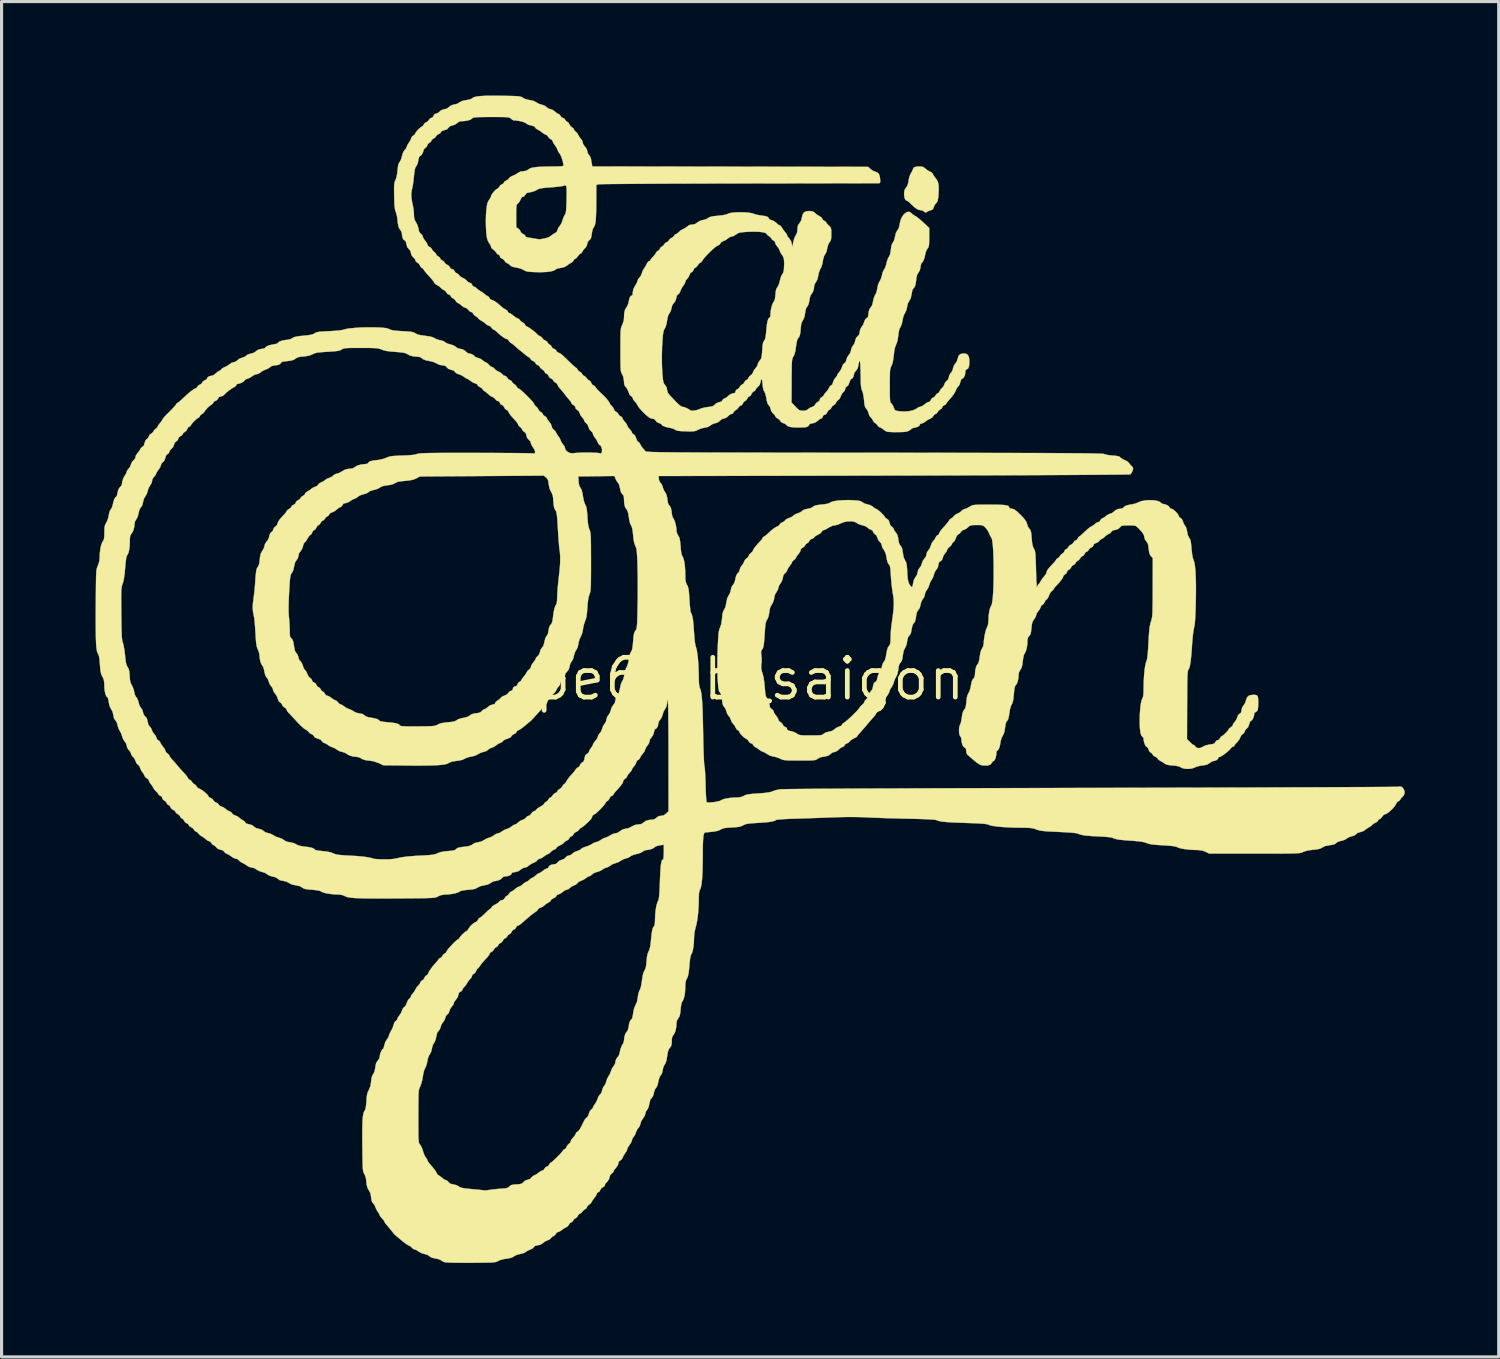
<source format=kicad_pcb>
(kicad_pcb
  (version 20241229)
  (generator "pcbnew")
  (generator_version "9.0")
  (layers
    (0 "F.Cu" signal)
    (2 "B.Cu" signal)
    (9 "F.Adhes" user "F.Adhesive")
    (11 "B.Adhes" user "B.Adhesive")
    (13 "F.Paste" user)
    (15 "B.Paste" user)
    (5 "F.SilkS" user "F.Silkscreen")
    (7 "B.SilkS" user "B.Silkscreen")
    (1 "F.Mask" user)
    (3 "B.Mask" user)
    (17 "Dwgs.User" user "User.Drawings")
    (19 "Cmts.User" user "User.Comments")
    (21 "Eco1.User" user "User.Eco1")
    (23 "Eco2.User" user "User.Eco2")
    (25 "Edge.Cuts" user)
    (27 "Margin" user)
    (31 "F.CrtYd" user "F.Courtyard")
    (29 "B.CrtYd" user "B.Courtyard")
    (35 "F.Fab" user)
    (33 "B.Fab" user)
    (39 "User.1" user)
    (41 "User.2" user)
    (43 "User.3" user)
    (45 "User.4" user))
  (footprint "pe6rgb_saigon"
    (layer "F.Cu")
    (at 20.881 18.621)
    (property "Reference" "pe6rgb_saigon" (at 0 0 0) (layer "F.SilkS") (effects (font (size 1.27 1.27) (thickness 0.15))))
    (attr through_hole)
    (fp_poly (pts (xy 5.493 -16.353) (xy 5.551 -16.334) (xy 5.596 -16.297) (xy 5.658 -16.246) (xy 5.736 -16.201) (xy 5.747 -16.197) (xy 5.807 -16.164) (xy 5.84 -16.132) (xy 5.842 -16.124) (xy 5.858 -16.087) (xy 5.897 -16.028) (xy 5.928 -15.991) (xy 5.98 -15.918) (xy 6.014 -15.838) (xy 6.031 -15.738) (xy 6.033 -15.609) (xy 6.024 -15.447) (xy 6.012 -15.336) (xy 5.998 -15.264) (xy 5.977 -15.218) (xy 5.951 -15.19) (xy 5.906 -15.134) (xy 5.874 -15.061) (xy 5.874 -15.059) (xy 5.846 -14.994) (xy 5.8 -14.966) (xy 5.79 -14.964) (xy 5.719 -14.942) (xy 5.678 -14.92) (xy 5.626 -14.89) (xy 5.592 -14.893) (xy 5.563 -14.922) (xy 5.514 -14.952) (xy 5.464 -14.962) (xy 5.396 -14.972) (xy 5.325 -15.007) (xy 5.241 -15.071) (xy 5.138 -15.169) (xy 5.111 -15.196) (xy 5.059 -15.241) (xy 5.018 -15.264) (xy 5.012 -15.265) (xy 4.971 -15.289) (xy 4.942 -15.355) (xy 4.928 -15.456) (xy 4.928 -15.489) (xy 4.935 -15.581) (xy 4.962 -15.646) (xy 4.99 -15.681) (xy 5.034 -15.748) (xy 5.061 -15.841) (xy 5.069 -15.902) (xy 5.097 -16.036) (xy 5.145 -16.141) (xy 5.147 -16.144) (xy 5.185 -16.207) (xy 5.206 -16.256) (xy 5.207 -16.265) (xy 5.228 -16.317) (xy 5.293 -16.347) (xy 5.403 -16.358) (xy 5.404 -16.358) (xy 5.493 -16.353)) (stroke (width 0.01) (type solid)) (fill yes) (layer "F.SilkS"))
    (fp_poly (pts (xy 1.992 -14.928) (xy 2.051 -14.9) (xy 2.085 -14.869) (xy 2.154 -14.812) (xy 2.229 -14.769) (xy 2.284 -14.736) (xy 2.311 -14.699) (xy 2.311 -14.695) (xy 2.332 -14.656) (xy 2.375 -14.626) (xy 2.422 -14.597) (xy 2.438 -14.574) (xy 2.456 -14.544) (xy 2.499 -14.497) (xy 2.521 -14.476) (xy 2.562 -14.435) (xy 2.587 -14.398) (xy 2.599 -14.348) (xy 2.603 -14.273) (xy 2.603 -14.2) (xy 2.601 -14.094) (xy 2.593 -14.024) (xy 2.576 -13.977) (xy 2.548 -13.94) (xy 2.503 -13.863) (xy 2.475 -13.749) (xy 2.474 -13.744) (xy 2.452 -13.644) (xy 2.419 -13.572) (xy 2.407 -13.558) (xy 2.37 -13.493) (xy 2.341 -13.384) (xy 2.334 -13.339) (xy 2.313 -13.234) (xy 2.283 -13.145) (xy 2.26 -13.101) (xy 2.229 -13.037) (xy 2.201 -12.946) (xy 2.188 -12.878) (xy 2.16 -12.752) (xy 2.115 -12.669) (xy 2.112 -12.666) (xy 2.073 -12.605) (xy 2.057 -12.546) (xy 2.047 -12.455) (xy 2.021 -12.367) (xy 1.985 -12.301) (xy 1.968 -12.284) (xy 1.941 -12.241) (xy 1.917 -12.16) (xy 1.905 -12.09) (xy 1.88 -11.969) (xy 1.845 -11.897) (xy 1.834 -11.887) (xy 1.801 -11.838) (xy 1.778 -11.751) (xy 1.769 -11.683) (xy 1.742 -11.541) (xy 1.696 -11.443) (xy 1.695 -11.443) (xy 1.663 -11.387) (xy 1.642 -11.314) (xy 1.628 -11.21) (xy 1.624 -11.157) (xy 1.614 -11.043) (xy 1.598 -10.966) (xy 1.575 -10.914) (xy 1.556 -10.891) (xy 1.526 -10.845) (xy 1.503 -10.776) (xy 1.485 -10.672) (xy 1.478 -10.613) (xy 1.455 -10.459) (xy 1.421 -10.347) (xy 1.397 -10.3) (xy 1.38 -10.27) (xy 1.367 -10.24) (xy 1.357 -10.201) (xy 1.349 -10.149) (xy 1.344 -10.076) (xy 1.341 -9.976) (xy 1.339 -9.843) (xy 1.337 -9.67) (xy 1.337 -9.517) (xy 1.333 -8.826) (xy 1.458 -8.693) (xy 1.526 -8.623) (xy 1.576 -8.583) (xy 1.624 -8.565) (xy 1.684 -8.56) (xy 1.7 -8.56) (xy 1.79 -8.568) (xy 1.847 -8.596) (xy 1.862 -8.611) (xy 1.919 -8.654) (xy 1.984 -8.678) (xy 2.056 -8.713) (xy 2.084 -8.754) (xy 2.125 -8.81) (xy 2.171 -8.839) (xy 2.223 -8.878) (xy 2.235 -8.915) (xy 2.258 -8.967) (xy 2.299 -8.996) (xy 2.345 -9.027) (xy 2.362 -9.055) (xy 2.379 -9.09) (xy 2.422 -9.139) (xy 2.429 -9.146) (xy 2.487 -9.215) (xy 2.531 -9.29) (xy 2.564 -9.345) (xy 2.598 -9.372) (xy 2.603 -9.373) (xy 2.633 -9.396) (xy 2.655 -9.457) (xy 2.656 -9.462) (xy 2.685 -9.541) (xy 2.732 -9.607) (xy 2.733 -9.608) (xy 2.775 -9.657) (xy 2.794 -9.697) (xy 2.794 -9.698) (xy 2.811 -9.737) (xy 2.851 -9.788) (xy 2.857 -9.793) (xy 2.904 -9.86) (xy 2.942 -9.944) (xy 2.947 -9.96) (xy 2.978 -10.036) (xy 3.017 -10.075) (xy 3.021 -10.076) (xy 3.061 -10.112) (xy 3.083 -10.183) (xy 3.11 -10.263) (xy 3.155 -10.33) (xy 3.159 -10.334) (xy 3.21 -10.412) (xy 3.234 -10.497) (xy 3.256 -10.579) (xy 3.294 -10.638) (xy 3.298 -10.641) (xy 3.335 -10.693) (xy 3.362 -10.77) (xy 3.365 -10.79) (xy 3.396 -10.886) (xy 3.444 -10.939) (xy 3.492 -10.991) (xy 3.505 -11.038) (xy 3.518 -11.12) (xy 3.549 -11.203) (xy 3.589 -11.261) (xy 3.591 -11.263) (xy 3.618 -11.303) (xy 3.646 -11.371) (xy 3.654 -11.397) (xy 3.688 -11.478) (xy 3.732 -11.518) (xy 3.734 -11.519) (xy 3.772 -11.548) (xy 3.784 -11.609) (xy 3.785 -11.621) (xy 3.797 -11.727) (xy 3.831 -11.819) (xy 3.877 -11.879) (xy 3.902 -11.919) (xy 3.924 -11.992) (xy 3.934 -12.046) (xy 3.955 -12.14) (xy 3.986 -12.225) (xy 4.005 -12.257) (xy 4.038 -12.326) (xy 4.064 -12.419) (xy 4.072 -12.471) (xy 4.096 -12.581) (xy 4.134 -12.671) (xy 4.144 -12.686) (xy 4.182 -12.758) (xy 4.213 -12.85) (xy 4.22 -12.887) (xy 4.242 -12.972) (xy 4.273 -13.044) (xy 4.288 -13.066) (xy 4.319 -13.12) (xy 4.349 -13.203) (xy 4.365 -13.27) (xy 4.389 -13.361) (xy 4.42 -13.438) (xy 4.442 -13.473) (xy 4.477 -13.54) (xy 4.499 -13.651) (xy 4.505 -13.701) (xy 4.521 -13.821) (xy 4.548 -13.899) (xy 4.57 -13.93) (xy 4.605 -13.991) (xy 4.632 -14.084) (xy 4.638 -14.121) (xy 4.668 -14.244) (xy 4.713 -14.316) (xy 4.755 -14.381) (xy 4.781 -14.479) (xy 4.788 -14.526) (xy 4.814 -14.644) (xy 4.861 -14.748) (xy 4.922 -14.831) (xy 4.991 -14.888) (xy 5.06 -14.913) (xy 5.124 -14.899) (xy 5.161 -14.865) (xy 5.21 -14.82) (xy 5.258 -14.791) (xy 5.308 -14.763) (xy 5.372 -14.716) (xy 5.456 -14.646) (xy 5.566 -14.547) (xy 5.609 -14.508) (xy 5.728 -14.397) (xy 5.728 -14.097) (xy 5.727 -13.966) (xy 5.723 -13.876) (xy 5.716 -13.817) (xy 5.702 -13.776) (xy 5.681 -13.746) (xy 5.674 -13.737) (xy 5.635 -13.671) (xy 5.606 -13.579) (xy 5.601 -13.551) (xy 5.581 -13.454) (xy 5.552 -13.369) (xy 5.52 -13.308) (xy 5.49 -13.284) (xy 5.489 -13.284) (xy 5.475 -13.261) (xy 5.46 -13.203) (xy 5.453 -13.153) (xy 5.426 -13.039) (xy 5.381 -12.963) (xy 5.342 -12.901) (xy 5.32 -12.81) (xy 5.315 -12.757) (xy 5.298 -12.622) (xy 5.27 -12.525) (xy 5.233 -12.47) (xy 5.22 -12.462) (xy 5.199 -12.431) (xy 5.18 -12.362) (xy 5.169 -12.294) (xy 5.141 -12.159) (xy 5.094 -12.07) (xy 5.049 -11.988) (xy 5.023 -11.88) (xy 5.023 -11.878) (xy 5.001 -11.781) (xy 4.964 -11.695) (xy 4.953 -11.678) (xy 4.909 -11.59) (xy 4.881 -11.471) (xy 4.878 -11.452) (xy 4.858 -11.349) (xy 4.827 -11.263) (xy 4.809 -11.233) (xy 4.776 -11.165) (xy 4.753 -11.063) (xy 4.741 -10.962) (xy 4.719 -10.808) (xy 4.684 -10.696) (xy 4.673 -10.673) (xy 4.64 -10.594) (xy 4.614 -10.475) (xy 4.597 -10.331) (xy 4.576 -10.171) (xy 4.55 -10.055) (xy 4.521 -9.99) (xy 4.504 -9.957) (xy 4.492 -9.92) (xy 4.482 -9.871) (xy 4.476 -9.803) (xy 4.473 -9.709) (xy 4.471 -9.58) (xy 4.47 -9.409) (xy 4.47 -9.365) (xy 4.471 -9.185) (xy 4.472 -9.049) (xy 4.475 -8.951) (xy 4.48 -8.884) (xy 4.487 -8.84) (xy 4.498 -8.815) (xy 4.512 -8.8) (xy 4.516 -8.797) (xy 4.553 -8.756) (xy 4.588 -8.688) (xy 4.596 -8.666) (xy 4.618 -8.606) (xy 4.646 -8.573) (xy 4.693 -8.556) (xy 4.769 -8.545) (xy 4.926 -8.536) (xy 5.074 -8.545) (xy 5.202 -8.57) (xy 5.296 -8.611) (xy 5.315 -8.624) (xy 5.377 -8.666) (xy 5.433 -8.686) (xy 5.441 -8.687) (xy 5.491 -8.703) (xy 5.555 -8.743) (xy 5.579 -8.763) (xy 5.642 -8.81) (xy 5.698 -8.837) (xy 5.713 -8.839) (xy 5.757 -8.862) (xy 5.776 -8.9) (xy 5.813 -8.956) (xy 5.851 -8.976) (xy 5.904 -9.008) (xy 5.926 -9.044) (xy 5.96 -9.093) (xy 5.993 -9.111) (xy 6.04 -9.144) (xy 6.061 -9.184) (xy 6.093 -9.243) (xy 6.134 -9.282) (xy 6.183 -9.334) (xy 6.21 -9.398) (xy 6.242 -9.468) (xy 6.289 -9.516) (xy 6.334 -9.562) (xy 6.35 -9.606) (xy 6.367 -9.682) (xy 6.41 -9.759) (xy 6.44 -9.792) (xy 6.465 -9.832) (xy 6.485 -9.899) (xy 6.489 -9.915) (xy 6.515 -9.995) (xy 6.557 -10.061) (xy 6.564 -10.068) (xy 6.606 -10.13) (xy 6.635 -10.211) (xy 6.638 -10.223) (xy 6.666 -10.316) (xy 6.722 -10.368) (xy 6.813 -10.388) (xy 6.836 -10.389) (xy 6.918 -10.375) (xy 6.972 -10.329) (xy 7.002 -10.247) (xy 7.01 -10.127) (xy 7.002 -10.001) (xy 6.976 -9.918) (xy 6.934 -9.882) (xy 6.921 -9.881) (xy 6.891 -9.858) (xy 6.883 -9.806) (xy 6.871 -9.709) (xy 6.839 -9.631) (xy 6.794 -9.587) (xy 6.784 -9.584) (xy 6.744 -9.549) (xy 6.721 -9.473) (xy 6.699 -9.401) (xy 6.666 -9.348) (xy 6.659 -9.342) (xy 6.619 -9.296) (xy 6.585 -9.228) (xy 6.584 -9.225) (xy 6.537 -9.127) (xy 6.458 -9.015) (xy 6.356 -8.9) (xy 6.308 -8.843) (xy 6.278 -8.799) (xy 6.274 -8.787) (xy 6.253 -8.76) (xy 6.21 -8.738) (xy 6.163 -8.706) (xy 6.147 -8.674) (xy 6.126 -8.635) (xy 6.086 -8.607) (xy 6.028 -8.562) (xy 5.998 -8.519) (xy 5.963 -8.473) (xy 5.931 -8.458) (xy 5.892 -8.437) (xy 5.863 -8.396) (xy 5.819 -8.342) (xy 5.76 -8.308) (xy 5.689 -8.273) (xy 5.616 -8.223) (xy 5.61 -8.218) (xy 5.548 -8.176) (xy 5.493 -8.154) (xy 5.484 -8.153) (xy 5.444 -8.143) (xy 5.436 -8.13) (xy 5.413 -8.083) (xy 5.359 -8.045) (xy 5.29 -8.027) (xy 5.281 -8.026) (xy 5.206 -8.008) (xy 5.154 -7.973) (xy 5.089 -7.927) (xy 5.021 -7.897) (xy 4.961 -7.888) (xy 4.866 -7.881) (xy 4.75 -7.878) (xy 4.628 -7.877) (xy 4.514 -7.88) (xy 4.424 -7.886) (xy 4.381 -7.892) (xy 4.327 -7.918) (xy 4.268 -7.962) (xy 4.267 -7.963) (xy 4.208 -8.006) (xy 4.154 -8.03) (xy 4.153 -8.03) (xy 4.103 -8.059) (xy 4.078 -8.095) (xy 4.041 -8.143) (xy 4.008 -8.162) (xy 3.967 -8.193) (xy 3.936 -8.245) (xy 3.9 -8.309) (xy 3.861 -8.349) (xy 3.824 -8.396) (xy 3.797 -8.467) (xy 3.795 -8.478) (xy 3.768 -8.556) (xy 3.726 -8.62) (xy 3.721 -8.625) (xy 3.693 -8.66) (xy 3.673 -8.71) (xy 3.659 -8.787) (xy 3.649 -8.899) (xy 3.634 -9.03) (xy 3.611 -9.138) (xy 3.587 -9.203) (xy 3.571 -9.242) (xy 3.558 -9.293) (xy 3.55 -9.365) (xy 3.544 -9.465) (xy 3.541 -9.603) (xy 3.54 -9.714) (xy 3.537 -9.871) (xy 3.532 -10) (xy 3.526 -10.093) (xy 3.517 -10.145) (xy 3.512 -10.154) (xy 3.495 -10.136) (xy 3.479 -10.081) (xy 3.472 -10.031) (xy 3.449 -9.927) (xy 3.406 -9.856) (xy 3.392 -9.841) (xy 3.347 -9.785) (xy 3.327 -9.731) (xy 3.327 -9.728) (xy 3.315 -9.659) (xy 3.285 -9.602) (xy 3.246 -9.576) (xy 3.243 -9.576) (xy 3.218 -9.554) (xy 3.191 -9.497) (xy 3.181 -9.463) (xy 3.145 -9.375) (xy 3.099 -9.335) (xy 3.056 -9.297) (xy 3.048 -9.258) (xy 3.028 -9.197) (xy 2.991 -9.158) (xy 2.946 -9.107) (xy 2.91 -9.035) (xy 2.906 -9.023) (xy 2.876 -8.955) (xy 2.836 -8.909) (xy 2.828 -8.905) (xy 2.782 -8.865) (xy 2.749 -8.809) (xy 2.718 -8.758) (xy 2.681 -8.738) (xy 2.643 -8.716) (xy 2.615 -8.672) (xy 2.581 -8.618) (xy 2.545 -8.594) (xy 2.504 -8.563) (xy 2.471 -8.507) (xy 2.432 -8.447) (xy 2.392 -8.433) (xy 2.346 -8.412) (xy 2.332 -8.376) (xy 2.305 -8.325) (xy 2.273 -8.311) (xy 2.222 -8.286) (xy 2.169 -8.239) (xy 2.088 -8.181) (xy 2.01 -8.161) (xy 1.946 -8.148) (xy 1.908 -8.132) (xy 1.905 -8.126) (xy 1.889 -8.094) (xy 1.865 -8.066) (xy 1.834 -8.047) (xy 1.782 -8.035) (xy 1.697 -8.029) (xy 1.573 -8.026) (xy 1.559 -8.026) (xy 1.406 -8.03) (xy 1.296 -8.042) (xy 1.221 -8.065) (xy 1.175 -8.099) (xy 1.162 -8.117) (xy 1.125 -8.145) (xy 1.068 -8.166) (xy 1.006 -8.195) (xy 0.977 -8.233) (xy 0.942 -8.28) (xy 0.897 -8.308) (xy 0.844 -8.343) (xy 0.82 -8.381) (xy 0.79 -8.432) (xy 0.748 -8.47) (xy 0.695 -8.531) (xy 0.671 -8.604) (xy 0.647 -8.678) (xy 0.611 -8.734) (xy 0.605 -8.739) (xy 0.571 -8.789) (xy 0.544 -8.88) (xy 0.532 -8.953) (xy 0.512 -9.052) (xy 0.487 -9.133) (xy 0.464 -9.176) (xy 0.433 -9.239) (xy 0.414 -9.349) (xy 0.411 -9.4) (xy 0.401 -9.502) (xy 0.389 -9.559) (xy 0.373 -9.57) (xy 0.357 -9.532) (xy 0.346 -9.475) (xy 0.313 -9.379) (xy 0.269 -9.334) (xy 0.219 -9.286) (xy 0.195 -9.243) (xy 0.162 -9.194) (xy 0.13 -9.178) (xy 0.086 -9.146) (xy 0.054 -9.091) (xy 0.024 -9.039) (xy -0.012 -9.017) (xy -0.012 -9.017) (xy -0.05 -8.996) (xy -0.077 -8.951) (xy -0.112 -8.897) (xy -0.151 -8.872) (xy -0.194 -8.84) (xy -0.214 -8.799) (xy -0.251 -8.743) (xy -0.29 -8.723) (xy -0.342 -8.693) (xy -0.363 -8.66) (xy -0.395 -8.614) (xy -0.439 -8.587) (xy -0.491 -8.55) (xy -0.515 -8.511) (xy -0.548 -8.467) (xy -0.58 -8.458) (xy -0.636 -8.439) (xy -0.665 -8.411) (xy -0.73 -8.351) (xy -0.811 -8.312) (xy -0.855 -8.306) (xy -0.901 -8.287) (xy -0.951 -8.242) (xy -0.952 -8.241) (xy -1.027 -8.184) (xy -1.101 -8.162) (xy -1.181 -8.137) (xy -1.248 -8.096) (xy -1.255 -8.09) (xy -1.333 -8.043) (xy -1.438 -8.02) (xy -1.536 -7.999) (xy -1.63 -7.964) (xy -1.659 -7.95) (xy -1.705 -7.926) (xy -1.752 -7.911) (xy -1.813 -7.903) (xy -1.9 -7.901) (xy -2.025 -7.903) (xy -2.042 -7.904) (xy -2.178 -7.909) (xy -2.273 -7.918) (xy -2.334 -7.931) (xy -2.372 -7.949) (xy -2.379 -7.954) (xy -2.431 -7.983) (xy -2.511 -8.007) (xy -2.553 -8.015) (xy -2.653 -8.035) (xy -2.739 -8.065) (xy -2.798 -8.097) (xy -2.819 -8.127) (xy -2.841 -8.147) (xy -2.894 -8.166) (xy -2.897 -8.166) (xy -2.97 -8.202) (xy -3.003 -8.245) (xy -3.045 -8.294) (xy -3.102 -8.306) (xy -3.163 -8.319) (xy -3.235 -8.363) (xy -3.326 -8.44) (xy -3.396 -8.509) (xy -3.476 -8.593) (xy -3.529 -8.655) (xy -3.566 -8.708) (xy -3.589 -8.75) (xy -3.633 -8.819) (xy -3.681 -8.871) (xy -3.721 -8.921) (xy -3.734 -8.963) (xy -3.755 -9.008) (xy -3.783 -9.024) (xy -3.826 -9.06) (xy -3.862 -9.14) (xy -3.864 -9.147) (xy -3.897 -9.23) (xy -3.941 -9.3) (xy -3.955 -9.314) (xy -3.993 -9.365) (xy -4.01 -9.432) (xy -4.013 -9.497) (xy -4.034 -9.64) (xy -4.07 -9.72) (xy -4.087 -9.751) (xy -4.101 -9.782) (xy -4.111 -9.821) (xy -4.118 -9.874) (xy -4.123 -9.947) (xy -4.125 -10.047) (xy -4.127 -10.18) (xy -4.127 -10.326) (xy -2.805 -10.326) (xy -2.804 -10.066) (xy -2.795 -9.825) (xy -2.784 -9.677) (xy -2.771 -9.559) (xy -2.757 -9.48) (xy -2.738 -9.427) (xy -2.712 -9.39) (xy -2.701 -9.38) (xy -2.65 -9.3) (xy -2.642 -9.238) (xy -2.619 -9.142) (xy -2.572 -9.076) (xy -2.473 -8.97) (xy -2.4 -8.893) (xy -2.346 -8.837) (xy -2.302 -8.793) (xy -2.263 -8.757) (xy -2.206 -8.712) (xy -2.159 -8.688) (xy -2.151 -8.687) (xy -2.098 -8.676) (xy -2.029 -8.651) (xy -1.963 -8.619) (xy -1.921 -8.59) (xy -1.918 -8.586) (xy -1.878 -8.565) (xy -1.806 -8.562) (xy -1.717 -8.575) (xy -1.624 -8.603) (xy -1.6 -8.614) (xy -1.509 -8.646) (xy -1.398 -8.671) (xy -1.326 -8.68) (xy -1.216 -8.696) (xy -1.151 -8.722) (xy -1.136 -8.737) (xy -1.069 -8.797) (xy -0.983 -8.834) (xy -0.943 -8.839) (xy -0.895 -8.861) (xy -0.876 -8.89) (xy -0.841 -8.935) (xy -0.798 -8.956) (xy -0.737 -8.986) (xy -0.704 -9.016) (xy -0.636 -9.077) (xy -0.548 -9.114) (xy -0.51 -9.119) (xy -0.466 -9.135) (xy -0.457 -9.172) (xy -0.435 -9.223) (xy -0.405 -9.239) (xy -0.358 -9.27) (xy -0.316 -9.325) (xy -0.279 -9.376) (xy -0.241 -9.398) (xy -0.24 -9.398) (xy -0.204 -9.419) (xy -0.177 -9.464) (xy -0.142 -9.518) (xy -0.103 -9.543) (xy -0.059 -9.575) (xy -0.041 -9.61) (xy -0.008 -9.663) (xy 0.029 -9.69) (xy 0.077 -9.732) (xy 0.106 -9.79) (xy 0.139 -9.861) (xy 0.19 -9.925) (xy 0.234 -9.981) (xy 0.254 -10.036) (xy 0.254 -10.039) (xy 0.271 -10.094) (xy 0.312 -10.154) (xy 0.318 -10.161) (xy 0.348 -10.197) (xy 0.368 -10.238) (xy 0.382 -10.296) (xy 0.391 -10.384) (xy 0.399 -10.49) (xy 0.408 -10.619) (xy 0.421 -10.707) (xy 0.437 -10.763) (xy 0.46 -10.798) (xy 0.461 -10.798) (xy 0.483 -10.832) (xy 0.501 -10.889) (xy 0.515 -10.976) (xy 0.527 -11.104) (xy 0.53 -11.134) (xy 0.547 -11.301) (xy 0.568 -11.422) (xy 0.593 -11.497) (xy 0.624 -11.53) (xy 0.636 -11.532) (xy 0.652 -11.554) (xy 0.66 -11.608) (xy 0.66 -11.617) (xy 0.668 -11.729) (xy 0.688 -11.844) (xy 0.717 -11.945) (xy 0.751 -12.015) (xy 0.759 -12.026) (xy 0.79 -12.079) (xy 0.81 -12.166) (xy 0.819 -12.263) (xy 0.831 -12.379) (xy 0.852 -12.456) (xy 0.882 -12.504) (xy 0.915 -12.56) (xy 0.945 -12.644) (xy 0.962 -12.711) (xy 0.986 -12.802) (xy 1.016 -12.879) (xy 1.039 -12.914) (xy 1.073 -12.975) (xy 1.091 -13.072) (xy 1.094 -13.119) (xy 1.099 -13.262) (xy 1.095 -13.365) (xy 1.082 -13.439) (xy 1.057 -13.495) (xy 1.033 -13.53) (xy 0.986 -13.6) (xy 0.956 -13.671) (xy 0.955 -13.674) (xy 0.924 -13.743) (xy 0.875 -13.808) (xy 0.832 -13.866) (xy 0.813 -13.92) (xy 0.813 -13.923) (xy 0.791 -13.972) (xy 0.763 -13.988) (xy 0.714 -14.021) (xy 0.697 -14.05) (xy 0.663 -14.099) (xy 0.621 -14.128) (xy 0.569 -14.164) (xy 0.546 -14.198) (xy 0.511 -14.23) (xy 0.431 -14.255) (xy 0.314 -14.271) (xy 0.166 -14.277) (xy -0.007 -14.274) (xy -0.072 -14.271) (xy -0.2 -14.262) (xy -0.288 -14.251) (xy -0.349 -14.238) (xy -0.393 -14.218) (xy -0.432 -14.189) (xy -0.435 -14.188) (xy -0.5 -14.145) (xy -0.562 -14.123) (xy -0.572 -14.122) (xy -0.631 -14.106) (xy -0.695 -14.064) (xy -0.703 -14.057) (xy -0.769 -14.009) (xy -0.835 -13.98) (xy -0.841 -13.978) (xy -0.904 -13.945) (xy -0.936 -13.904) (xy -0.969 -13.858) (xy -0.999 -13.843) (xy -1.041 -13.825) (xy -1.107 -13.777) (xy -1.189 -13.707) (xy -1.277 -13.623) (xy -1.365 -13.535) (xy -1.442 -13.449) (xy -1.5 -13.375) (xy -1.521 -13.341) (xy -1.555 -13.297) (xy -1.582 -13.284) (xy -1.614 -13.264) (xy -1.652 -13.215) (xy -1.656 -13.208) (xy -1.694 -13.156) (xy -1.73 -13.132) (xy -1.733 -13.132) (xy -1.765 -13.11) (xy -1.794 -13.059) (xy -1.796 -13.056) (xy -1.826 -13.003) (xy -1.861 -12.979) (xy -1.863 -12.979) (xy -1.895 -12.957) (xy -1.917 -12.906) (xy -1.947 -12.836) (xy -1.995 -12.775) (xy -2.038 -12.722) (xy -2.057 -12.674) (xy -2.057 -12.672) (xy -2.073 -12.625) (xy -2.112 -12.564) (xy -2.123 -12.55) (xy -2.174 -12.472) (xy -2.212 -12.387) (xy -2.214 -12.38) (xy -2.243 -12.314) (xy -2.281 -12.277) (xy -2.285 -12.276) (xy -2.322 -12.244) (xy -2.343 -12.168) (xy -2.345 -12.158) (xy -2.378 -12.054) (xy -2.421 -12.002) (xy -2.475 -11.926) (xy -2.496 -11.84) (xy -2.518 -11.757) (xy -2.553 -11.686) (xy -2.563 -11.673) (xy -2.601 -11.609) (xy -2.629 -11.506) (xy -2.639 -11.437) (xy -2.661 -11.318) (xy -2.692 -11.222) (xy -2.713 -11.185) (xy -2.739 -11.136) (xy -2.758 -11.068) (xy -2.773 -10.969) (xy -2.785 -10.833) (xy -2.799 -10.588) (xy -2.805 -10.326) (xy -4.127 -10.326) (xy -4.127 -10.352) (xy -4.128 -10.503) (xy -4.127 -10.708) (xy -4.127 -10.869) (xy -4.125 -10.992) (xy -4.121 -11.084) (xy -4.116 -11.152) (xy -4.108 -11.201) (xy -4.097 -11.239) (xy -4.082 -11.273) (xy -4.07 -11.296) (xy -4.021 -11.439) (xy -4.013 -11.527) (xy -4.006 -11.673) (xy -3.982 -11.779) (xy -3.94 -11.853) (xy -3.933 -11.86) (xy -3.901 -11.916) (xy -3.872 -12) (xy -3.86 -12.057) (xy -3.835 -12.163) (xy -3.8 -12.223) (xy -3.753 -12.242) (xy -3.741 -12.265) (xy -3.734 -12.321) (xy -3.734 -12.341) (xy -3.712 -12.45) (xy -3.658 -12.55) (xy -3.615 -12.622) (xy -3.587 -12.684) (xy -3.582 -12.708) (xy -3.564 -12.756) (xy -3.521 -12.809) (xy -3.521 -12.809) (xy -3.474 -12.874) (xy -3.443 -12.953) (xy -3.442 -12.954) (xy -3.416 -13.03) (xy -3.379 -13.092) (xy -3.378 -13.094) (xy -3.338 -13.151) (xy -3.298 -13.227) (xy -3.293 -13.24) (xy -3.259 -13.3) (xy -3.224 -13.333) (xy -3.214 -13.335) (xy -3.18 -13.349) (xy -3.175 -13.361) (xy -3.158 -13.393) (xy -3.116 -13.445) (xy -3.086 -13.476) (xy -3.034 -13.535) (xy -3.002 -13.583) (xy -2.997 -13.598) (xy -2.976 -13.632) (xy -2.934 -13.661) (xy -2.887 -13.695) (xy -2.87 -13.729) (xy -2.849 -13.768) (xy -2.812 -13.794) (xy -2.756 -13.837) (xy -2.729 -13.876) (xy -2.689 -13.923) (xy -2.651 -13.94) (xy -2.601 -13.966) (xy -2.583 -13.997) (xy -2.551 -14.042) (xy -2.506 -14.07) (xy -2.446 -14.108) (xy -2.414 -14.147) (xy -2.38 -14.188) (xy -2.355 -14.199) (xy -2.319 -14.216) (xy -2.268 -14.258) (xy -2.255 -14.272) (xy -2.193 -14.324) (xy -2.131 -14.358) (xy -2.122 -14.361) (xy -2.06 -14.39) (xy -1.997 -14.439) (xy -1.996 -14.44) (xy -1.922 -14.49) (xy -1.834 -14.503) (xy -1.745 -14.518) (xy -1.677 -14.566) (xy -1.592 -14.622) (xy -1.501 -14.645) (xy -1.417 -14.666) (xy -1.347 -14.699) (xy -1.33 -14.712) (xy -1.29 -14.737) (xy -1.229 -14.756) (xy -1.137 -14.772) (xy -1.015 -14.784) (xy -0.863 -14.802) (xy -0.752 -14.825) (xy -0.69 -14.849) (xy -0.63 -14.87) (xy -0.532 -14.885) (xy -0.41 -14.894) (xy -0.275 -14.896) (xy -0.141 -14.892) (xy -0.02 -14.881) (xy 0.074 -14.863) (xy 0.108 -14.852) (xy 0.187 -14.826) (xy 0.29 -14.804) (xy 0.362 -14.793) (xy 0.487 -14.775) (xy 0.566 -14.751) (xy 0.604 -14.719) (xy 0.61 -14.696) (xy 0.632 -14.669) (xy 0.686 -14.647) (xy 0.694 -14.646) (xy 0.768 -14.616) (xy 0.84 -14.565) (xy 0.851 -14.554) (xy 0.904 -14.506) (xy 0.948 -14.48) (xy 0.957 -14.478) (xy 0.99 -14.458) (xy 1.026 -14.408) (xy 1.028 -14.403) (xy 1.074 -14.33) (xy 1.13 -14.26) (xy 1.13 -14.26) (xy 1.172 -14.206) (xy 1.193 -14.162) (xy 1.194 -14.158) (xy 1.211 -14.119) (xy 1.253 -14.069) (xy 1.259 -14.064) (xy 1.319 -13.974) (xy 1.34 -13.891) (xy 1.356 -13.78) (xy 1.389 -13.94) (xy 1.414 -14.036) (xy 1.447 -14.121) (xy 1.473 -14.166) (xy 1.512 -14.247) (xy 1.524 -14.356) (xy 1.531 -14.445) (xy 1.555 -14.506) (xy 1.587 -14.543) (xy 1.642 -14.631) (xy 1.666 -14.733) (xy 1.692 -14.836) (xy 1.741 -14.899) (xy 1.822 -14.929) (xy 1.906 -14.935) (xy 1.992 -14.928)) (stroke (width 0.01) (type solid)) (fill yes) (layer "F.SilkS"))
    (fp_poly (pts (xy 3.287 -5.705) (xy 3.411 -5.696) (xy 3.495 -5.685) (xy 3.55 -5.669) (xy 3.588 -5.645) (xy 3.592 -5.641) (xy 3.651 -5.605) (xy 3.732 -5.578) (xy 3.758 -5.572) (xy 3.847 -5.547) (xy 3.919 -5.506) (xy 3.929 -5.497) (xy 3.989 -5.45) (xy 4.044 -5.422) (xy 4.088 -5.397) (xy 4.148 -5.348) (xy 4.214 -5.288) (xy 4.271 -5.228) (xy 4.31 -5.18) (xy 4.318 -5.16) (xy 4.338 -5.135) (xy 4.381 -5.11) (xy 4.432 -5.069) (xy 4.458 -4.994) (xy 4.46 -4.984) (xy 4.488 -4.9) (xy 4.53 -4.863) (xy 4.577 -4.823) (xy 4.593 -4.788) (xy 4.616 -4.735) (xy 4.661 -4.675) (xy 4.665 -4.671) (xy 4.708 -4.606) (xy 4.734 -4.518) (xy 4.742 -4.455) (xy 4.761 -4.347) (xy 4.792 -4.277) (xy 4.813 -4.253) (xy 4.848 -4.205) (xy 4.871 -4.133) (xy 4.886 -4.029) (xy 4.912 -3.884) (xy 4.956 -3.786) (xy 4.958 -3.783) (xy 4.983 -3.742) (xy 5 -3.691) (xy 5.013 -3.619) (xy 5.022 -3.515) (xy 5.028 -3.41) (xy 5.037 -3.266) (xy 5.049 -3.163) (xy 5.066 -3.088) (xy 5.089 -3.033) (xy 5.094 -3.024) (xy 5.141 -2.954) (xy 5.175 -2.932) (xy 5.198 -2.96) (xy 5.212 -3.037) (xy 5.212 -3.045) (xy 5.242 -3.169) (xy 5.292 -3.251) (xy 5.341 -3.33) (xy 5.359 -3.407) (xy 5.382 -3.491) (xy 5.419 -3.538) (xy 5.464 -3.601) (xy 5.495 -3.682) (xy 5.497 -3.691) (xy 5.526 -3.772) (xy 5.573 -3.838) (xy 5.577 -3.841) (xy 5.628 -3.914) (xy 5.639 -3.968) (xy 5.66 -4.046) (xy 5.701 -4.103) (xy 5.749 -4.173) (xy 5.78 -4.255) (xy 5.781 -4.258) (xy 5.809 -4.335) (xy 5.853 -4.397) (xy 5.856 -4.4) (xy 5.904 -4.457) (xy 5.929 -4.51) (xy 5.96 -4.562) (xy 5.994 -4.585) (xy 6.036 -4.616) (xy 6.045 -4.645) (xy 6.062 -4.683) (xy 6.106 -4.746) (xy 6.169 -4.822) (xy 6.198 -4.853) (xy 6.268 -4.932) (xy 6.325 -5.001) (xy 6.359 -5.049) (xy 6.364 -5.06) (xy 6.398 -5.103) (xy 6.425 -5.118) (xy 6.474 -5.15) (xy 6.512 -5.193) (xy 6.563 -5.242) (xy 6.634 -5.281) (xy 6.641 -5.283) (xy 6.708 -5.315) (xy 6.753 -5.354) (xy 6.756 -5.359) (xy 6.798 -5.398) (xy 6.861 -5.423) (xy 6.934 -5.45) (xy 7.015 -5.492) (xy 7.029 -5.502) (xy 7.061 -5.522) (xy 7.093 -5.537) (xy 7.132 -5.548) (xy 7.187 -5.555) (xy 7.265 -5.56) (xy 7.373 -5.562) (xy 7.518 -5.563) (xy 7.651 -5.563) (xy 7.849 -5.562) (xy 8.002 -5.558) (xy 8.116 -5.552) (xy 8.195 -5.541) (xy 8.245 -5.526) (xy 8.271 -5.505) (xy 8.28 -5.477) (xy 8.28 -5.473) (xy 8.303 -5.444) (xy 8.357 -5.436) (xy 8.44 -5.413) (xy 8.526 -5.35) (xy 8.649 -5.232) (xy 8.738 -5.139) (xy 8.798 -5.064) (xy 8.834 -5.001) (xy 8.853 -4.942) (xy 8.854 -4.939) (xy 8.882 -4.86) (xy 8.925 -4.793) (xy 8.927 -4.791) (xy 8.955 -4.756) (xy 8.974 -4.709) (xy 8.986 -4.639) (xy 8.996 -4.533) (xy 8.999 -4.491) (xy 9.012 -4.354) (xy 9.03 -4.255) (xy 9.056 -4.182) (xy 9.07 -4.155) (xy 9.087 -4.122) (xy 9.101 -4.086) (xy 9.111 -4.039) (xy 9.119 -3.974) (xy 9.125 -3.884) (xy 9.13 -3.762) (xy 9.135 -3.602) (xy 9.138 -3.46) (xy 9.144 -3.255) (xy 9.15 -3.101) (xy 9.157 -2.996) (xy 9.164 -2.94) (xy 9.172 -2.933) (xy 9.174 -2.94) (xy 9.195 -2.996) (xy 9.215 -3.022) (xy 9.217 -3.023) (xy 9.24 -3.043) (xy 9.274 -3.095) (xy 9.286 -3.118) (xy 9.336 -3.199) (xy 9.396 -3.273) (xy 9.404 -3.282) (xy 9.45 -3.339) (xy 9.474 -3.394) (xy 9.474 -3.402) (xy 9.482 -3.438) (xy 9.509 -3.486) (xy 9.561 -3.551) (xy 9.642 -3.64) (xy 9.696 -3.697) (xy 9.746 -3.753) (xy 9.775 -3.796) (xy 9.779 -3.807) (xy 9.8 -3.834) (xy 9.826 -3.847) (xy 9.872 -3.88) (xy 9.901 -3.923) (xy 9.94 -3.975) (xy 9.978 -3.999) (xy 10.022 -4.034) (xy 10.044 -4.078) (xy 10.069 -4.125) (xy 10.098 -4.14) (xy 10.135 -4.161) (xy 10.165 -4.204) (xy 10.206 -4.257) (xy 10.25 -4.282) (xy 10.303 -4.315) (xy 10.334 -4.358) (xy 10.368 -4.404) (xy 10.401 -4.42) (xy 10.44 -4.44) (xy 10.469 -4.483) (xy 10.497 -4.53) (xy 10.519 -4.547) (xy 10.545 -4.563) (xy 10.597 -4.608) (xy 10.666 -4.672) (xy 10.691 -4.697) (xy 10.769 -4.769) (xy 10.84 -4.827) (xy 10.892 -4.862) (xy 10.902 -4.866) (xy 10.961 -4.898) (xy 11.016 -4.944) (xy 11.07 -4.986) (xy 11.121 -5.004) (xy 11.167 -5.025) (xy 11.183 -5.054) (xy 11.216 -5.101) (xy 11.261 -5.129) (xy 11.33 -5.167) (xy 11.379 -5.207) (xy 11.444 -5.251) (xy 11.508 -5.275) (xy 11.574 -5.3) (xy 11.617 -5.336) (xy 11.677 -5.388) (xy 11.767 -5.424) (xy 11.852 -5.436) (xy 11.905 -5.449) (xy 11.928 -5.471) (xy 11.969 -5.512) (xy 12.054 -5.546) (xy 12.177 -5.57) (xy 12.195 -5.572) (xy 12.29 -5.592) (xy 12.379 -5.625) (xy 12.399 -5.635) (xy 12.494 -5.673) (xy 12.614 -5.697) (xy 12.746 -5.707) (xy 12.877 -5.704) (xy 12.993 -5.687) (xy 13.08 -5.657) (xy 13.11 -5.635) (xy 13.152 -5.6) (xy 13.176 -5.588) (xy 13.249 -5.576) (xy 13.322 -5.547) (xy 13.377 -5.511) (xy 13.393 -5.486) (xy 13.424 -5.445) (xy 13.454 -5.436) (xy 13.5 -5.417) (xy 13.56 -5.372) (xy 13.622 -5.312) (xy 13.67 -5.253) (xy 13.691 -5.208) (xy 13.691 -5.206) (xy 13.711 -5.167) (xy 13.747 -5.143) (xy 13.795 -5.098) (xy 13.825 -5.029) (xy 13.854 -4.952) (xy 13.895 -4.889) (xy 13.897 -4.887) (xy 13.933 -4.821) (xy 13.958 -4.722) (xy 13.961 -4.697) (xy 13.984 -4.588) (xy 14.022 -4.511) (xy 14.028 -4.503) (xy 14.052 -4.467) (xy 14.07 -4.415) (xy 14.084 -4.338) (xy 14.096 -4.224) (xy 14.101 -4.16) (xy 14.117 -4.009) (xy 14.136 -3.891) (xy 14.158 -3.813) (xy 14.164 -3.801) (xy 14.19 -3.726) (xy 14.211 -3.603) (xy 14.227 -3.436) (xy 14.237 -3.228) (xy 14.243 -2.981) (xy 14.242 -2.699) (xy 14.238 -2.451) (xy 14.231 -2.213) (xy 14.224 -2.021) (xy 14.214 -1.869) (xy 14.203 -1.753) (xy 14.189 -1.668) (xy 14.182 -1.638) (xy 14.166 -1.556) (xy 14.149 -1.437) (xy 14.134 -1.297) (xy 14.122 -1.149) (xy 14.12 -1.118) (xy 14.103 -0.869) (xy 14.085 -0.669) (xy 14.066 -0.514) (xy 14.046 -0.402) (xy 14.023 -0.33) (xy 14.006 -0.302) (xy 13.996 -0.287) (xy 13.988 -0.261) (xy 13.981 -0.22) (xy 13.975 -0.161) (xy 13.971 -0.077) (xy 13.968 0.035) (xy 13.965 0.18) (xy 13.964 0.363) (xy 13.962 0.587) (xy 13.961 0.831) (xy 13.957 1.92) (xy 14.049 2.014) (xy 14.106 2.068) (xy 14.152 2.102) (xy 14.169 2.108) (xy 14.202 2.128) (xy 14.224 2.159) (xy 14.271 2.199) (xy 14.343 2.209) (xy 14.422 2.189) (xy 14.47 2.16) (xy 14.539 2.126) (xy 14.639 2.1) (xy 14.685 2.093) (xy 14.774 2.08) (xy 14.825 2.062) (xy 14.852 2.034) (xy 14.86 2.016) (xy 14.899 1.967) (xy 14.935 1.956) (xy 14.987 1.932) (xy 15.011 1.892) (xy 15.039 1.845) (xy 15.065 1.829) (xy 15.098 1.811) (xy 15.15 1.767) (xy 15.208 1.71) (xy 15.258 1.654) (xy 15.288 1.61) (xy 15.291 1.6) (xy 15.311 1.571) (xy 15.354 1.545) (xy 15.401 1.509) (xy 15.418 1.474) (xy 15.435 1.428) (xy 15.478 1.375) (xy 15.481 1.372) (xy 15.531 1.304) (xy 15.56 1.226) (xy 15.594 1.145) (xy 15.637 1.112) (xy 15.681 1.077) (xy 15.697 1.017) (xy 15.697 0.998) (xy 15.721 0.902) (xy 15.761 0.849) (xy 15.809 0.776) (xy 15.839 0.688) (xy 15.84 0.684) (xy 15.874 0.588) (xy 15.939 0.53) (xy 16.039 0.508) (xy 16.056 0.508) (xy 16.135 0.51) (xy 16.186 0.523) (xy 16.214 0.556) (xy 16.227 0.618) (xy 16.231 0.718) (xy 16.231 0.763) (xy 16.228 0.883) (xy 16.219 0.962) (xy 16.203 1.01) (xy 16.191 1.027) (xy 16.149 1.059) (xy 16.127 1.067) (xy 16.108 1.088) (xy 16.104 1.114) (xy 16.092 1.192) (xy 16.062 1.267) (xy 16.024 1.321) (xy 16.003 1.333) (xy 15.964 1.371) (xy 15.942 1.445) (xy 15.907 1.541) (xy 15.862 1.585) (xy 15.816 1.631) (xy 15.799 1.678) (xy 15.777 1.727) (xy 15.738 1.756) (xy 15.684 1.805) (xy 15.663 1.855) (xy 15.636 1.916) (xy 15.586 1.987) (xy 15.559 2.017) (xy 15.507 2.073) (xy 15.474 2.118) (xy 15.469 2.133) (xy 15.448 2.156) (xy 15.431 2.159) (xy 15.389 2.179) (xy 15.361 2.211) (xy 15.322 2.257) (xy 15.257 2.316) (xy 15.181 2.379) (xy 15.104 2.435) (xy 15.039 2.475) (xy 15.001 2.489) (xy 14.966 2.501) (xy 14.961 2.513) (xy 14.939 2.558) (xy 14.888 2.597) (xy 14.827 2.616) (xy 14.821 2.616) (xy 14.763 2.632) (xy 14.696 2.672) (xy 14.683 2.682) (xy 14.615 2.726) (xy 14.53 2.751) (xy 14.446 2.762) (xy 14.348 2.778) (xy 14.258 2.803) (xy 14.212 2.823) (xy 14.126 2.856) (xy 14.018 2.871) (xy 13.907 2.868) (xy 13.811 2.847) (xy 13.764 2.823) (xy 13.703 2.793) (xy 13.608 2.773) (xy 13.505 2.763) (xy 13.389 2.752) (xy 13.309 2.735) (xy 13.253 2.707) (xy 13.238 2.696) (xy 13.168 2.648) (xy 13.101 2.614) (xy 13.046 2.578) (xy 13.017 2.539) (xy 12.983 2.498) (xy 12.946 2.484) (xy 12.893 2.456) (xy 12.865 2.419) (xy 12.828 2.368) (xy 12.794 2.347) (xy 12.757 2.314) (xy 12.734 2.259) (xy 12.709 2.201) (xy 12.672 2.171) (xy 12.635 2.137) (xy 12.602 2.068) (xy 12.579 1.982) (xy 12.573 1.914) (xy 12.558 1.864) (xy 12.536 1.846) (xy 12.498 1.804) (xy 12.471 1.713) (xy 12.454 1.573) (xy 12.447 1.384) (xy 12.447 1.346) (xy 12.451 1.144) (xy 12.463 0.963) (xy 12.481 0.811) (xy 12.505 0.694) (xy 12.533 0.621) (xy 12.535 0.619) (xy 12.553 0.576) (xy 12.565 0.506) (xy 12.571 0.403) (xy 12.573 0.261) (xy 12.577 0.063) (xy 12.588 -0.124) (xy 12.604 -0.292) (xy 12.625 -0.432) (xy 12.65 -0.535) (xy 12.664 -0.571) (xy 12.68 -0.621) (xy 12.694 -0.705) (xy 12.707 -0.828) (xy 12.719 -0.994) (xy 12.727 -1.156) (xy 12.738 -1.348) (xy 12.748 -1.498) (xy 12.76 -1.615) (xy 12.775 -1.707) (xy 12.793 -1.785) (xy 12.807 -1.829) (xy 12.821 -1.874) (xy 12.832 -1.919) (xy 12.842 -1.97) (xy 12.849 -2.032) (xy 12.854 -2.11) (xy 12.858 -2.212) (xy 12.86 -2.342) (xy 12.862 -2.506) (xy 12.863 -2.71) (xy 12.863 -2.925) (xy 12.865 -3.857) (xy 12.807 -3.918) (xy 12.772 -3.97) (xy 12.749 -4.043) (xy 12.735 -4.151) (xy 12.734 -4.155) (xy 12.722 -4.26) (xy 12.702 -4.329) (xy 12.67 -4.377) (xy 12.659 -4.389) (xy 12.612 -4.459) (xy 12.598 -4.519) (xy 12.582 -4.59) (xy 12.532 -4.674) (xy 12.443 -4.775) (xy 12.399 -4.82) (xy 12.356 -4.859) (xy 12.318 -4.884) (xy 12.27 -4.896) (xy 12.198 -4.901) (xy 12.09 -4.902) (xy 11.982 -4.901) (xy 11.912 -4.896) (xy 11.869 -4.885) (xy 11.84 -4.863) (xy 11.819 -4.837) (xy 11.755 -4.783) (xy 11.665 -4.758) (xy 11.583 -4.737) (xy 11.545 -4.7) (xy 11.543 -4.696) (xy 11.509 -4.653) (xy 11.469 -4.634) (xy 11.413 -4.606) (xy 11.351 -4.556) (xy 11.339 -4.545) (xy 11.286 -4.497) (xy 11.243 -4.472) (xy 11.235 -4.47) (xy 11.199 -4.451) (xy 11.163 -4.41) (xy 11.109 -4.36) (xy 11.048 -4.334) (xy 10.99 -4.31) (xy 10.973 -4.268) (xy 10.95 -4.22) (xy 10.912 -4.202) (xy 10.856 -4.168) (xy 10.824 -4.126) (xy 10.79 -4.079) (xy 10.757 -4.064) (xy 10.72 -4.043) (xy 10.692 -3.998) (xy 10.658 -3.945) (xy 10.62 -3.92) (xy 10.573 -3.888) (xy 10.546 -3.848) (xy 10.506 -3.796) (xy 10.469 -3.773) (xy 10.422 -3.737) (xy 10.406 -3.706) (xy 10.372 -3.658) (xy 10.338 -3.64) (xy 10.287 -3.606) (xy 10.259 -3.563) (xy 10.224 -3.51) (xy 10.187 -3.487) (xy 10.144 -3.455) (xy 10.13 -3.42) (xy 10.102 -3.367) (xy 10.067 -3.341) (xy 10.02 -3.299) (xy 9.999 -3.251) (xy 9.975 -3.202) (xy 9.924 -3.131) (xy 9.857 -3.054) (xy 9.844 -3.04) (xy 9.778 -2.969) (xy 9.728 -2.911) (xy 9.704 -2.875) (xy 9.703 -2.871) (xy 9.684 -2.84) (xy 9.643 -2.807) (xy 9.598 -2.758) (xy 9.559 -2.685) (xy 9.553 -2.665) (xy 9.525 -2.598) (xy 9.494 -2.554) (xy 9.485 -2.548) (xy 9.45 -2.517) (xy 9.415 -2.458) (xy 9.411 -2.448) (xy 9.378 -2.392) (xy 9.343 -2.363) (xy 9.338 -2.362) (xy 9.306 -2.34) (xy 9.284 -2.289) (xy 9.254 -2.219) (xy 9.206 -2.158) (xy 9.163 -2.101) (xy 9.144 -2.043) (xy 9.144 -2.042) (xy 9.128 -1.987) (xy 9.089 -1.92) (xy 9.077 -1.905) (xy 9.04 -1.853) (xy 9.016 -1.793) (xy 9.001 -1.71) (xy 8.991 -1.619) (xy 8.979 -1.509) (xy 8.963 -1.437) (xy 8.941 -1.392) (xy 8.919 -1.369) (xy 8.883 -1.325) (xy 8.866 -1.259) (xy 8.864 -1.202) (xy 8.856 -1.078) (xy 8.835 -0.96) (xy 8.804 -0.864) (xy 8.773 -0.81) (xy 8.75 -0.762) (xy 8.73 -0.676) (xy 8.714 -0.564) (xy 8.714 -0.56) (xy 8.698 -0.441) (xy 8.678 -0.361) (xy 8.65 -0.308) (xy 8.639 -0.295) (xy 8.595 -0.217) (xy 8.584 -0.151) (xy 8.575 -0.033) (xy 8.554 0.074) (xy 8.524 0.155) (xy 8.495 0.195) (xy 8.472 0.222) (xy 8.456 0.273) (xy 8.442 0.356) (xy 8.431 0.481) (xy 8.43 0.487) (xy 8.416 0.625) (xy 8.399 0.722) (xy 8.377 0.786) (xy 8.362 0.811) (xy 8.33 0.88) (xy 8.302 0.99) (xy 8.287 1.091) (xy 8.267 1.214) (xy 8.245 1.293) (xy 8.218 1.335) (xy 8.214 1.339) (xy 8.185 1.38) (xy 8.163 1.459) (xy 8.15 1.555) (xy 8.126 1.696) (xy 8.088 1.793) (xy 8.075 1.812) (xy 8.036 1.889) (xy 8.008 1.992) (xy 8.003 2.029) (xy 7.982 2.142) (xy 7.953 2.228) (xy 7.919 2.278) (xy 7.899 2.286) (xy 7.881 2.308) (xy 7.874 2.356) (xy 7.866 2.438) (xy 7.847 2.519) (xy 7.821 2.583) (xy 7.794 2.615) (xy 7.788 2.616) (xy 7.754 2.637) (xy 7.727 2.679) (xy 7.677 2.736) (xy 7.592 2.764) (xy 7.467 2.764) (xy 7.454 2.762) (xy 7.407 2.755) (xy 7.364 2.742) (xy 7.317 2.718) (xy 7.259 2.679) (xy 7.184 2.62) (xy 7.085 2.537) (xy 6.955 2.424) (xy 6.947 2.418) (xy 6.921 2.371) (xy 6.909 2.301) (xy 6.909 2.295) (xy 6.901 2.228) (xy 6.872 2.197) (xy 6.858 2.192) (xy 6.817 2.158) (xy 6.783 2.087) (xy 6.761 1.994) (xy 6.757 1.927) (xy 6.743 1.865) (xy 6.718 1.829) (xy 6.695 1.783) (xy 6.682 1.706) (xy 6.681 1.615) (xy 6.69 1.529) (xy 6.711 1.465) (xy 6.715 1.46) (xy 6.736 1.409) (xy 6.755 1.326) (xy 6.767 1.246) (xy 6.787 1.117) (xy 6.817 1.025) (xy 6.861 0.959) (xy 6.871 0.949) (xy 6.887 0.91) (xy 6.903 0.836) (xy 6.915 0.74) (xy 6.916 0.722) (xy 6.931 0.594) (xy 6.955 0.506) (xy 6.983 0.454) (xy 7.018 0.383) (xy 7.048 0.28) (xy 7.06 0.211) (xy 7.082 0.097) (xy 7.111 0.026) (xy 7.136 -0.004) (xy 7.178 -0.066) (xy 7.189 -0.144) (xy 7.197 -0.258) (xy 7.219 -0.361) (xy 7.25 -0.44) (xy 7.277 -0.473) (xy 7.305 -0.52) (xy 7.328 -0.618) (xy 7.339 -0.699) (xy 7.363 -0.843) (xy 7.398 -0.942) (xy 7.414 -0.967) (xy 7.452 -1.041) (xy 7.468 -1.117) (xy 7.468 -1.118) (xy 7.474 -1.227) (xy 7.491 -1.35) (xy 7.515 -1.471) (xy 7.543 -1.574) (xy 7.572 -1.641) (xy 7.607 -1.734) (xy 7.62 -1.862) (xy 7.62 -1.873) (xy 7.626 -2.01) (xy 7.643 -2.139) (xy 7.668 -2.248) (xy 7.699 -2.323) (xy 7.71 -2.338) (xy 7.729 -2.385) (xy 7.745 -2.475) (xy 7.759 -2.602) (xy 7.77 -2.759) (xy 7.778 -2.939) (xy 7.784 -3.136) (xy 7.786 -3.342) (xy 7.786 -3.55) (xy 7.784 -3.755) (xy 7.778 -3.948) (xy 7.77 -4.124) (xy 7.758 -4.275) (xy 7.744 -4.395) (xy 7.728 -4.476) (xy 7.712 -4.509) (xy 7.68 -4.557) (xy 7.649 -4.628) (xy 7.644 -4.642) (xy 7.606 -4.72) (xy 7.548 -4.801) (xy 7.526 -4.826) (xy 7.48 -4.87) (xy 7.44 -4.896) (xy 7.391 -4.909) (xy 7.319 -4.913) (xy 7.236 -4.913) (xy 7.132 -4.911) (xy 7.065 -4.903) (xy 7.021 -4.887) (xy 6.985 -4.859) (xy 6.969 -4.842) (xy 6.905 -4.791) (xy 6.836 -4.759) (xy 6.831 -4.758) (xy 6.771 -4.731) (xy 6.742 -4.695) (xy 6.708 -4.648) (xy 6.667 -4.622) (xy 6.613 -4.577) (xy 6.579 -4.497) (xy 6.55 -4.426) (xy 6.512 -4.376) (xy 6.502 -4.368) (xy 6.462 -4.332) (xy 6.452 -4.305) (xy 6.433 -4.267) (xy 6.386 -4.221) (xy 6.375 -4.212) (xy 6.325 -4.165) (xy 6.3 -4.121) (xy 6.299 -4.114) (xy 6.282 -4.069) (xy 6.24 -4.017) (xy 6.238 -4.015) (xy 6.19 -3.949) (xy 6.161 -3.87) (xy 6.161 -3.87) (xy 6.138 -3.806) (xy 6.105 -3.768) (xy 6.101 -3.766) (xy 6.046 -3.73) (xy 6.023 -3.666) (xy 6.02 -3.625) (xy 6.001 -3.553) (xy 5.96 -3.493) (xy 5.913 -3.426) (xy 5.883 -3.345) (xy 5.881 -3.338) (xy 5.853 -3.25) (xy 5.808 -3.167) (xy 5.805 -3.164) (xy 5.761 -3.087) (xy 5.732 -3.006) (xy 5.731 -3.001) (xy 5.703 -2.923) (xy 5.656 -2.846) (xy 5.652 -2.84) (xy 5.606 -2.765) (xy 5.588 -2.69) (xy 5.588 -2.689) (xy 5.566 -2.607) (xy 5.528 -2.554) (xy 5.477 -2.47) (xy 5.452 -2.371) (xy 5.425 -2.266) (xy 5.382 -2.204) (xy 5.348 -2.158) (xy 5.323 -2.083) (xy 5.308 -1.989) (xy 5.289 -1.878) (xy 5.262 -1.808) (xy 5.237 -1.78) (xy 5.2 -1.725) (xy 5.175 -1.63) (xy 5.169 -1.591) (xy 5.149 -1.482) (xy 5.115 -1.41) (xy 5.094 -1.387) (xy 5.051 -1.325) (xy 5.028 -1.232) (xy 5.024 -1.199) (xy 5.003 -1.09) (xy 4.966 -1.003) (xy 4.958 -0.991) (xy 4.915 -0.9) (xy 4.888 -0.763) (xy 4.886 -0.747) (xy 4.871 -0.638) (xy 4.847 -0.567) (xy 4.813 -0.522) (xy 4.777 -0.473) (xy 4.755 -0.4) (xy 4.743 -0.307) (xy 4.72 -0.172) (xy 4.679 -0.079) (xy 4.676 -0.074) (xy 4.636 -0.002) (xy 4.604 0.086) (xy 4.6 0.102) (xy 4.573 0.184) (xy 4.535 0.252) (xy 4.526 0.263) (xy 4.483 0.329) (xy 4.46 0.395) (xy 4.431 0.467) (xy 4.385 0.54) (xy 4.381 0.545) (xy 4.339 0.601) (xy 4.319 0.647) (xy 4.318 0.653) (xy 4.301 0.694) (xy 4.261 0.746) (xy 4.257 0.749) (xy 4.206 0.817) (xy 4.167 0.898) (xy 4.166 0.901) (xy 4.133 0.968) (xy 4.093 1.014) (xy 4.087 1.017) (xy 4.048 1.056) (xy 4.039 1.086) (xy 4.022 1.132) (xy 3.98 1.187) (xy 3.975 1.193) (xy 3.931 1.24) (xy 3.866 1.314) (xy 3.789 1.404) (xy 3.742 1.46) (xy 3.662 1.555) (xy 3.586 1.642) (xy 3.525 1.711) (xy 3.501 1.737) (xy 3.455 1.788) (xy 3.431 1.826) (xy 3.429 1.832) (xy 3.408 1.854) (xy 3.354 1.884) (xy 3.329 1.895) (xy 3.255 1.935) (xy 3.197 1.985) (xy 3.189 1.996) (xy 3.143 2.041) (xy 3.1 2.057) (xy 3.054 2.079) (xy 3.035 2.108) (xy 3 2.153) (xy 2.957 2.175) (xy 2.896 2.204) (xy 2.863 2.234) (xy 2.802 2.291) (xy 2.723 2.329) (xy 2.678 2.337) (xy 2.631 2.354) (xy 2.579 2.397) (xy 2.578 2.398) (xy 2.522 2.44) (xy 2.44 2.467) (xy 2.372 2.477) (xy 2.246 2.504) (xy 2.164 2.549) (xy 2.163 2.549) (xy 2.141 2.568) (xy 2.114 2.581) (xy 2.076 2.591) (xy 2.019 2.597) (xy 1.936 2.601) (xy 1.819 2.603) (xy 1.662 2.603) (xy 1.592 2.603) (xy 1.416 2.603) (xy 1.284 2.602) (xy 1.186 2.598) (xy 1.115 2.592) (xy 1.064 2.583) (xy 1.023 2.57) (xy 0.986 2.552) (xy 0.978 2.548) (xy 0.886 2.509) (xy 0.782 2.481) (xy 0.756 2.477) (xy 0.659 2.452) (xy 0.578 2.412) (xy 0.565 2.403) (xy 0.496 2.357) (xy 0.426 2.328) (xy 0.425 2.327) (xy 0.352 2.295) (xy 0.303 2.259) (xy 0.239 2.21) (xy 0.187 2.183) (xy 0.134 2.147) (xy 0.109 2.108) (xy 0.077 2.066) (xy 0.047 2.057) (xy 0.001 2.036) (xy -0.03 1.994) (xy -0.067 1.942) (xy -0.103 1.917) (xy -0.153 1.889) (xy -0.215 1.838) (xy -0.274 1.779) (xy -0.317 1.725) (xy -0.33 1.693) (xy -0.351 1.654) (xy -0.379 1.639) (xy -0.421 1.606) (xy -0.454 1.546) (xy -0.455 1.544) (xy -0.489 1.478) (xy -0.531 1.431) (xy -0.571 1.383) (xy -0.598 1.314) (xy -0.598 1.314) (xy -0.629 1.239) (xy -0.673 1.179) (xy -0.715 1.119) (xy -0.745 1.04) (xy -0.747 1.03) (xy -0.773 0.954) (xy -0.811 0.897) (xy -0.817 0.891) (xy -0.848 0.853) (xy -0.867 0.793) (xy -0.88 0.697) (xy -0.882 0.672) (xy -0.896 0.558) (xy -0.918 0.483) (xy -0.948 0.437) (xy -0.969 0.409) (xy -0.985 0.371) (xy -0.997 0.314) (xy -1.007 0.23) (xy -1.016 0.11) (xy -1.024 -0.005) (xy -1.031 -0.195) (xy -1.034 -0.422) (xy -1.032 -0.669) (xy -1.027 -0.821) (xy 0.362 -0.821) (xy 0.367 -0.782) (xy 0.381 -0.657) (xy 0.38 -0.546) (xy 0.367 -0.441) (xy 0.365 -0.342) (xy 0.39 -0.228) (xy 0.404 -0.187) (xy 0.439 -0.057) (xy 0.465 0.115) (xy 0.479 0.261) (xy 0.489 0.392) (xy 0.5 0.483) (xy 0.513 0.545) (xy 0.531 0.587) (xy 0.557 0.62) (xy 0.558 0.622) (xy 0.61 0.712) (xy 0.629 0.809) (xy 0.642 0.891) (xy 0.665 0.937) (xy 0.701 0.962) (xy 0.747 0.999) (xy 0.762 1.036) (xy 0.778 1.083) (xy 0.819 1.145) (xy 0.838 1.168) (xy 0.885 1.231) (xy 0.912 1.286) (xy 0.914 1.301) (xy 0.935 1.345) (xy 0.979 1.376) (xy 1.032 1.418) (xy 1.057 1.463) (xy 1.091 1.514) (xy 1.126 1.529) (xy 1.176 1.558) (xy 1.189 1.593) (xy 1.205 1.63) (xy 1.248 1.653) (xy 1.308 1.665) (xy 1.401 1.691) (xy 1.487 1.732) (xy 1.502 1.743) (xy 1.538 1.767) (xy 1.574 1.783) (xy 1.622 1.794) (xy 1.689 1.8) (xy 1.787 1.803) (xy 1.925 1.803) (xy 1.948 1.803) (xy 2.093 1.803) (xy 2.195 1.8) (xy 2.264 1.795) (xy 2.308 1.786) (xy 2.336 1.771) (xy 2.355 1.753) (xy 2.417 1.713) (xy 2.513 1.687) (xy 2.524 1.686) (xy 2.632 1.658) (xy 2.701 1.609) (xy 2.761 1.562) (xy 2.839 1.526) (xy 2.85 1.523) (xy 2.915 1.496) (xy 2.946 1.464) (xy 2.946 1.459) (xy 2.968 1.422) (xy 3.008 1.398) (xy 3.047 1.372) (xy 3.11 1.32) (xy 3.188 1.25) (xy 3.273 1.171) (xy 3.355 1.089) (xy 3.427 1.015) (xy 3.479 0.955) (xy 3.504 0.919) (xy 3.505 0.915) (xy 3.524 0.885) (xy 3.57 0.843) (xy 3.581 0.834) (xy 3.632 0.786) (xy 3.657 0.741) (xy 3.658 0.735) (xy 3.677 0.691) (xy 3.72 0.651) (xy 3.775 0.588) (xy 3.799 0.52) (xy 3.823 0.451) (xy 3.858 0.401) (xy 3.862 0.398) (xy 3.903 0.348) (xy 3.921 0.304) (xy 3.937 0.227) (xy 3.948 0.174) (xy 3.975 0.12) (xy 4.01 0.095) (xy 4.045 0.068) (xy 4.069 0.001) (xy 4.075 -0.033) (xy 4.097 -0.121) (xy 4.133 -0.199) (xy 4.145 -0.217) (xy 4.183 -0.284) (xy 4.214 -0.373) (xy 4.22 -0.402) (xy 4.242 -0.48) (xy 4.273 -0.539) (xy 4.286 -0.553) (xy 4.317 -0.6) (xy 4.343 -0.692) (xy 4.359 -0.79) (xy 4.383 -0.919) (xy 4.412 -1.006) (xy 4.442 -1.051) (xy 4.469 -1.087) (xy 4.486 -1.134) (xy 4.494 -1.203) (xy 4.497 -1.31) (xy 4.497 -1.322) (xy 4.501 -1.452) (xy 4.51 -1.591) (xy 4.523 -1.71) (xy 4.524 -1.714) (xy 4.555 -1.93) (xy 4.577 -2.105) (xy 4.592 -2.248) (xy 4.599 -2.368) (xy 4.598 -2.473) (xy 4.591 -2.574) (xy 4.576 -2.678) (xy 4.563 -2.756) (xy 4.545 -2.878) (xy 4.527 -3.029) (xy 4.512 -3.188) (xy 4.505 -3.301) (xy 4.496 -3.438) (xy 4.487 -3.533) (xy 4.476 -3.595) (xy 4.46 -3.633) (xy 4.44 -3.657) (xy 4.404 -3.711) (xy 4.377 -3.812) (xy 4.367 -3.87) (xy 4.342 -3.997) (xy 4.304 -4.086) (xy 4.28 -4.12) (xy 4.238 -4.186) (xy 4.217 -4.251) (xy 4.216 -4.259) (xy 4.195 -4.327) (xy 4.154 -4.373) (xy 4.104 -4.433) (xy 4.076 -4.504) (xy 4.045 -4.578) (xy 4.005 -4.611) (xy 3.958 -4.652) (xy 3.942 -4.69) (xy 3.911 -4.742) (xy 3.869 -4.761) (xy 3.801 -4.794) (xy 3.761 -4.83) (xy 3.707 -4.868) (xy 3.622 -4.899) (xy 3.595 -4.905) (xy 3.509 -4.929) (xy 3.437 -4.963) (xy 3.416 -4.979) (xy 3.345 -5.016) (xy 3.242 -5.032) (xy 3.124 -5.028) (xy 3.004 -5.005) (xy 2.906 -4.966) (xy 2.821 -4.929) (xy 2.74 -4.906) (xy 2.708 -4.902) (xy 2.637 -4.887) (xy 2.551 -4.848) (xy 2.515 -4.826) (xy 2.442 -4.783) (xy 2.382 -4.755) (xy 2.358 -4.75) (xy 2.316 -4.729) (xy 2.298 -4.698) (xy 2.265 -4.656) (xy 2.203 -4.615) (xy 2.182 -4.606) (xy 2.112 -4.57) (xy 2.063 -4.529) (xy 2.056 -4.518) (xy 2.013 -4.479) (xy 1.98 -4.47) (xy 1.93 -4.448) (xy 1.906 -4.409) (xy 1.87 -4.356) (xy 1.833 -4.332) (xy 1.786 -4.296) (xy 1.77 -4.267) (xy 1.738 -4.221) (xy 1.692 -4.192) (xy 1.639 -4.154) (xy 1.626 -4.116) (xy 1.61 -4.067) (xy 1.569 -4.003) (xy 1.549 -3.979) (xy 1.503 -3.921) (xy 1.476 -3.876) (xy 1.473 -3.864) (xy 1.454 -3.832) (xy 1.41 -3.795) (xy 1.364 -3.755) (xy 1.346 -3.719) (xy 1.33 -3.679) (xy 1.291 -3.626) (xy 1.284 -3.618) (xy 1.231 -3.545) (xy 1.193 -3.466) (xy 1.162 -3.404) (xy 1.123 -3.368) (xy 1.119 -3.366) (xy 1.084 -3.333) (xy 1.061 -3.257) (xy 1.058 -3.235) (xy 1.029 -3.131) (xy 0.979 -3.044) (xy 0.978 -3.044) (xy 0.936 -2.98) (xy 0.915 -2.92) (xy 0.914 -2.911) (xy 0.9 -2.855) (xy 0.863 -2.786) (xy 0.851 -2.769) (xy 0.81 -2.701) (xy 0.789 -2.64) (xy 0.787 -2.628) (xy 0.773 -2.536) (xy 0.737 -2.436) (xy 0.691 -2.355) (xy 0.686 -2.349) (xy 0.656 -2.29) (xy 0.633 -2.194) (xy 0.625 -2.134) (xy 0.6 -1.994) (xy 0.557 -1.898) (xy 0.555 -1.895) (xy 0.532 -1.856) (xy 0.514 -1.806) (xy 0.501 -1.735) (xy 0.49 -1.633) (xy 0.48 -1.49) (xy 0.48 -1.489) (xy 0.468 -1.317) (xy 0.458 -1.188) (xy 0.448 -1.095) (xy 0.436 -1.03) (xy 0.423 -0.986) (xy 0.406 -0.955) (xy 0.392 -0.938) (xy 0.365 -0.89) (xy 0.362 -0.821) (xy -1.027 -0.821) (xy -1.024 -0.922) (xy -1.023 -0.963) (xy -1.014 -1.154) (xy -1.006 -1.301) (xy -0.998 -1.413) (xy -0.989 -1.495) (xy -0.978 -1.555) (xy -0.964 -1.602) (xy -0.947 -1.638) (xy -0.909 -1.751) (xy -0.886 -1.904) (xy -0.883 -1.938) (xy -0.872 -2.058) (xy -0.852 -2.142) (xy -0.822 -2.203) (xy -0.816 -2.211) (xy -0.773 -2.301) (xy -0.747 -2.428) (xy -0.745 -2.441) (xy -0.72 -2.572) (xy -0.675 -2.661) (xy -0.673 -2.663) (xy -0.634 -2.732) (xy -0.607 -2.82) (xy -0.602 -2.845) (xy -0.579 -2.936) (xy -0.54 -2.997) (xy -0.537 -3) (xy -0.5 -3.051) (xy -0.473 -3.125) (xy -0.47 -3.139) (xy -0.443 -3.257) (xy -0.41 -3.342) (xy -0.373 -3.385) (xy -0.369 -3.387) (xy -0.343 -3.418) (xy -0.322 -3.478) (xy -0.32 -3.487) (xy -0.295 -3.561) (xy -0.256 -3.618) (xy -0.254 -3.619) (xy -0.212 -3.675) (xy -0.178 -3.747) (xy -0.177 -3.748) (xy -0.145 -3.81) (xy -0.104 -3.847) (xy -0.1 -3.849) (xy -0.056 -3.884) (xy -0.036 -3.925) (xy -0.003 -3.984) (xy 0.041 -4.025) (xy 0.085 -4.064) (xy 0.102 -4.097) (xy 0.118 -4.136) (xy 0.162 -4.2) (xy 0.226 -4.278) (xy 0.3 -4.36) (xy 0.337 -4.397) (xy 0.382 -4.448) (xy 0.405 -4.487) (xy 0.406 -4.492) (xy 0.426 -4.524) (xy 0.464 -4.55) (xy 0.522 -4.589) (xy 0.584 -4.643) (xy 0.586 -4.646) (xy 0.686 -4.739) (xy 0.78 -4.812) (xy 0.856 -4.858) (xy 0.882 -4.868) (xy 0.933 -4.898) (xy 0.953 -4.928) (xy 0.986 -4.969) (xy 1.043 -5) (xy 1.101 -5.031) (xy 1.133 -5.066) (xy 1.165 -5.097) (xy 1.228 -5.127) (xy 1.254 -5.136) (xy 1.327 -5.165) (xy 1.382 -5.201) (xy 1.392 -5.212) (xy 1.436 -5.246) (xy 1.507 -5.278) (xy 1.529 -5.285) (xy 1.605 -5.314) (xy 1.665 -5.354) (xy 1.675 -5.364) (xy 1.742 -5.407) (xy 1.843 -5.429) (xy 1.934 -5.448) (xy 2.001 -5.479) (xy 2.013 -5.489) (xy 2.043 -5.514) (xy 2.086 -5.532) (xy 2.15 -5.548) (xy 2.245 -5.561) (xy 2.374 -5.575) (xy 2.463 -5.589) (xy 2.537 -5.612) (xy 2.569 -5.63) (xy 2.624 -5.656) (xy 2.72 -5.679) (xy 2.847 -5.696) (xy 2.993 -5.706) (xy 3.151 -5.709) (xy 3.287 -5.705)) (stroke (width 0.01) (type solid)) (fill yes) (layer "F.SilkS"))
    (fp_poly (pts (xy -7.955 -18.614) (xy -7.946 -18.614) (xy -7.751 -18.611) (xy -7.6 -18.608) (xy -7.486 -18.604) (xy -7.403 -18.599) (xy -7.345 -18.592) (xy -7.304 -18.582) (xy -7.274 -18.57) (xy -7.249 -18.553) (xy -7.245 -18.551) (xy -7.169 -18.512) (xy -7.066 -18.484) (xy -7.026 -18.478) (xy -6.903 -18.451) (xy -6.816 -18.406) (xy -6.812 -18.403) (xy -6.74 -18.361) (xy -6.654 -18.333) (xy -6.644 -18.331) (xy -6.549 -18.299) (xy -6.484 -18.251) (xy -6.425 -18.206) (xy -6.364 -18.186) (xy -6.361 -18.186) (xy -6.303 -18.169) (xy -6.236 -18.125) (xy -6.219 -18.11) (xy -6.162 -18.063) (xy -6.115 -18.036) (xy -6.104 -18.034) (xy -6.069 -18.013) (xy -6.041 -17.971) (xy -6.003 -17.923) (xy -5.964 -17.907) (xy -5.92 -17.886) (xy -5.888 -17.843) (xy -5.855 -17.797) (xy -5.823 -17.78) (xy -5.79 -17.759) (xy -5.759 -17.707) (xy -5.759 -17.706) (xy -5.72 -17.643) (xy -5.672 -17.605) (xy -5.627 -17.571) (xy -5.613 -17.54) (xy -5.593 -17.5) (xy -5.56 -17.474) (xy -5.514 -17.431) (xy -5.475 -17.367) (xy -5.474 -17.365) (xy -5.434 -17.293) (xy -5.387 -17.236) (xy -5.347 -17.18) (xy -5.334 -17.129) (xy -5.316 -17.067) (xy -5.287 -17.025) (xy -5.221 -16.943) (xy -5.185 -16.854) (xy -5.182 -16.82) (xy -5.164 -16.767) (xy -5.131 -16.726) (xy -5.093 -16.67) (xy -5.067 -16.595) (xy -5.066 -16.589) (xy -5.052 -16.505) (xy -5.039 -16.429) (xy -5.038 -16.428) (xy -5.025 -16.358) (xy -0.622 -16.352) (xy 3.781 -16.345) (xy 3.853 -16.278) (xy 3.917 -16.23) (xy 3.981 -16.199) (xy 3.988 -16.197) (xy 4.073 -16.166) (xy 4.125 -16.114) (xy 4.152 -16.031) (xy 4.16 -15.968) (xy 4.165 -15.886) (xy 4.16 -15.843) (xy 4.143 -15.826) (xy 4.124 -15.824) (xy 4.094 -15.823) (xy 4.016 -15.823) (xy 3.892 -15.823) (xy 3.725 -15.823) (xy 3.518 -15.822) (xy 3.273 -15.822) (xy 2.993 -15.821) (xy 2.681 -15.821) (xy 2.338 -15.82) (xy 1.969 -15.82) (xy 1.575 -15.819) (xy 1.158 -15.818) (xy 0.723 -15.818) (xy 0.27 -15.817) (xy -0.197 -15.816) (xy -0.343 -15.816) (xy -0.814 -15.815) (xy -1.272 -15.814) (xy -1.713 -15.813) (xy -2.137 -15.811) (xy -2.539 -15.81) (xy -2.918 -15.808) (xy -3.27 -15.806) (xy -3.594 -15.804) (xy -3.886 -15.802) (xy -4.143 -15.8) (xy -4.364 -15.798) (xy -4.545 -15.796) (xy -4.684 -15.794) (xy -4.779 -15.791) (xy -4.826 -15.789) (xy -4.83 -15.789) (xy -4.897 -15.768) (xy -4.899 -15.206) (xy -4.901 -14.987) (xy -4.906 -14.813) (xy -4.913 -14.677) (xy -4.924 -14.575) (xy -4.939 -14.5) (xy -4.96 -14.446) (xy -4.986 -14.408) (xy -4.987 -14.406) (xy -5.01 -14.359) (xy -5.031 -14.28) (xy -5.043 -14.203) (xy -5.058 -14.108) (xy -5.078 -14.048) (xy -5.11 -14.012) (xy -5.122 -14.003) (xy -5.166 -13.958) (xy -5.182 -13.915) (xy -5.198 -13.839) (xy -5.238 -13.768) (xy -5.276 -13.733) (xy -5.311 -13.694) (xy -5.336 -13.648) (xy -5.369 -13.596) (xy -5.404 -13.572) (xy -5.447 -13.544) (xy -5.49 -13.489) (xy -5.492 -13.486) (xy -5.531 -13.435) (xy -5.568 -13.411) (xy -5.571 -13.411) (xy -5.606 -13.39) (xy -5.621 -13.361) (xy -5.653 -13.314) (xy -5.696 -13.286) (xy -5.759 -13.252) (xy -5.824 -13.202) (xy -5.827 -13.2) (xy -5.913 -13.148) (xy -6.031 -13.12) (xy -6.114 -13.105) (xy -6.177 -13.083) (xy -6.198 -13.068) (xy -6.254 -13.033) (xy -6.354 -13.007) (xy -6.492 -12.99) (xy -6.662 -12.983) (xy -6.828 -12.985) (xy -6.964 -12.991) (xy -7.06 -12.999) (xy -7.127 -13.011) (xy -7.174 -13.027) (xy -7.213 -13.051) (xy -7.214 -13.052) (xy -7.29 -13.09) (xy -7.396 -13.12) (xy -7.446 -13.128) (xy -7.559 -13.152) (xy -7.629 -13.185) (xy -7.645 -13.201) (xy -7.7 -13.249) (xy -7.744 -13.27) (xy -7.798 -13.307) (xy -7.828 -13.349) (xy -7.869 -13.397) (xy -7.909 -13.416) (xy -7.958 -13.446) (xy -7.971 -13.481) (xy -7.992 -13.526) (xy -8.017 -13.538) (xy -8.054 -13.558) (xy -8.094 -13.608) (xy -8.097 -13.613) (xy -8.144 -13.674) (xy -8.197 -13.714) (xy -8.198 -13.714) (xy -8.242 -13.752) (xy -8.255 -13.788) (xy -8.271 -13.841) (xy -8.306 -13.894) (xy -8.348 -13.96) (xy -8.379 -14.04) (xy -8.38 -14.044) (xy -8.399 -14.152) (xy -8.413 -14.298) (xy -8.421 -14.466) (xy -8.423 -14.643) (xy -8.419 -14.78) (xy -7.455 -14.78) (xy -7.455 -14.423) (xy -7.385 -14.372) (xy -7.337 -14.326) (xy -7.315 -14.281) (xy -7.315 -14.278) (xy -7.293 -14.239) (xy -7.239 -14.206) (xy -7.186 -14.176) (xy -7.163 -14.14) (xy -7.163 -14.139) (xy -7.143 -14.11) (xy -7.079 -14.09) (xy -7.042 -14.084) (xy -6.942 -14.069) (xy -6.843 -14.052) (xy -6.82 -14.047) (xy -6.749 -14.036) (xy -6.697 -14.033) (xy -6.69 -14.034) (xy -6.649 -14.042) (xy -6.579 -14.054) (xy -6.541 -14.06) (xy -6.418 -14.098) (xy -6.341 -14.148) (xy -6.276 -14.197) (xy -6.217 -14.23) (xy -6.207 -14.234) (xy -6.158 -14.274) (xy -6.138 -14.326) (xy -6.108 -14.399) (xy -6.065 -14.458) (xy -6.024 -14.517) (xy -5.987 -14.601) (xy -5.975 -14.642) (xy -5.947 -14.725) (xy -5.915 -14.793) (xy -5.901 -14.814) (xy -5.884 -14.842) (xy -5.871 -14.888) (xy -5.861 -14.961) (xy -5.854 -15.068) (xy -5.848 -15.217) (xy -5.847 -15.251) (xy -5.844 -15.392) (xy -5.844 -15.519) (xy -5.845 -15.623) (xy -5.849 -15.691) (xy -5.852 -15.708) (xy -5.869 -15.754) (xy -5.897 -15.758) (xy -5.922 -15.746) (xy -5.965 -15.734) (xy -6.049 -15.721) (xy -6.162 -15.707) (xy -6.294 -15.695) (xy -6.344 -15.692) (xy -6.494 -15.68) (xy -6.604 -15.669) (xy -6.682 -15.656) (xy -6.738 -15.64) (xy -6.781 -15.619) (xy -6.796 -15.609) (xy -6.873 -15.571) (xy -6.97 -15.542) (xy -7.01 -15.535) (xy -7.091 -15.519) (xy -7.137 -15.496) (xy -7.162 -15.457) (xy -7.163 -15.455) (xy -7.2 -15.405) (xy -7.236 -15.392) (xy -7.281 -15.371) (xy -7.315 -15.304) (xy -7.35 -15.232) (xy -7.396 -15.179) (xy -7.4 -15.176) (xy -7.422 -15.158) (xy -7.437 -15.133) (xy -7.446 -15.094) (xy -7.452 -15.031) (xy -7.454 -14.935) (xy -7.455 -14.799) (xy -7.455 -14.78) (xy -8.419 -14.78) (xy -8.418 -14.815) (xy -8.411 -14.918) (xy -8.397 -15.049) (xy -8.383 -15.142) (xy -8.364 -15.209) (xy -8.337 -15.263) (xy -8.321 -15.288) (xy -8.281 -15.352) (xy -8.257 -15.402) (xy -8.255 -15.415) (xy -8.239 -15.455) (xy -8.199 -15.513) (xy -8.147 -15.574) (xy -8.097 -15.623) (xy -8.06 -15.646) (xy -8.058 -15.646) (xy -8.024 -15.667) (xy -7.996 -15.711) (xy -7.954 -15.764) (xy -7.908 -15.789) (xy -7.862 -15.815) (xy -7.849 -15.842) (xy -7.827 -15.876) (xy -7.775 -15.907) (xy -7.772 -15.908) (xy -7.715 -15.941) (xy -7.682 -15.98) (xy -7.682 -15.981) (xy -7.651 -16.016) (xy -7.59 -16.049) (xy -7.574 -16.055) (xy -7.49 -16.093) (xy -7.412 -16.142) (xy -7.409 -16.145) (xy -7.316 -16.195) (xy -7.232 -16.205) (xy -7.131 -16.221) (xy -7.068 -16.261) (xy -7.021 -16.292) (xy -6.95 -16.316) (xy -6.85 -16.334) (xy -6.714 -16.346) (xy -6.539 -16.353) (xy -6.319 -16.356) (xy -6.306 -16.356) (xy -6.154 -16.358) (xy -6.048 -16.362) (xy -5.982 -16.369) (xy -5.95 -16.38) (xy -5.945 -16.389) (xy -5.955 -16.467) (xy -5.979 -16.563) (xy -6.011 -16.658) (xy -6.045 -16.734) (xy -6.066 -16.765) (xy -6.11 -16.829) (xy -6.134 -16.885) (xy -6.161 -16.95) (xy -6.207 -17.019) (xy -6.212 -17.025) (xy -6.258 -17.091) (xy -6.288 -17.154) (xy -6.289 -17.16) (xy -6.313 -17.206) (xy -6.338 -17.221) (xy -6.374 -17.24) (xy -6.419 -17.287) (xy -6.426 -17.297) (xy -6.47 -17.348) (xy -6.506 -17.373) (xy -6.511 -17.374) (xy -6.548 -17.389) (xy -6.605 -17.427) (xy -6.63 -17.446) (xy -6.697 -17.495) (xy -6.759 -17.53) (xy -6.774 -17.536) (xy -6.825 -17.569) (xy -6.845 -17.601) (xy -6.879 -17.638) (xy -6.956 -17.662) (xy -6.974 -17.665) (xy -7.055 -17.686) (xy -7.121 -17.72) (xy -7.135 -17.732) (xy -7.185 -17.762) (xy -7.27 -17.79) (xy -7.375 -17.813) (xy -7.484 -17.828) (xy -7.537 -17.83) (xy -7.577 -17.847) (xy -7.622 -17.884) (xy -7.642 -17.901) (xy -7.666 -17.914) (xy -7.701 -17.924) (xy -7.754 -17.93) (xy -7.832 -17.934) (xy -7.941 -17.936) (xy -8.089 -17.937) (xy -8.25 -17.937) (xy -8.438 -17.936) (xy -8.582 -17.934) (xy -8.688 -17.931) (xy -8.762 -17.926) (xy -8.81 -17.919) (xy -8.838 -17.909) (xy -8.854 -17.896) (xy -8.854 -17.895) (xy -8.912 -17.853) (xy -9.006 -17.822) (xy -9.124 -17.806) (xy -9.166 -17.805) (xy -9.254 -17.796) (xy -9.314 -17.764) (xy -9.334 -17.745) (xy -9.399 -17.699) (xy -9.482 -17.669) (xy -9.49 -17.667) (xy -9.574 -17.64) (xy -9.615 -17.595) (xy -9.661 -17.546) (xy -9.747 -17.516) (xy -9.821 -17.492) (xy -9.854 -17.463) (xy -9.855 -17.457) (xy -9.877 -17.423) (xy -9.928 -17.392) (xy -9.93 -17.392) (xy -9.986 -17.358) (xy -10.016 -17.318) (xy -10.047 -17.276) (xy -10.094 -17.248) (xy -10.142 -17.216) (xy -10.16 -17.183) (xy -10.181 -17.145) (xy -10.223 -17.115) (xy -10.271 -17.078) (xy -10.287 -17.04) (xy -10.307 -16.994) (xy -10.351 -16.952) (xy -10.396 -16.911) (xy -10.414 -16.874) (xy -10.427 -16.818) (xy -10.457 -16.756) (xy -10.495 -16.707) (xy -10.526 -16.688) (xy -10.551 -16.663) (xy -10.572 -16.592) (xy -10.577 -16.554) (xy -10.599 -16.46) (xy -10.631 -16.386) (xy -10.645 -16.368) (xy -10.669 -16.331) (xy -10.688 -16.275) (xy -10.703 -16.189) (xy -10.717 -16.064) (xy -10.719 -16.037) (xy -10.733 -15.908) (xy -10.75 -15.784) (xy -10.769 -15.682) (xy -10.78 -15.636) (xy -10.803 -15.506) (xy -10.799 -15.355) (xy -10.768 -15.172) (xy -10.754 -15.114) (xy -10.733 -15.005) (xy -10.721 -14.882) (xy -10.719 -14.823) (xy -10.713 -14.721) (xy -10.693 -14.646) (xy -10.652 -14.575) (xy -10.604 -14.482) (xy -10.575 -14.379) (xy -10.573 -14.365) (xy -10.553 -14.277) (xy -10.514 -14.222) (xy -10.5 -14.212) (xy -10.455 -14.167) (xy -10.439 -14.125) (xy -10.423 -14.078) (xy -10.383 -14.016) (xy -10.364 -13.992) (xy -10.317 -13.93) (xy -10.29 -13.876) (xy -10.287 -13.861) (xy -10.266 -13.819) (xy -10.226 -13.793) (xy -10.172 -13.757) (xy -10.148 -13.72) (xy -10.116 -13.669) (xy -10.07 -13.629) (xy -10.025 -13.587) (xy -10.008 -13.55) (xy -9.986 -13.513) (xy -9.944 -13.487) (xy -9.897 -13.456) (xy -9.881 -13.424) (xy -9.859 -13.387) (xy -9.815 -13.359) (xy -9.761 -13.324) (xy -9.736 -13.286) (xy -9.704 -13.243) (xy -9.661 -13.222) (xy -9.605 -13.188) (xy -9.576 -13.144) (xy -9.537 -13.093) (xy -9.5 -13.081) (xy -9.448 -13.058) (xy -9.423 -13.018) (xy -9.393 -12.97) (xy -9.361 -12.954) (xy -9.321 -12.934) (xy -9.282 -12.891) (xy -9.229 -12.839) (xy -9.158 -12.799) (xy -9.154 -12.797) (xy -9.083 -12.759) (xy -9.031 -12.711) (xy -9.029 -12.707) (xy -8.983 -12.664) (xy -8.94 -12.649) (xy -8.89 -12.626) (xy -8.865 -12.586) (xy -8.834 -12.538) (xy -8.801 -12.522) (xy -8.757 -12.504) (xy -8.718 -12.469) (xy -8.666 -12.423) (xy -8.595 -12.376) (xy -8.58 -12.368) (xy -8.516 -12.33) (xy -8.472 -12.294) (xy -8.466 -12.287) (xy -8.429 -12.254) (xy -8.376 -12.224) (xy -8.326 -12.19) (xy -8.306 -12.155) (xy -8.284 -12.122) (xy -8.236 -12.1) (xy -8.15 -12.062) (xy -8.041 -11.985) (xy -7.929 -11.887) (xy -7.862 -11.833) (xy -7.793 -11.793) (xy -7.791 -11.792) (xy -7.742 -11.758) (xy -7.722 -11.723) (xy -7.703 -11.689) (xy -7.686 -11.684) (xy -7.648 -11.669) (xy -7.587 -11.629) (xy -7.544 -11.595) (xy -7.478 -11.545) (xy -7.424 -11.513) (xy -7.403 -11.506) (xy -7.364 -11.486) (xy -7.34 -11.454) (xy -7.295 -11.405) (xy -7.248 -11.378) (xy -7.194 -11.342) (xy -7.17 -11.303) (xy -7.145 -11.262) (xy -7.122 -11.252) (xy -7.087 -11.238) (xy -7.028 -11.201) (xy -6.956 -11.15) (xy -6.884 -11.095) (xy -6.824 -11.044) (xy -6.787 -11.008) (xy -6.782 -10.997) (xy -6.761 -10.976) (xy -6.71 -10.949) (xy -6.706 -10.948) (xy -6.649 -10.913) (xy -6.618 -10.874) (xy -6.618 -10.874) (xy -6.586 -10.836) (xy -6.528 -10.803) (xy -6.528 -10.803) (xy -6.475 -10.773) (xy -6.452 -10.739) (xy -6.452 -10.738) (xy -6.431 -10.702) (xy -6.388 -10.673) (xy -6.341 -10.638) (xy -6.325 -10.604) (xy -6.303 -10.568) (xy -6.251 -10.538) (xy -6.248 -10.537) (xy -6.195 -10.508) (xy -6.172 -10.476) (xy -6.172 -10.474) (xy -6.151 -10.44) (xy -6.102 -10.412) (xy -6.072 -10.4) (xy -6.042 -10.383) (xy -6.007 -10.357) (xy -5.96 -10.316) (xy -5.893 -10.254) (xy -5.801 -10.165) (xy -5.733 -10.099) (xy -5.657 -10.026) (xy -5.593 -9.97) (xy -5.551 -9.937) (xy -5.541 -9.931) (xy -5.516 -9.911) (xy -5.491 -9.868) (xy -5.457 -9.821) (xy -5.423 -9.804) (xy -5.384 -9.784) (xy -5.355 -9.741) (xy -5.323 -9.694) (xy -5.294 -9.677) (xy -5.259 -9.658) (xy -5.215 -9.612) (xy -5.207 -9.601) (xy -5.163 -9.551) (xy -5.124 -9.526) (xy -5.119 -9.525) (xy -5.088 -9.503) (xy -5.059 -9.451) (xy -5.058 -9.449) (xy -5.029 -9.396) (xy -4.995 -9.373) (xy -4.993 -9.373) (xy -4.953 -9.352) (xy -4.925 -9.315) (xy -4.889 -9.266) (xy -4.83 -9.201) (xy -4.79 -9.162) (xy -4.73 -9.105) (xy -4.684 -9.063) (xy -4.668 -9.048) (xy -4.605 -8.983) (xy -4.545 -8.913) (xy -4.497 -8.85) (xy -4.472 -8.807) (xy -4.47 -8.799) (xy -4.452 -8.761) (xy -4.411 -8.72) (xy -4.361 -8.662) (xy -4.335 -8.607) (xy -4.304 -8.551) (xy -4.266 -8.527) (xy -4.217 -8.494) (xy -4.2 -8.463) (xy -4.168 -8.415) (xy -4.125 -8.386) (xy -4.079 -8.353) (xy -4.064 -8.323) (xy -4.048 -8.284) (xy -4.006 -8.229) (xy -3.988 -8.208) (xy -3.941 -8.151) (xy -3.914 -8.102) (xy -3.912 -8.091) (xy -3.895 -8.051) (xy -3.853 -7.995) (xy -3.835 -7.976) (xy -3.788 -7.919) (xy -3.761 -7.873) (xy -3.759 -7.862) (xy -3.738 -7.827) (xy -3.708 -7.81) (xy -3.662 -7.769) (xy -3.626 -7.682) (xy -3.601 -7.614) (xy -3.574 -7.574) (xy -3.562 -7.569) (xy -3.53 -7.548) (xy -3.497 -7.496) (xy -3.493 -7.487) (xy -3.455 -7.417) (xy -3.413 -7.365) (xy -3.412 -7.364) (xy -3.362 -7.31) (xy -3.337 -7.275) (xy -3.334 -7.27) (xy -3.327 -7.265) (xy -3.317 -7.261) (xy -3.3 -7.257) (xy -3.275 -7.254) (xy -3.241 -7.251) (xy -3.195 -7.247) (xy -3.136 -7.245) (xy -3.063 -7.242) (xy -2.972 -7.24) (xy -2.864 -7.238) (xy -2.735 -7.236) (xy -2.585 -7.234) (xy -2.411 -7.232) (xy -2.212 -7.231) (xy -1.986 -7.23) (xy -1.731 -7.228) (xy -1.446 -7.227) (xy -1.128 -7.226) (xy -0.777 -7.225) (xy -0.39 -7.225) (xy 0.035 -7.224) (xy 0.499 -7.223) (xy 1.003 -7.222) (xy 1.551 -7.222) (xy 2.142 -7.221) (xy 2.78 -7.22) (xy 3.465 -7.22) (xy 3.977 -7.219) (xy 4.716 -7.219) (xy 5.405 -7.218) (xy 6.047 -7.217) (xy 6.643 -7.216) (xy 7.195 -7.215) (xy 7.703 -7.214) (xy 8.17 -7.213) (xy 8.598 -7.212) (xy 8.987 -7.211) (xy 9.34 -7.21) (xy 9.657 -7.208) (xy 9.941 -7.207) (xy 10.194 -7.205) (xy 10.416 -7.203) (xy 10.609 -7.202) (xy 10.775 -7.2) (xy 10.916 -7.197) (xy 11.032 -7.195) (xy 11.126 -7.192) (xy 11.199 -7.19) (xy 11.254 -7.187) (xy 11.29 -7.184) (xy 11.31 -7.181) (xy 11.315 -7.179) (xy 11.364 -7.161) (xy 11.447 -7.145) (xy 11.55 -7.133) (xy 11.581 -7.131) (xy 11.696 -7.12) (xy 11.77 -7.106) (xy 11.814 -7.086) (xy 11.829 -7.07) (xy 11.874 -7.033) (xy 11.943 -6.996) (xy 11.968 -6.986) (xy 12.039 -6.951) (xy 12.091 -6.91) (xy 12.1 -6.898) (xy 12.14 -6.845) (xy 12.189 -6.795) (xy 12.227 -6.754) (xy 12.237 -6.716) (xy 12.222 -6.655) (xy 12.219 -6.647) (xy 12.188 -6.58) (xy 12.152 -6.535) (xy 12.146 -6.53) (xy 12.117 -6.528) (xy 12.039 -6.526) (xy 11.914 -6.524) (xy 11.743 -6.522) (xy 11.529 -6.52) (xy 11.273 -6.518) (xy 10.976 -6.516) (xy 10.642 -6.514) (xy 10.27 -6.511) (xy 9.864 -6.509) (xy 9.425 -6.507) (xy 8.955 -6.505) (xy 8.455 -6.503) (xy 7.927 -6.501) (xy 7.373 -6.499) (xy 6.796 -6.498) (xy 6.195 -6.496) (xy 5.575 -6.494) (xy 4.935 -6.493) (xy 4.597 -6.492) (xy -2.908 -6.477) (xy -2.902 -6.384) (xy -2.881 -6.3) (xy -2.846 -6.257) (xy -2.808 -6.209) (xy -2.781 -6.138) (xy -2.779 -6.127) (xy -2.75 -6.042) (xy -2.706 -5.966) (xy -2.704 -5.963) (xy -2.662 -5.89) (xy -2.635 -5.783) (xy -2.628 -5.726) (xy -2.613 -5.63) (xy -2.593 -5.566) (xy -2.577 -5.546) (xy -2.541 -5.509) (xy -2.512 -5.437) (xy -2.493 -5.345) (xy -2.489 -5.283) (xy -2.472 -5.188) (xy -2.438 -5.124) (xy -2.401 -5.052) (xy -2.368 -4.949) (xy -2.345 -4.832) (xy -2.337 -4.72) (xy -2.322 -4.648) (xy -2.284 -4.575) (xy -2.282 -4.572) (xy -2.255 -4.526) (xy -2.235 -4.466) (xy -2.221 -4.381) (xy -2.21 -4.259) (xy -2.207 -4.228) (xy -2.193 -4.073) (xy -2.174 -3.969) (xy -2.15 -3.916) (xy -2.118 -3.853) (xy -2.091 -3.749) (xy -2.071 -3.612) (xy -2.06 -3.45) (xy -2.057 -3.332) (xy -2.056 -3.211) (xy -2.048 -3.127) (xy -2.033 -3.066) (xy -2.009 -3.014) (xy -2.003 -3.004) (xy -1.98 -2.961) (xy -1.964 -2.909) (xy -1.95 -2.837) (xy -1.939 -2.738) (xy -1.929 -2.601) (xy -1.925 -2.532) (xy -1.916 -2.396) (xy -1.905 -2.278) (xy -1.895 -2.187) (xy -1.885 -2.132) (xy -1.881 -2.122) (xy -1.853 -2.068) (xy -1.829 -1.983) (xy -1.809 -1.863) (xy -1.793 -1.702) (xy -1.78 -1.511) (xy -1.766 -1.31) (xy -1.749 -1.158) (xy -1.729 -1.052) (xy -1.714 -1.005) (xy -1.692 -0.928) (xy -1.673 -0.81) (xy -1.655 -0.658) (xy -1.641 -0.481) (xy -1.632 -0.287) (xy -1.627 -0.086) (xy -1.626 -0.03) (xy -1.622 0.126) (xy -1.609 0.237) (xy -1.588 0.303) (xy -1.568 0.355) (xy -1.551 0.429) (xy -1.536 0.53) (xy -1.524 0.661) (xy -1.513 0.827) (xy -1.504 1.029) (xy -1.497 1.273) (xy -1.491 1.562) (xy -1.487 1.753) (xy -1.483 1.976) (xy -1.478 2.184) (xy -1.472 2.371) (xy -1.465 2.531) (xy -1.459 2.657) (xy -1.452 2.744) (xy -1.446 2.781) (xy -1.437 2.838) (xy -1.429 2.935) (xy -1.421 3.065) (xy -1.414 3.216) (xy -1.409 3.379) (xy -1.409 3.402) (xy -1.404 3.576) (xy -1.397 3.723) (xy -1.39 3.836) (xy -1.381 3.909) (xy -1.373 3.936) (xy -1.327 3.945) (xy -1.249 3.943) (xy -1.153 3.934) (xy -1.056 3.918) (xy -0.973 3.899) (xy -0.921 3.878) (xy -0.916 3.875) (xy -0.858 3.844) (xy -0.761 3.818) (xy -0.638 3.798) (xy -0.502 3.787) (xy -0.422 3.785) (xy -0.3 3.775) (xy -0.208 3.743) (xy -0.187 3.732) (xy -0.143 3.709) (xy -0.088 3.692) (xy -0.011 3.679) (xy 0.096 3.668) (xy 0.243 3.657) (xy 0.273 3.655) (xy 0.457 3.641) (xy 0.592 3.624) (xy 0.682 3.605) (xy 0.72 3.591) (xy 0.783 3.566) (xy 0.875 3.541) (xy 0.961 3.524) (xy 1.004 3.522) (xy 1.097 3.519) (xy 1.241 3.516) (xy 1.436 3.514) (xy 1.682 3.511) (xy 1.977 3.509) (xy 2.324 3.506) (xy 2.72 3.504) (xy 3.167 3.501) (xy 3.665 3.499) (xy 4.212 3.497) (xy 4.81 3.495) (xy 5.458 3.492) (xy 6.155 3.49) (xy 6.903 3.488) (xy 7.701 3.486) (xy 8.548 3.484) (xy 9.446 3.482) (xy 10.393 3.479) (xy 10.833 3.479) (xy 11.534 3.477) (xy 12.222 3.476) (xy 12.895 3.474) (xy 13.553 3.472) (xy 14.193 3.471) (xy 14.814 3.469) (xy 15.414 3.467) (xy 15.99 3.466) (xy 16.541 3.464) (xy 17.066 3.462) (xy 17.563 3.46) (xy 18.03 3.459) (xy 18.464 3.457) (xy 18.865 3.455) (xy 19.231 3.453) (xy 19.559 3.452) (xy 19.848 3.45) (xy 20.097 3.448) (xy 20.303 3.447) (xy 20.465 3.445) (xy 20.58 3.444) (xy 20.648 3.443) (xy 20.666 3.442) (xy 20.747 3.434) (xy 20.797 3.441) (xy 20.836 3.467) (xy 20.85 3.482) (xy 20.895 3.561) (xy 20.902 3.647) (xy 20.872 3.724) (xy 20.846 3.751) (xy 20.796 3.801) (xy 20.769 3.844) (xy 20.731 3.89) (xy 20.702 3.904) (xy 20.66 3.935) (xy 20.627 3.993) (xy 20.626 3.994) (xy 20.592 4.054) (xy 20.533 4.126) (xy 20.46 4.199) (xy 20.385 4.263) (xy 20.319 4.306) (xy 20.282 4.318) (xy 20.233 4.34) (xy 20.188 4.394) (xy 20.149 4.446) (xy 20.11 4.47) (xy 20.107 4.47) (xy 20.07 4.492) (xy 20.053 4.521) (xy 20.018 4.566) (xy 19.975 4.588) (xy 19.914 4.617) (xy 19.881 4.647) (xy 19.838 4.689) (xy 19.774 4.731) (xy 19.766 4.735) (xy 19.696 4.777) (xy 19.638 4.822) (xy 19.636 4.825) (xy 19.58 4.859) (xy 19.503 4.885) (xy 19.484 4.889) (xy 19.402 4.914) (xy 19.355 4.953) (xy 19.354 4.955) (xy 19.307 4.995) (xy 19.226 5.02) (xy 19.224 5.02) (xy 19.141 5.045) (xy 19.069 5.086) (xy 19.059 5.094) (xy 18.989 5.136) (xy 18.894 5.165) (xy 18.878 5.168) (xy 18.78 5.194) (xy 18.719 5.236) (xy 18.718 5.237) (xy 18.675 5.271) (xy 18.604 5.293) (xy 18.514 5.306) (xy 18.369 5.334) (xy 18.275 5.38) (xy 18.219 5.412) (xy 18.145 5.433) (xy 18.039 5.448) (xy 17.983 5.453) (xy 17.81 5.475) (xy 17.684 5.513) (xy 17.666 5.522) (xy 17.643 5.533) (xy 17.619 5.543) (xy 17.588 5.551) (xy 17.548 5.558) (xy 17.494 5.563) (xy 17.422 5.567) (xy 17.327 5.57) (xy 17.205 5.572) (xy 17.053 5.574) (xy 16.866 5.575) (xy 16.639 5.575) (xy 16.37 5.575) (xy 16.116 5.575) (xy 14.668 5.575) (xy 14.553 5.518) (xy 14.453 5.48) (xy 14.34 5.463) (xy 14.26 5.46) (xy 14.109 5.455) (xy 13.96 5.442) (xy 13.827 5.423) (xy 13.72 5.399) (xy 13.651 5.373) (xy 13.647 5.371) (xy 13.604 5.353) (xy 13.531 5.338) (xy 13.422 5.326) (xy 13.27 5.314) (xy 13.181 5.309) (xy 13.011 5.299) (xy 12.882 5.287) (xy 12.787 5.273) (xy 12.716 5.256) (xy 12.668 5.238) (xy 12.61 5.217) (xy 12.532 5.199) (xy 12.425 5.185) (xy 12.283 5.171) (xy 12.135 5.161) (xy 11.954 5.147) (xy 11.817 5.133) (xy 11.718 5.117) (xy 11.652 5.1) (xy 11.627 5.089) (xy 11.581 5.071) (xy 11.514 5.057) (xy 11.419 5.045) (xy 11.288 5.035) (xy 11.114 5.026) (xy 11.113 5.026) (xy 10.923 5.016) (xy 10.776 5.005) (xy 10.661 4.991) (xy 10.572 4.973) (xy 10.497 4.949) (xy 10.452 4.93) (xy 10.413 4.922) (xy 10.33 4.913) (xy 10.214 4.903) (xy 10.071 4.894) (xy 9.91 4.885) (xy 9.842 4.882) (xy 9.652 4.873) (xy 9.503 4.865) (xy 9.39 4.856) (xy 9.304 4.845) (xy 9.238 4.833) (xy 9.182 4.816) (xy 9.149 4.804) (xy 9.082 4.78) (xy 9.011 4.764) (xy 8.925 4.755) (xy 8.811 4.75) (xy 8.692 4.749) (xy 8.475 4.746) (xy 8.267 4.738) (xy 8.076 4.727) (xy 7.909 4.712) (xy 7.774 4.694) (xy 7.677 4.674) (xy 7.637 4.659) (xy 7.603 4.645) (xy 7.552 4.634) (xy 7.48 4.625) (xy 7.379 4.617) (xy 7.245 4.609) (xy 7.071 4.602) (xy 6.883 4.596) (xy 6.649 4.587) (xy 6.459 4.579) (xy 6.309 4.57) (xy 6.192 4.56) (xy 6.102 4.548) (xy 6.035 4.533) (xy 5.982 4.516) (xy 5.956 4.504) (xy 5.917 4.496) (xy 5.832 4.489) (xy 5.705 4.481) (xy 5.542 4.474) (xy 5.345 4.468) (xy 5.121 4.462) (xy 5.042 4.461) (xy 4.812 4.456) (xy 4.576 4.449) (xy 4.344 4.443) (xy 4.127 4.435) (xy 3.936 4.428) (xy 3.781 4.421) (xy 3.734 4.418) (xy 3.456 4.408) (xy 3.144 4.406) (xy 2.792 4.413) (xy 2.616 4.42) (xy 2.397 4.428) (xy 2.158 4.437) (xy 1.916 4.445) (xy 1.686 4.453) (xy 1.484 4.459) (xy 1.41 4.462) (xy 1.249 4.467) (xy 1.105 4.474) (xy 0.985 4.482) (xy 0.898 4.49) (xy 0.852 4.498) (xy 0.847 4.5) (xy 0.797 4.527) (xy 0.721 4.55) (xy 0.611 4.567) (xy 0.463 4.582) (xy 0.269 4.595) (xy 0.267 4.595) (xy 0.113 4.604) (xy 0.001 4.613) (xy -0.08 4.624) (xy -0.139 4.639) (xy -0.186 4.659) (xy -0.208 4.671) (xy -0.262 4.698) (xy -0.328 4.717) (xy -0.417 4.73) (xy -0.541 4.739) (xy -0.576 4.741) (xy -0.708 4.749) (xy -0.801 4.761) (xy -0.866 4.776) (xy -0.914 4.799) (xy -0.925 4.807) (xy -1.002 4.843) (xy -1.116 4.869) (xy -1.205 4.879) (xy -1.302 4.889) (xy -1.378 4.896) (xy -1.421 4.9) (xy -1.425 4.901) (xy -1.448 4.915) (xy -1.466 4.956) (xy -1.48 5.028) (xy -1.489 5.136) (xy -1.496 5.283) (xy -1.499 5.473) (xy -1.499 5.608) (xy -1.502 5.915) (xy -1.509 6.172) (xy -1.521 6.38) (xy -1.538 6.54) (xy -1.559 6.652) (xy -1.586 6.719) (xy -1.607 6.769) (xy -1.62 6.847) (xy -1.626 6.963) (xy -1.626 7.029) (xy -1.633 7.269) (xy -1.65 7.496) (xy -1.676 7.699) (xy -1.71 7.867) (xy -1.726 7.922) (xy -1.765 8.092) (xy -1.778 8.265) (xy -1.783 8.413) (xy -1.797 8.552) (xy -1.819 8.669) (xy -1.845 8.753) (xy -1.864 8.786) (xy -1.885 8.834) (xy -1.904 8.933) (xy -1.921 9.081) (xy -1.927 9.151) (xy -1.941 9.302) (xy -1.956 9.411) (xy -1.974 9.489) (xy -1.996 9.545) (xy -2.005 9.561) (xy -2.036 9.626) (xy -2.052 9.706) (xy -2.058 9.818) (xy -2.058 9.833) (xy -2.066 9.998) (xy -2.087 10.137) (xy -2.12 10.242) (xy -2.151 10.292) (xy -2.176 10.347) (xy -2.196 10.449) (xy -2.207 10.551) (xy -2.218 10.666) (xy -2.234 10.744) (xy -2.256 10.796) (xy -2.28 10.827) (xy -2.328 10.913) (xy -2.338 10.987) (xy -2.349 11.133) (xy -2.378 11.257) (xy -2.422 11.347) (xy -2.435 11.363) (xy -2.469 11.413) (xy -2.485 11.48) (xy -2.489 11.566) (xy -2.493 11.659) (xy -2.51 11.719) (xy -2.544 11.766) (xy -2.549 11.772) (xy -2.583 11.817) (xy -2.608 11.881) (xy -2.627 11.976) (xy -2.636 12.039) (xy -2.658 12.174) (xy -2.687 12.264) (xy -2.712 12.302) (xy -2.746 12.362) (xy -2.772 12.449) (xy -2.778 12.484) (xy -2.799 12.579) (xy -2.833 12.643) (xy -2.841 12.65) (xy -2.875 12.703) (xy -2.905 12.795) (xy -2.917 12.853) (xy -2.944 12.966) (xy -2.979 13.039) (xy -2.994 13.055) (xy -3.03 13.109) (xy -3.056 13.194) (xy -3.059 13.214) (xy -3.088 13.318) (xy -3.13 13.372) (xy -3.168 13.418) (xy -3.194 13.5) (xy -3.203 13.553) (xy -3.228 13.663) (xy -3.266 13.742) (xy -3.275 13.752) (xy -3.313 13.807) (xy -3.327 13.853) (xy -3.346 13.93) (xy -3.398 14.019) (xy -3.429 14.059) (xy -3.464 14.119) (xy -3.489 14.196) (xy -3.49 14.204) (xy -3.514 14.276) (xy -3.549 14.327) (xy -3.554 14.332) (xy -3.591 14.377) (xy -3.623 14.447) (xy -3.63 14.468) (xy -3.66 14.546) (xy -3.699 14.608) (xy -3.708 14.618) (xy -3.747 14.673) (xy -3.759 14.72) (xy -3.775 14.773) (xy -3.813 14.841) (xy -3.835 14.872) (xy -3.881 14.938) (xy -3.908 14.995) (xy -3.912 15.013) (xy -3.927 15.062) (xy -3.966 15.122) (xy -3.973 15.132) (xy -4.02 15.201) (xy -4.052 15.27) (xy -4.053 15.275) (xy -4.088 15.338) (xy -4.131 15.368) (xy -4.181 15.408) (xy -4.191 15.456) (xy -4.209 15.517) (xy -4.256 15.587) (xy -4.267 15.6) (xy -4.314 15.656) (xy -4.341 15.702) (xy -4.343 15.713) (xy -4.363 15.75) (xy -4.407 15.788) (xy -4.453 15.834) (xy -4.47 15.88) (xy -4.491 15.965) (xy -4.544 16.044) (xy -4.576 16.073) (xy -4.614 16.12) (xy -4.623 16.155) (xy -4.645 16.201) (xy -4.681 16.219) (xy -4.735 16.254) (xy -4.768 16.308) (xy -4.798 16.361) (xy -4.833 16.383) (xy -4.834 16.383) (xy -4.868 16.405) (xy -4.886 16.442) (xy -4.914 16.503) (xy -4.959 16.564) (xy -5.011 16.632) (xy -5.049 16.698) (xy -5.087 16.753) (xy -5.129 16.782) (xy -5.173 16.814) (xy -5.192 16.854) (xy -5.223 16.906) (xy -5.256 16.928) (xy -5.305 16.96) (xy -5.345 17.006) (xy -5.387 17.052) (xy -5.424 17.069) (xy -5.46 17.09) (xy -5.487 17.135) (xy -5.522 17.188) (xy -5.56 17.213) (xy -5.606 17.244) (xy -5.635 17.287) (xy -5.669 17.333) (xy -5.702 17.348) (xy -5.74 17.369) (xy -5.766 17.412) (xy -5.808 17.469) (xy -5.858 17.502) (xy -5.924 17.536) (xy -5.994 17.586) (xy -6 17.59) (xy -6.06 17.632) (xy -6.112 17.652) (xy -6.119 17.653) (xy -6.162 17.674) (xy -6.193 17.716) (xy -6.227 17.763) (xy -6.26 17.78) (xy -6.3 17.8) (xy -6.339 17.842) (xy -6.393 17.892) (xy -6.457 17.921) (xy -6.531 17.952) (xy -6.595 18.002) (xy -6.677 18.057) (xy -6.766 18.078) (xy -6.848 18.095) (xy -6.887 18.125) (xy -6.891 18.136) (xy -6.921 18.171) (xy -6.981 18.205) (xy -7.001 18.212) (xy -7.079 18.245) (xy -7.144 18.284) (xy -7.152 18.291) (xy -7.208 18.323) (xy -7.29 18.348) (xy -7.329 18.355) (xy -7.429 18.38) (xy -7.512 18.42) (xy -7.524 18.429) (xy -7.593 18.469) (xy -7.693 18.495) (xy -7.766 18.505) (xy -7.892 18.526) (xy -7.996 18.561) (xy -8.026 18.577) (xy -8.054 18.592) (xy -8.083 18.604) (xy -8.121 18.614) (xy -8.174 18.621) (xy -8.246 18.626) (xy -8.345 18.63) (xy -8.476 18.632) (xy -8.646 18.634) (xy -8.859 18.636) (xy -8.89 18.636) (xy -9.087 18.636) (xy -9.27 18.635) (xy -9.433 18.633) (xy -9.568 18.63) (xy -9.668 18.625) (xy -9.728 18.62) (xy -9.737 18.618) (xy -9.807 18.588) (xy -9.854 18.555) (xy -9.905 18.529) (xy -9.984 18.507) (xy -10.035 18.499) (xy -10.15 18.473) (xy -10.222 18.427) (xy -10.285 18.386) (xy -10.371 18.357) (xy -10.386 18.355) (xy -10.475 18.328) (xy -10.557 18.286) (xy -10.572 18.274) (xy -10.633 18.233) (xy -10.687 18.212) (xy -10.694 18.212) (xy -10.742 18.193) (xy -10.79 18.148) (xy -10.837 18.104) (xy -10.879 18.085) (xy -10.879 18.085) (xy -10.914 18.069) (xy -10.977 18.028) (xy -11.058 17.967) (xy -11.116 17.919) (xy -11.212 17.84) (xy -11.277 17.785) (xy -11.322 17.745) (xy -11.356 17.711) (xy -11.386 17.674) (xy -11.424 17.626) (xy -11.443 17.602) (xy -11.506 17.524) (xy -11.568 17.451) (xy -11.595 17.42) (xy -11.637 17.368) (xy -11.658 17.329) (xy -11.659 17.325) (xy -11.675 17.292) (xy -11.716 17.241) (xy -11.735 17.221) (xy -11.782 17.167) (xy -11.809 17.126) (xy -11.811 17.117) (xy -11.825 17.081) (xy -11.86 17.025) (xy -11.871 17.01) (xy -11.916 16.937) (xy -11.947 16.864) (xy -11.949 16.856) (xy -11.98 16.786) (xy -12.019 16.739) (xy -12.054 16.696) (xy -12.075 16.626) (xy -12.085 16.546) (xy -12.104 16.424) (xy -12.142 16.346) (xy -12.146 16.341) (xy -12.194 16.26) (xy -12.228 16.145) (xy -12.242 16.011) (xy -12.242 15.997) (xy -12.256 15.914) (xy -12.29 15.825) (xy -12.3 15.807) (xy -12.316 15.778) (xy -12.328 15.749) (xy -12.338 15.712) (xy -12.346 15.663) (xy -12.352 15.595) (xy -12.356 15.503) (xy -12.359 15.38) (xy -12.361 15.222) (xy -12.364 15.021) (xy -12.365 14.888) (xy -12.367 14.622) (xy -12.366 14.403) (xy -12.363 14.224) (xy -12.362 14.191) (xy -10.578 14.191) (xy -10.578 14.374) (xy -10.577 14.518) (xy -10.575 14.628) (xy -10.571 14.708) (xy -10.566 14.765) (xy -10.559 14.804) (xy -10.549 14.83) (xy -10.537 14.849) (xy -10.524 14.863) (xy -10.487 14.921) (xy -10.451 15.006) (xy -10.43 15.072) (xy -10.401 15.162) (xy -10.364 15.24) (xy -10.339 15.276) (xy -10.301 15.328) (xy -10.287 15.369) (xy -10.27 15.404) (xy -10.227 15.463) (xy -10.165 15.537) (xy -10.148 15.556) (xy -10.082 15.634) (xy -10.031 15.703) (xy -10.004 15.75) (xy -10.002 15.757) (xy -9.975 15.808) (xy -9.944 15.834) (xy -9.892 15.869) (xy -9.826 15.919) (xy -9.81 15.932) (xy -9.75 15.976) (xy -9.701 16) (xy -9.69 16.002) (xy -9.65 16.021) (xy -9.614 16.062) (xy -9.566 16.107) (xy -9.489 16.131) (xy -9.459 16.136) (xy -9.372 16.156) (xy -9.301 16.189) (xy -9.288 16.2) (xy -9.253 16.223) (xy -9.2 16.242) (xy -9.12 16.257) (xy -9.004 16.272) (xy -8.928 16.279) (xy -8.754 16.296) (xy -8.625 16.308) (xy -8.536 16.318) (xy -8.482 16.324) (xy -8.458 16.328) (xy -8.428 16.326) (xy -8.363 16.318) (xy -8.293 16.308) (xy -8.19 16.294) (xy -8.063 16.281) (xy -7.938 16.271) (xy -7.929 16.271) (xy -7.82 16.262) (xy -7.75 16.25) (xy -7.705 16.231) (xy -7.674 16.202) (xy -7.672 16.2) (xy -7.638 16.169) (xy -7.588 16.149) (xy -7.51 16.138) (xy -7.446 16.134) (xy -7.348 16.126) (xy -7.288 16.113) (xy -7.25 16.092) (xy -7.227 16.063) (xy -7.162 16.009) (xy -7.091 15.987) (xy -7.007 15.958) (xy -6.971 15.918) (xy -6.929 15.871) (xy -6.882 15.848) (xy -6.82 15.819) (xy -6.753 15.771) (xy -6.745 15.764) (xy -6.686 15.72) (xy -6.633 15.698) (xy -6.625 15.697) (xy -6.58 15.675) (xy -6.553 15.634) (xy -6.518 15.585) (xy -6.482 15.57) (xy -6.437 15.549) (xy -6.405 15.507) (xy -6.377 15.46) (xy -6.355 15.443) (xy -6.326 15.426) (xy -6.272 15.381) (xy -6.204 15.317) (xy -6.13 15.245) (xy -6.06 15.173) (xy -6.004 15.111) (xy -5.972 15.069) (xy -5.972 15.067) (xy -5.936 15.024) (xy -5.907 15.011) (xy -5.875 14.99) (xy -5.847 14.938) (xy -5.846 14.937) (xy -5.811 14.874) (xy -5.768 14.835) (xy -5.726 14.795) (xy -5.715 14.761) (xy -5.698 14.716) (xy -5.655 14.659) (xy -5.641 14.645) (xy -5.589 14.584) (xy -5.555 14.523) (xy -5.551 14.513) (xy -5.527 14.467) (xy -5.499 14.453) (xy -5.464 14.428) (xy -5.414 14.356) (xy -5.35 14.235) (xy -5.294 14.117) (xy -5.257 14.053) (xy -5.218 14.013) (xy -5.209 14.009) (xy -5.177 13.977) (xy -5.146 13.914) (xy -5.136 13.882) (xy -5.106 13.803) (xy -5.066 13.749) (xy -5.055 13.742) (xy -5.014 13.706) (xy -5.004 13.679) (xy -4.988 13.637) (xy -4.951 13.581) (xy -4.943 13.571) (xy -4.895 13.496) (xy -4.858 13.409) (xy -4.855 13.398) (xy -4.826 13.326) (xy -4.788 13.274) (xy -4.778 13.266) (xy -4.74 13.22) (xy -4.714 13.145) (xy -4.712 13.135) (xy -4.689 13.059) (xy -4.654 12.998) (xy -4.647 12.991) (xy -4.609 12.936) (xy -4.583 12.862) (xy -4.582 12.855) (xy -4.554 12.769) (xy -4.511 12.688) (xy -4.51 12.687) (xy -4.466 12.611) (xy -4.429 12.521) (xy -4.425 12.507) (xy -4.393 12.43) (xy -4.353 12.367) (xy -4.344 12.357) (xy -4.305 12.3) (xy -4.293 12.25) (xy -4.274 12.161) (xy -4.229 12.081) (xy -4.199 12.052) (xy -4.176 12.014) (xy -4.154 11.944) (xy -4.143 11.892) (xy -4.12 11.799) (xy -4.086 11.714) (xy -4.068 11.683) (xy -4.03 11.613) (xy -4.013 11.542) (xy -4.013 11.539) (xy -4.004 11.448) (xy -3.981 11.359) (xy -3.95 11.289) (xy -3.921 11.257) (xy -3.894 11.219) (xy -3.874 11.15) (xy -3.87 11.123) (xy -3.849 11.004) (xy -3.818 10.915) (xy -3.781 10.867) (xy -3.773 10.862) (xy -3.752 10.831) (xy -3.734 10.759) (xy -3.722 10.676) (xy -3.693 10.52) (xy -3.646 10.414) (xy -3.596 10.298) (xy -3.574 10.165) (xy -3.557 10.057) (xy -3.53 9.968) (xy -3.514 9.937) (xy -3.484 9.866) (xy -3.457 9.75) (xy -3.439 9.625) (xy -3.418 9.478) (xy -3.392 9.375) (xy -3.359 9.307) (xy -3.359 9.307) (xy -3.33 9.251) (xy -3.31 9.173) (xy -3.297 9.062) (xy -3.293 9.008) (xy -3.279 8.867) (xy -3.257 8.766) (xy -3.227 8.696) (xy -3.199 8.632) (xy -3.177 8.542) (xy -3.159 8.416) (xy -3.15 8.319) (xy -3.133 8.155) (xy -3.115 8.035) (xy -3.094 7.954) (xy -3.069 7.905) (xy -3.05 7.888) (xy -3.036 7.855) (xy -3.027 7.785) (xy -3.023 7.69) (xy -3.023 7.678) (xy -3.017 7.521) (xy -3.001 7.37) (xy -2.978 7.236) (xy -2.948 7.132) (xy -2.926 7.087) (xy -2.912 7.054) (xy -2.9 7.002) (xy -2.891 6.925) (xy -2.882 6.815) (xy -2.875 6.668) (xy -2.867 6.476) (xy -2.867 6.463) (xy -2.858 6.246) (xy -2.848 6.076) (xy -2.837 5.947) (xy -2.823 5.857) (xy -2.806 5.799) (xy -2.785 5.771) (xy -2.769 5.766) (xy -2.756 5.742) (xy -2.748 5.673) (xy -2.743 5.567) (xy -2.743 5.528) (xy -2.743 5.291) (xy -2.877 5.312) (xy -2.958 5.331) (xy -3.019 5.357) (xy -3.039 5.373) (xy -3.089 5.41) (xy -3.169 5.441) (xy -3.261 5.459) (xy -3.3 5.461) (xy -3.365 5.478) (xy -3.416 5.512) (xy -3.471 5.545) (xy -3.555 5.575) (xy -3.616 5.59) (xy -3.705 5.613) (xy -3.779 5.643) (xy -3.81 5.664) (xy -3.867 5.701) (xy -3.944 5.728) (xy -3.955 5.73) (xy -4.039 5.758) (xy -4.115 5.801) (xy -4.119 5.804) (xy -4.192 5.848) (xy -4.278 5.878) (xy -4.283 5.879) (xy -4.37 5.909) (xy -4.449 5.955) (xy -4.452 5.958) (xy -4.512 5.999) (xy -4.563 6.019) (xy -4.569 6.02) (xy -4.616 6.034) (xy -4.68 6.07) (xy -4.7 6.084) (xy -4.781 6.13) (xy -4.867 6.16) (xy -4.881 6.163) (xy -4.961 6.19) (xy -5.028 6.235) (xy -5.032 6.239) (xy -5.082 6.281) (xy -5.124 6.299) (xy -5.125 6.299) (xy -5.167 6.315) (xy -5.225 6.353) (xy -5.239 6.364) (xy -5.309 6.411) (xy -5.379 6.441) (xy -5.387 6.443) (xy -5.455 6.474) (xy -5.497 6.516) (xy -5.55 6.565) (xy -5.609 6.59) (xy -5.68 6.622) (xy -5.737 6.669) (xy -5.792 6.713) (xy -5.848 6.731) (xy -5.904 6.75) (xy -5.963 6.793) (xy -5.967 6.796) (xy -6.031 6.846) (xy -6.099 6.875) (xy -6.1 6.875) (xy -6.152 6.897) (xy -6.172 6.926) (xy -6.194 6.958) (xy -6.246 6.993) (xy -6.261 6.999) (xy -6.319 7.032) (xy -6.349 7.065) (xy -6.35 7.071) (xy -6.371 7.104) (xy -6.422 7.136) (xy -6.424 7.136) (xy -6.497 7.179) (xy -6.554 7.227) (xy -6.618 7.276) (xy -6.683 7.303) (xy -6.735 7.325) (xy -6.756 7.353) (xy -6.776 7.387) (xy -6.826 7.428) (xy -6.839 7.436) (xy -6.899 7.478) (xy -6.98 7.54) (xy -7.066 7.611) (xy -7.074 7.619) (xy -7.187 7.717) (xy -7.268 7.786) (xy -7.324 7.831) (xy -7.36 7.858) (xy -7.384 7.871) (xy -7.401 7.874) (xy -7.403 7.874) (xy -7.435 7.895) (xy -7.463 7.938) (xy -7.497 7.984) (xy -7.531 8.001) (xy -7.568 8.022) (xy -7.596 8.067) (xy -7.63 8.12) (xy -7.668 8.145) (xy -7.714 8.177) (xy -7.743 8.219) (xy -7.778 8.265) (xy -7.811 8.28) (xy -7.848 8.302) (xy -7.874 8.344) (xy -7.916 8.403) (xy -7.962 8.433) (xy -8.01 8.464) (xy -8.026 8.496) (xy -8.048 8.534) (xy -8.088 8.559) (xy -8.142 8.597) (xy -8.166 8.636) (xy -8.202 8.686) (xy -8.244 8.713) (xy -8.291 8.745) (xy -8.306 8.777) (xy -8.323 8.815) (xy -8.367 8.873) (xy -8.419 8.928) (xy -8.494 9.009) (xy -8.565 9.095) (xy -8.6 9.143) (xy -8.643 9.203) (xy -8.677 9.24) (xy -8.688 9.246) (xy -8.708 9.267) (xy -8.733 9.319) (xy -8.735 9.324) (xy -8.768 9.383) (xy -8.812 9.416) (xy -8.813 9.416) (xy -8.855 9.447) (xy -8.865 9.477) (xy -8.883 9.529) (xy -8.917 9.57) (xy -8.965 9.622) (xy -9.012 9.693) (xy -9.017 9.703) (xy -9.062 9.774) (xy -9.11 9.831) (xy -9.117 9.836) (xy -9.156 9.882) (xy -9.169 9.919) (xy -9.191 9.956) (xy -9.233 9.982) (xy -9.285 10.022) (xy -9.296 10.059) (xy -9.32 10.154) (xy -9.387 10.25) (xy -9.4 10.264) (xy -9.437 10.317) (xy -9.449 10.359) (xy -9.467 10.407) (xy -9.509 10.457) (xy -9.555 10.519) (xy -9.585 10.596) (xy -9.586 10.6) (xy -9.612 10.672) (xy -9.65 10.706) (xy -9.691 10.743) (xy -9.715 10.811) (xy -9.743 10.89) (xy -9.787 10.954) (xy -9.79 10.957) (xy -9.834 11.019) (xy -9.864 11.098) (xy -9.865 11.105) (xy -9.89 11.178) (xy -9.928 11.231) (xy -9.934 11.236) (xy -9.973 11.285) (xy -9.999 11.374) (xy -10.005 11.415) (xy -10.029 11.52) (xy -10.064 11.598) (xy -10.076 11.614) (xy -10.113 11.678) (xy -10.139 11.767) (xy -10.144 11.797) (xy -10.166 11.89) (xy -10.201 11.963) (xy -10.212 11.977) (xy -10.249 12.042) (xy -10.279 12.144) (xy -10.289 12.194) (xy -10.31 12.291) (xy -10.338 12.376) (xy -10.361 12.422) (xy -10.389 12.483) (xy -10.416 12.581) (xy -10.436 12.695) (xy -10.457 12.813) (xy -10.487 12.924) (xy -10.519 13.008) (xy -10.52 13.011) (xy -10.536 13.042) (xy -10.548 13.074) (xy -10.558 13.111) (xy -10.565 13.161) (xy -10.57 13.229) (xy -10.574 13.321) (xy -10.576 13.442) (xy -10.577 13.598) (xy -10.578 13.795) (xy -10.578 13.962) (xy -10.578 14.191) (xy -12.362 14.191) (xy -12.357 14.082) (xy -12.348 13.972) (xy -12.334 13.888) (xy -12.317 13.827) (xy -12.296 13.784) (xy -12.283 13.768) (xy -12.265 13.721) (xy -12.249 13.633) (xy -12.237 13.51) (xy -12.235 13.48) (xy -12.226 13.351) (xy -12.212 13.258) (xy -12.19 13.186) (xy -12.159 13.125) (xy -12.109 13.003) (xy -12.084 12.847) (xy -12.084 12.844) (xy -12.069 12.729) (xy -12.044 12.652) (xy -12.02 12.616) (xy -11.979 12.54) (xy -11.953 12.416) (xy -11.951 12.399) (xy -11.934 12.297) (xy -11.91 12.231) (xy -11.872 12.185) (xy -11.821 12.112) (xy -11.811 12.058) (xy -11.802 11.994) (xy -11.779 11.921) (xy -11.749 11.856) (xy -11.72 11.816) (xy -11.708 11.811) (xy -11.69 11.789) (xy -11.673 11.733) (xy -11.669 11.716) (xy -11.634 11.59) (xy -11.581 11.505) (xy -11.569 11.493) (xy -11.541 11.452) (xy -11.52 11.392) (xy -11.494 11.32) (xy -11.453 11.24) (xy -11.444 11.227) (xy -11.4 11.143) (xy -11.371 11.055) (xy -11.368 11.043) (xy -11.343 10.967) (xy -11.302 10.922) (xy -11.302 10.921) (xy -11.262 10.886) (xy -11.252 10.86) (xy -11.237 10.819) (xy -11.199 10.761) (xy -11.187 10.747) (xy -11.135 10.669) (xy -11.098 10.584) (xy -11.096 10.577) (xy -11.068 10.513) (xy -11.033 10.476) (xy -11.027 10.473) (xy -10.991 10.442) (xy -10.958 10.374) (xy -10.949 10.348) (xy -10.919 10.274) (xy -10.883 10.221) (xy -10.868 10.209) (xy -10.829 10.172) (xy -10.82 10.145) (xy -10.804 10.102) (xy -10.763 10.049) (xy -10.761 10.048) (xy -10.707 9.979) (xy -10.671 9.912) (xy -10.627 9.838) (xy -10.577 9.782) (xy -10.534 9.733) (xy -10.516 9.69) (xy -10.516 9.69) (xy -10.495 9.651) (xy -10.453 9.623) (xy -10.404 9.582) (xy -10.384 9.541) (xy -10.356 9.489) (xy -10.319 9.462) (xy -10.275 9.429) (xy -10.262 9.401) (xy -10.246 9.357) (xy -10.203 9.288) (xy -10.142 9.204) (xy -10.07 9.115) (xy -10.014 9.054) (xy -9.965 8.998) (xy -9.935 8.956) (xy -9.931 8.945) (xy -9.91 8.92) (xy -9.879 8.908) (xy -9.83 8.875) (xy -9.813 8.844) (xy -9.781 8.796) (xy -9.739 8.767) (xy -9.693 8.733) (xy -9.677 8.701) (xy -9.66 8.667) (xy -9.616 8.609) (xy -9.552 8.537) (xy -9.481 8.461) (xy -9.41 8.391) (xy -9.349 8.337) (xy -9.308 8.308) (xy -9.3 8.306) (xy -9.273 8.287) (xy -9.271 8.277) (xy -9.253 8.245) (xy -9.21 8.193) (xy -9.153 8.135) (xy -9.097 8.085) (xy -9.054 8.055) (xy -9.043 8.052) (xy -9.015 8.032) (xy -8.982 7.983) (xy -8.982 7.982) (xy -8.927 7.902) (xy -8.852 7.828) (xy -8.777 7.774) (xy -8.747 7.762) (xy -8.697 7.728) (xy -8.679 7.695) (xy -8.647 7.645) (xy -8.62 7.628) (xy -8.579 7.602) (xy -8.517 7.549) (xy -8.446 7.482) (xy -8.439 7.475) (xy -8.372 7.41) (xy -8.317 7.362) (xy -8.284 7.341) (xy -8.282 7.341) (xy -8.256 7.32) (xy -8.243 7.292) (xy -8.211 7.253) (xy -8.15 7.214) (xy -8.128 7.204) (xy -8.059 7.167) (xy -8.009 7.124) (xy -8.001 7.113) (xy -7.953 7.07) (xy -7.911 7.061) (xy -7.851 7.041) (xy -7.824 7) (xy -7.787 6.947) (xy -7.75 6.922) (xy -7.701 6.888) (xy -7.684 6.858) (xy -7.648 6.811) (xy -7.618 6.794) (xy -7.568 6.767) (xy -7.505 6.72) (xy -7.487 6.704) (xy -7.427 6.658) (xy -7.376 6.632) (xy -7.364 6.629) (xy -7.321 6.613) (xy -7.263 6.571) (xy -7.243 6.553) (xy -7.186 6.506) (xy -7.14 6.479) (xy -7.129 6.477) (xy -7.09 6.46) (xy -7.04 6.418) (xy -7.036 6.413) (xy -6.986 6.37) (xy -6.946 6.35) (xy -6.943 6.35) (xy -6.906 6.333) (xy -6.852 6.292) (xy -6.833 6.274) (xy -6.776 6.226) (xy -6.729 6.2) (xy -6.719 6.198) (xy -6.677 6.181) (xy -6.623 6.142) (xy -6.614 6.133) (xy -6.551 6.086) (xy -6.49 6.056) (xy -6.485 6.055) (xy -6.44 6.036) (xy -6.426 6.019) (xy -6.404 5.974) (xy -6.347 5.937) (xy -6.274 5.919) (xy -6.26 5.918) (xy -6.184 5.905) (xy -6.133 5.857) (xy -6.132 5.855) (xy -6.07 5.8) (xy -6.003 5.776) (xy -5.924 5.744) (xy -5.876 5.699) (xy -5.822 5.651) (xy -5.775 5.639) (xy -5.716 5.62) (xy -5.66 5.576) (xy -5.66 5.576) (xy -5.596 5.527) (xy -5.517 5.496) (xy -5.515 5.496) (xy -5.443 5.471) (xy -5.388 5.434) (xy -5.386 5.43) (xy -5.337 5.394) (xy -5.263 5.364) (xy -5.24 5.358) (xy -5.147 5.327) (xy -5.055 5.28) (xy -5.04 5.271) (xy -4.971 5.231) (xy -4.912 5.209) (xy -4.897 5.207) (xy -4.845 5.192) (xy -4.78 5.156) (xy -4.767 5.147) (xy -4.694 5.102) (xy -4.621 5.071) (xy -4.613 5.069) (xy -4.545 5.043) (xy -4.466 5.001) (xy -4.449 4.99) (xy -4.374 4.95) (xy -4.303 4.929) (xy -4.287 4.928) (xy -4.216 4.91) (xy -4.165 4.876) (xy -4.064 4.808) (xy -3.947 4.776) (xy -3.924 4.775) (xy -3.865 4.761) (xy -3.792 4.726) (xy -3.769 4.712) (xy -3.652 4.658) (xy -3.566 4.648) (xy -3.465 4.634) (xy -3.411 4.601) (xy -3.317 4.53) (xy -3.204 4.499) (xy -3.148 4.496) (xy -3.061 4.486) (xy -2.999 4.449) (xy -2.982 4.432) (xy -2.909 4.381) (xy -2.831 4.369) (xy -2.747 4.354) (xy -2.672 4.301) (xy -2.665 4.295) (xy -2.591 4.22) (xy -2.593 2.409) (xy -2.593 2.096) (xy -2.594 1.804) (xy -2.596 1.538) (xy -2.598 1.3) (xy -2.601 1.093) (xy -2.603 0.922) (xy -2.607 0.789) (xy -2.61 0.698) (xy -2.614 0.652) (xy -2.616 0.648) (xy -2.632 0.708) (xy -2.64 0.785) (xy -2.64 0.792) (xy -2.665 0.9) (xy -2.701 0.957) (xy -2.746 1.032) (xy -2.775 1.12) (xy -2.776 1.128) (xy -2.804 1.213) (xy -2.851 1.289) (xy -2.857 1.294) (xy -2.91 1.379) (xy -2.921 1.441) (xy -2.935 1.511) (xy -2.97 1.57) (xy -3.013 1.599) (xy -3.021 1.6) (xy -3.037 1.623) (xy -3.053 1.679) (xy -3.058 1.704) (xy -3.089 1.798) (xy -3.137 1.865) (xy -3.185 1.932) (xy -3.2 1.992) (xy -3.219 2.059) (xy -3.262 2.121) (xy -3.31 2.187) (xy -3.339 2.257) (xy -3.369 2.329) (xy -3.409 2.379) (xy -3.456 2.436) (xy -3.496 2.508) (xy -3.496 2.508) (xy -3.53 2.563) (xy -3.565 2.59) (xy -3.57 2.591) (xy -3.602 2.613) (xy -3.623 2.665) (xy -3.653 2.737) (xy -3.699 2.797) (xy -3.741 2.847) (xy -3.759 2.889) (xy -3.759 2.89) (xy -3.777 2.929) (xy -3.82 2.982) (xy -3.833 2.995) (xy -3.883 3.051) (xy -3.913 3.104) (xy -3.915 3.113) (xy -3.944 3.161) (xy -3.982 3.187) (xy -4.028 3.229) (xy -4.039 3.266) (xy -4.056 3.32) (xy -4.111 3.4) (xy -4.203 3.508) (xy -4.269 3.578) (xy -4.317 3.635) (xy -4.349 3.685) (xy -4.351 3.689) (xy -4.383 3.727) (xy -4.407 3.734) (xy -4.443 3.755) (xy -4.473 3.807) (xy -4.474 3.809) (xy -4.507 3.867) (xy -4.549 3.9) (xy -4.589 3.926) (xy -4.597 3.946) (xy -4.615 3.982) (xy -4.661 4.041) (xy -4.725 4.113) (xy -4.799 4.188) (xy -4.871 4.256) (xy -4.932 4.307) (xy -4.972 4.33) (xy -5.017 4.361) (xy -5.029 4.392) (xy -5.046 4.441) (xy -5.087 4.497) (xy -5.088 4.498) (xy -5.176 4.585) (xy -5.258 4.66) (xy -5.326 4.716) (xy -5.372 4.747) (xy -5.382 4.75) (xy -5.414 4.769) (xy -5.449 4.811) (xy -5.499 4.862) (xy -5.548 4.887) (xy -5.6 4.918) (xy -5.621 4.952) (xy -5.653 4.999) (xy -5.7 5.028) (xy -5.748 5.06) (xy -5.766 5.093) (xy -5.787 5.129) (xy -5.839 5.159) (xy -5.84 5.159) (xy -5.897 5.189) (xy -5.929 5.223) (xy -5.959 5.255) (xy -6.02 5.293) (xy -6.058 5.311) (xy -6.124 5.347) (xy -6.165 5.381) (xy -6.172 5.396) (xy -6.194 5.426) (xy -6.24 5.447) (xy -6.305 5.48) (xy -6.356 5.526) (xy -6.4 5.57) (xy -6.437 5.588) (xy -6.475 5.603) (xy -6.534 5.64) (xy -6.566 5.664) (xy -6.632 5.71) (xy -6.69 5.737) (xy -6.708 5.74) (xy -6.757 5.761) (xy -6.781 5.789) (xy -6.821 5.829) (xy -6.887 5.864) (xy -6.902 5.869) (xy -6.981 5.906) (xy -7.048 5.954) (xy -7.054 5.96) (xy -7.113 6.003) (xy -7.174 6.02) (xy -7.241 6.037) (xy -7.291 6.072) (xy -7.392 6.14) (xy -7.511 6.171) (xy -7.533 6.172) (xy -7.58 6.18) (xy -7.595 6.196) (xy -7.618 6.244) (xy -7.677 6.281) (xy -7.758 6.299) (xy -7.773 6.299) (xy -7.852 6.309) (xy -7.894 6.341) (xy -7.898 6.347) (xy -7.945 6.392) (xy -8.022 6.429) (xy -8.11 6.45) (xy -8.141 6.452) (xy -8.197 6.468) (xy -8.26 6.507) (xy -8.266 6.512) (xy -8.363 6.564) (xy -8.472 6.586) (xy -8.588 6.611) (xy -8.68 6.654) (xy -8.685 6.657) (xy -8.737 6.688) (xy -8.805 6.709) (xy -8.9 6.723) (xy -8.99 6.731) (xy -9.121 6.744) (xy -9.209 6.762) (xy -9.261 6.786) (xy -9.268 6.792) (xy -9.323 6.82) (xy -9.415 6.846) (xy -9.531 6.867) (xy -9.658 6.88) (xy -9.746 6.883) (xy -9.86 6.902) (xy -9.949 6.941) (xy -9.972 6.954) (xy -9.995 6.964) (xy -10.024 6.973) (xy -10.063 6.981) (xy -10.116 6.987) (xy -10.188 6.991) (xy -10.283 6.995) (xy -10.405 6.998) (xy -10.56 7) (xy -10.752 7.002) (xy -10.985 7.004) (xy -11.264 7.005) (xy -11.303 7.006) (xy -11.625 7.007) (xy -11.9 7.008) (xy -12.133 7.007) (xy -12.327 7.004) (xy -12.486 6.999) (xy -12.615 6.993) (xy -12.718 6.984) (xy -12.798 6.972) (xy -12.861 6.958) (xy -12.908 6.941) (xy -12.946 6.92) (xy -12.947 6.92) (xy -13.006 6.898) (xy -13.09 6.884) (xy -13.125 6.883) (xy -13.257 6.877) (xy -13.389 6.863) (xy -13.509 6.844) (xy -13.605 6.82) (xy -13.664 6.795) (xy -13.67 6.79) (xy -13.713 6.767) (xy -13.789 6.749) (xy -13.905 6.735) (xy -13.972 6.73) (xy -14.096 6.719) (xy -14.181 6.707) (xy -14.237 6.69) (xy -14.276 6.666) (xy -14.283 6.659) (xy -14.361 6.615) (xy -14.483 6.589) (xy -14.488 6.588) (xy -14.614 6.561) (xy -14.702 6.515) (xy -14.703 6.515) (xy -14.783 6.472) (xy -14.889 6.446) (xy -14.896 6.445) (xy -15.002 6.422) (xy -15.065 6.378) (xy -15.065 6.378) (xy -15.13 6.333) (xy -15.225 6.308) (xy -15.322 6.283) (xy -15.398 6.24) (xy -15.404 6.235) (xy -15.47 6.192) (xy -15.555 6.163) (xy -15.57 6.16) (xy -15.657 6.132) (xy -15.737 6.088) (xy -15.746 6.081) (xy -15.822 6.036) (xy -15.896 6.02) (xy -15.97 6.003) (xy -16.043 5.962) (xy -16.045 5.961) (xy -16.12 5.909) (xy -16.2 5.869) (xy -16.264 5.833) (xy -16.307 5.791) (xy -16.309 5.788) (xy -16.352 5.75) (xy -16.395 5.74) (xy -16.454 5.724) (xy -16.521 5.685) (xy -16.532 5.676) (xy -16.604 5.625) (xy -16.679 5.587) (xy -16.685 5.585) (xy -16.743 5.553) (xy -16.776 5.513) (xy -16.776 5.513) (xy -16.814 5.474) (xy -16.891 5.451) (xy -16.976 5.424) (xy -17.019 5.383) (xy -17.064 5.335) (xy -17.111 5.307) (xy -17.164 5.271) (xy -17.189 5.232) (xy -17.219 5.191) (xy -17.248 5.182) (xy -17.298 5.165) (xy -17.353 5.123) (xy -17.356 5.121) (xy -17.424 5.065) (xy -17.498 5.018) (xy -17.557 4.979) (xy -17.593 4.941) (xy -17.594 4.937) (xy -17.628 4.899) (xy -17.672 4.875) (xy -17.723 4.84) (xy -17.746 4.805) (xy -17.777 4.764) (xy -17.832 4.732) (xy -17.885 4.7) (xy -17.907 4.664) (xy -17.907 4.664) (xy -17.929 4.628) (xy -17.971 4.608) (xy -18.028 4.572) (xy -18.049 4.533) (xy -18.08 4.482) (xy -18.114 4.462) (xy -18.161 4.429) (xy -18.179 4.394) (xy -18.212 4.344) (xy -18.256 4.316) (xy -18.308 4.28) (xy -18.331 4.244) (xy -18.363 4.2) (xy -18.404 4.18) (xy -18.461 4.143) (xy -18.48 4.104) (xy -18.511 4.052) (xy -18.546 4.03) (xy -18.593 3.997) (xy -18.611 3.962) (xy -18.644 3.911) (xy -18.685 3.885) (xy -18.734 3.846) (xy -18.745 3.81) (xy -18.769 3.759) (xy -18.809 3.734) (xy -18.856 3.707) (xy -18.872 3.684) (xy -18.89 3.652) (xy -18.933 3.604) (xy -18.948 3.591) (xy -19.001 3.534) (xy -19.037 3.48) (xy -19.04 3.472) (xy -19.068 3.417) (xy -19.115 3.357) (xy -19.117 3.355) (xy -19.158 3.298) (xy -19.177 3.248) (xy -19.177 3.244) (xy -19.198 3.202) (xy -19.24 3.175) (xy -19.294 3.134) (xy -19.318 3.089) (xy -19.35 3.022) (xy -19.383 2.982) (xy -19.422 2.928) (xy -19.454 2.854) (xy -19.457 2.844) (xy -19.486 2.775) (xy -19.523 2.739) (xy -19.528 2.737) (xy -19.565 2.705) (xy -19.599 2.638) (xy -19.605 2.62) (xy -19.635 2.549) (xy -19.672 2.498) (xy -19.684 2.49) (xy -19.724 2.448) (xy -19.748 2.388) (xy -19.77 2.328) (xy -19.798 2.293) (xy -19.843 2.244) (xy -19.877 2.172) (xy -19.888 2.114) (xy -19.905 2.063) (xy -19.945 2.004) (xy -19.951 1.998) (xy -19.998 1.925) (xy -20.03 1.84) (xy -20.031 1.835) (xy -20.059 1.747) (xy -20.103 1.666) (xy -20.105 1.664) (xy -20.145 1.588) (xy -20.174 1.497) (xy -20.178 1.477) (xy -20.203 1.388) (xy -20.243 1.327) (xy -20.247 1.323) (xy -20.291 1.258) (xy -20.313 1.155) (xy -20.339 1.044) (xy -20.385 0.96) (xy -20.433 0.866) (xy -20.46 0.738) (xy -20.473 0.657) (xy -20.488 0.602) (xy -20.502 0.584) (xy -20.533 0.561) (xy -20.561 0.497) (xy -20.584 0.405) (xy -20.597 0.295) (xy -20.6 0.223) (xy -20.606 0.101) (xy -20.623 0.009) (xy -20.637 -0.025) (xy -20.677 -0.1) (xy -20.704 -0.17) (xy -20.722 -0.249) (xy -20.734 -0.352) (xy -20.743 -0.479) (xy -20.755 -0.629) (xy -20.772 -0.732) (xy -20.792 -0.788) (xy -20.794 -0.791) (xy -20.814 -0.822) (xy -20.831 -0.868) (xy -20.844 -0.934) (xy -20.855 -1.023) (xy -20.864 -1.138) (xy -20.87 -1.285) (xy -20.873 -1.466) (xy -20.875 -1.685) (xy -20.876 -1.947) (xy -20.874 -2.255) (xy -20.874 -2.327) (xy -20.872 -2.542) (xy -20.063 -2.542) (xy -20.062 -2.37) (xy -20.06 -2.154) (xy -20.06 -2.087) (xy -20.057 -1.851) (xy -20.054 -1.661) (xy -20.05 -1.511) (xy -20.046 -1.395) (xy -20.04 -1.307) (xy -20.032 -1.242) (xy -20.023 -1.193) (xy -20.011 -1.157) (xy -20.01 -1.155) (xy -19.991 -1.087) (xy -19.971 -0.985) (xy -19.952 -0.861) (xy -19.94 -0.753) (xy -19.926 -0.613) (xy -19.91 -0.513) (xy -19.892 -0.444) (xy -19.868 -0.394) (xy -19.858 -0.38) (xy -19.828 -0.326) (xy -19.808 -0.256) (xy -19.796 -0.154) (xy -19.793 -0.096) (xy -19.783 0.026) (xy -19.766 0.112) (xy -19.738 0.178) (xy -19.723 0.203) (xy -19.683 0.285) (xy -19.653 0.384) (xy -19.647 0.417) (xy -19.625 0.51) (xy -19.589 0.574) (xy -19.581 0.582) (xy -19.547 0.631) (xy -19.518 0.709) (xy -19.509 0.749) (xy -19.484 0.837) (xy -19.449 0.902) (xy -19.436 0.915) (xy -19.4 0.966) (xy -19.373 1.04) (xy -19.369 1.06) (xy -19.336 1.155) (xy -19.293 1.203) (xy -19.249 1.251) (xy -19.224 1.332) (xy -19.219 1.364) (xy -19.194 1.463) (xy -19.154 1.517) (xy -19.154 1.517) (xy -19.113 1.563) (xy -19.089 1.621) (xy -19.058 1.693) (xy -19.012 1.753) (xy -18.963 1.817) (xy -18.935 1.883) (xy -18.912 1.935) (xy -18.882 1.956) (xy -18.848 1.977) (xy -18.814 2.029) (xy -18.81 2.039) (xy -18.77 2.111) (xy -18.724 2.168) (xy -18.723 2.168) (xy -18.679 2.229) (xy -18.656 2.287) (xy -18.629 2.345) (xy -18.592 2.375) (xy -18.547 2.41) (xy -18.527 2.446) (xy -18.497 2.501) (xy -18.448 2.562) (xy -18.443 2.566) (xy -18.385 2.629) (xy -18.319 2.704) (xy -18.301 2.727) (xy -18.246 2.793) (xy -18.17 2.878) (xy -18.09 2.966) (xy -18.078 2.977) (xy -18.011 3.052) (xy -17.96 3.116) (xy -17.934 3.158) (xy -17.932 3.165) (xy -17.911 3.197) (xy -17.88 3.214) (xy -17.829 3.249) (xy -17.801 3.289) (xy -17.761 3.34) (xy -17.724 3.361) (xy -17.677 3.395) (xy -17.661 3.426) (xy -17.628 3.471) (xy -17.566 3.504) (xy -17.508 3.534) (xy -17.437 3.583) (xy -17.366 3.642) (xy -17.308 3.7) (xy -17.275 3.745) (xy -17.272 3.757) (xy -17.25 3.782) (xy -17.207 3.8) (xy -17.149 3.834) (xy -17.119 3.875) (xy -17.079 3.924) (xy -17.038 3.941) (xy -16.982 3.97) (xy -16.956 4.005) (xy -16.914 4.051) (xy -16.86 4.074) (xy -16.79 4.103) (xy -16.731 4.148) (xy -16.669 4.197) (xy -16.607 4.225) (xy -16.551 4.254) (xy -16.524 4.29) (xy -16.489 4.329) (xy -16.432 4.353) (xy -16.358 4.383) (xy -16.3 4.426) (xy -16.235 4.48) (xy -16.173 4.515) (xy -16.124 4.548) (xy -16.104 4.583) (xy -16.079 4.613) (xy -16.005 4.634) (xy -15.989 4.637) (xy -15.887 4.667) (xy -15.83 4.71) (xy -15.764 4.758) (xy -15.671 4.785) (xy -15.584 4.809) (xy -15.524 4.847) (xy -15.519 4.853) (xy -15.468 4.891) (xy -15.392 4.917) (xy -15.379 4.919) (xy -15.29 4.945) (xy -15.207 4.988) (xy -15.2 4.993) (xy -15.119 5.038) (xy -15.029 5.068) (xy -15.023 5.069) (xy -14.943 5.096) (xy -14.875 5.138) (xy -14.869 5.144) (xy -14.793 5.19) (xy -14.682 5.213) (xy -14.579 5.233) (xy -14.494 5.269) (xy -14.479 5.279) (xy -14.391 5.32) (xy -14.26 5.345) (xy -14.233 5.348) (xy -14.076 5.368) (xy -13.964 5.394) (xy -13.9 5.427) (xy -13.886 5.446) (xy -13.852 5.466) (xy -13.768 5.482) (xy -13.637 5.495) (xy -13.481 5.512) (xy -13.365 5.538) (xy -13.298 5.566) (xy -13.251 5.586) (xy -13.197 5.602) (xy -13.125 5.614) (xy -13.027 5.624) (xy -12.894 5.633) (xy -12.764 5.64) (xy -12.53 5.654) (xy -12.334 5.672) (xy -12.179 5.694) (xy -12.069 5.719) (xy -12.022 5.737) (xy -11.985 5.744) (xy -11.909 5.751) (xy -11.806 5.756) (xy -11.704 5.759) (xy -11.536 5.759) (xy -11.399 5.749) (xy -11.271 5.728) (xy -11.212 5.714) (xy -11.072 5.687) (xy -10.888 5.665) (xy -10.66 5.647) (xy -10.539 5.641) (xy -10.367 5.632) (xy -10.238 5.624) (xy -10.142 5.614) (xy -10.072 5.602) (xy -10.019 5.587) (xy -9.974 5.568) (xy -9.966 5.564) (xy -9.873 5.529) (xy -9.748 5.505) (xy -9.636 5.495) (xy -9.521 5.485) (xy -9.446 5.473) (xy -9.399 5.455) (xy -9.37 5.43) (xy -9.336 5.402) (xy -9.279 5.381) (xy -9.187 5.366) (xy -9.12 5.358) (xy -9.001 5.343) (xy -8.922 5.323) (xy -8.868 5.296) (xy -8.85 5.282) (xy -8.773 5.237) (xy -8.669 5.213) (xy -8.565 5.189) (xy -8.482 5.146) (xy -8.479 5.143) (xy -8.405 5.098) (xy -8.321 5.069) (xy -8.32 5.069) (xy -8.237 5.039) (xy -8.163 4.99) (xy -8.162 4.99) (xy -8.101 4.948) (xy -8.042 4.928) (xy -8.037 4.928) (xy -7.979 4.912) (xy -7.914 4.873) (xy -7.908 4.867) (xy -7.834 4.82) (xy -7.754 4.789) (xy -7.752 4.789) (xy -7.673 4.758) (xy -7.602 4.709) (xy -7.546 4.668) (xy -7.498 4.648) (xy -7.494 4.648) (xy -7.449 4.63) (xy -7.398 4.587) (xy -7.396 4.584) (xy -7.332 4.533) (xy -7.262 4.504) (xy -7.193 4.474) (xy -7.145 4.429) (xy -7.1 4.384) (xy -7.058 4.369) (xy -7.012 4.348) (xy -6.981 4.307) (xy -6.936 4.252) (xy -6.88 4.219) (xy -6.829 4.193) (xy -6.807 4.167) (xy -6.786 4.141) (xy -6.733 4.105) (xy -6.693 4.084) (xy -6.624 4.043) (xy -6.576 4.002) (xy -6.565 3.984) (xy -6.531 3.94) (xy -6.5 3.923) (xy -6.452 3.888) (xy -6.425 3.846) (xy -6.394 3.8) (xy -6.363 3.785) (xy -6.324 3.764) (xy -6.294 3.72) (xy -6.252 3.667) (xy -6.206 3.642) (xy -6.16 3.617) (xy -6.147 3.592) (xy -6.126 3.557) (xy -6.077 3.521) (xy -6.076 3.52) (xy -6.014 3.472) (xy -5.974 3.418) (xy -5.945 3.371) (xy -5.919 3.353) (xy -5.892 3.332) (xy -5.858 3.282) (xy -5.852 3.27) (xy -5.803 3.191) (xy -5.748 3.12) (xy -5.674 3.04) (xy -5.626 2.984) (xy -5.592 2.942) (xy -5.564 2.901) (xy -5.556 2.889) (xy -5.514 2.841) (xy -5.475 2.819) (xy -5.474 2.819) (xy -5.441 2.798) (xy -5.42 2.754) (xy -5.387 2.696) (xy -5.347 2.667) (xy -5.305 2.636) (xy -5.281 2.575) (xy -5.273 2.533) (xy -5.253 2.452) (xy -5.219 2.407) (xy -5.193 2.392) (xy -5.147 2.357) (xy -5.131 2.322) (xy -5.115 2.277) (xy -5.077 2.217) (xy -5.067 2.205) (xy -5.026 2.147) (xy -5.005 2.1) (xy -5.004 2.093) (xy -4.987 2.054) (xy -4.946 1.998) (xy -4.928 1.977) (xy -4.88 1.917) (xy -4.853 1.863) (xy -4.851 1.849) (xy -4.834 1.799) (xy -4.793 1.742) (xy -4.789 1.739) (xy -4.741 1.669) (xy -4.71 1.587) (xy -4.71 1.585) (xy -4.68 1.503) (xy -4.633 1.43) (xy -4.632 1.429) (xy -4.588 1.358) (xy -4.572 1.291) (xy -4.551 1.212) (xy -4.511 1.156) (xy -4.466 1.089) (xy -4.435 1.003) (xy -4.432 0.989) (xy -4.401 0.896) (xy -4.353 0.831) (xy -4.302 0.756) (xy -4.293 0.696) (xy -4.271 0.605) (xy -4.23 0.539) (xy -4.181 0.453) (xy -4.146 0.326) (xy -4.14 0.29) (xy -4.118 0.189) (xy -4.09 0.106) (xy -4.066 0.064) (xy -4.034 0.003) (xy -4.01 -0.092) (xy -4.003 -0.14) (xy -3.983 -0.248) (xy -3.951 -0.336) (xy -3.936 -0.362) (xy -3.901 -0.436) (xy -3.873 -0.546) (xy -3.862 -0.613) (xy -3.841 -0.731) (xy -3.811 -0.824) (xy -3.79 -0.862) (xy -3.765 -0.908) (xy -3.747 -0.975) (xy -3.733 -1.074) (xy -3.722 -1.2) (xy -3.712 -1.33) (xy -3.699 -1.421) (xy -3.682 -1.483) (xy -3.659 -1.528) (xy -3.649 -1.542) (xy -3.633 -1.564) (xy -3.62 -1.59) (xy -3.61 -1.626) (xy -3.603 -1.677) (xy -3.596 -1.75) (xy -3.591 -1.85) (xy -3.587 -1.984) (xy -3.583 -2.158) (xy -3.579 -2.349) (xy -3.575 -2.574) (xy -3.574 -2.815) (xy -3.574 -3.058) (xy -3.575 -3.289) (xy -3.579 -3.494) (xy -3.582 -3.619) (xy -3.589 -3.802) (xy -3.596 -3.942) (xy -3.603 -4.046) (xy -3.612 -4.122) (xy -3.624 -4.178) (xy -3.639 -4.221) (xy -3.652 -4.249) (xy -3.685 -4.336) (xy -3.709 -4.46) (xy -3.722 -4.591) (xy -3.736 -4.727) (xy -3.754 -4.822) (xy -3.778 -4.885) (xy -3.789 -4.902) (xy -3.822 -4.973) (xy -3.848 -5.085) (xy -3.858 -5.161) (xy -3.878 -5.286) (xy -3.904 -5.369) (xy -3.931 -5.41) (xy -3.977 -5.482) (xy -4.004 -5.585) (xy -4.013 -5.725) (xy -4.013 -5.74) (xy -4.019 -5.825) (xy -4.041 -5.875) (xy -4.065 -5.896) (xy -4.104 -5.946) (xy -4.132 -6.038) (xy -4.14 -6.08) (xy -4.159 -6.165) (xy -4.184 -6.231) (xy -4.202 -6.258) (xy -4.236 -6.299) (xy -4.272 -6.365) (xy -4.28 -6.382) (xy -4.319 -6.478) (xy -4.896 -6.471) (xy -5.474 -6.464) (xy -5.465 -6.312) (xy -5.451 -6.201) (xy -5.423 -6.127) (xy -5.405 -6.104) (xy -5.371 -6.045) (xy -5.343 -5.946) (xy -5.325 -5.837) (xy -5.304 -5.721) (xy -5.277 -5.622) (xy -5.249 -5.558) (xy -5.248 -5.556) (xy -5.225 -5.51) (xy -5.208 -5.445) (xy -5.195 -5.35) (xy -5.184 -5.216) (xy -5.182 -5.175) (xy -5.169 -5.008) (xy -5.152 -4.885) (xy -5.129 -4.796) (xy -5.115 -4.763) (xy -5.103 -4.733) (xy -5.093 -4.699) (xy -5.085 -4.655) (xy -5.078 -4.596) (xy -5.074 -4.516) (xy -5.071 -4.41) (xy -5.069 -4.273) (xy -5.068 -4.1) (xy -5.067 -3.884) (xy -5.067 -3.734) (xy -5.067 -3.49) (xy -5.068 -3.292) (xy -5.07 -3.133) (xy -5.072 -3.009) (xy -5.076 -2.915) (xy -5.081 -2.844) (xy -5.088 -2.791) (xy -5.097 -2.752) (xy -5.108 -2.72) (xy -5.115 -2.705) (xy -5.14 -2.627) (xy -5.161 -2.514) (xy -5.177 -2.359) (xy -5.183 -2.278) (xy -5.195 -2.118) (xy -5.211 -1.999) (xy -5.231 -1.911) (xy -5.255 -1.847) (xy -5.287 -1.759) (xy -5.314 -1.651) (xy -5.323 -1.587) (xy -5.347 -1.466) (xy -5.387 -1.364) (xy -5.397 -1.346) (xy -5.436 -1.262) (xy -5.464 -1.158) (xy -5.47 -1.12) (xy -5.493 -1.009) (xy -5.532 -0.933) (xy -5.536 -0.928) (xy -5.57 -0.872) (xy -5.6 -0.789) (xy -5.613 -0.735) (xy -5.637 -0.647) (xy -5.668 -0.58) (xy -5.686 -0.558) (xy -5.719 -0.508) (xy -5.745 -0.429) (xy -5.751 -0.398) (xy -5.776 -0.304) (xy -5.819 -0.246) (xy -5.828 -0.24) (xy -5.88 -0.177) (xy -5.902 -0.104) (xy -5.937 -0.009) (xy -5.982 0.036) (xy -6.031 0.088) (xy -6.045 0.136) (xy -6.063 0.194) (xy -6.106 0.252) (xy -6.107 0.252) (xy -6.155 0.311) (xy -6.182 0.368) (xy -6.214 0.424) (xy -6.261 0.467) (xy -6.307 0.513) (xy -6.325 0.56) (xy -6.347 0.61) (xy -6.388 0.64) (xy -6.435 0.675) (xy -6.452 0.712) (xy -6.468 0.754) (xy -6.51 0.815) (xy -6.547 0.857) (xy -6.612 0.928) (xy -6.694 1.017) (xy -6.776 1.107) (xy -6.782 1.113) (xy -6.851 1.19) (xy -6.909 1.254) (xy -6.946 1.296) (xy -6.951 1.301) (xy -6.991 1.339) (xy -7.048 1.387) (xy -7.053 1.391) (xy -7.117 1.443) (xy -7.194 1.507) (xy -7.226 1.534) (xy -7.296 1.587) (xy -7.361 1.626) (xy -7.385 1.637) (xy -7.43 1.665) (xy -7.442 1.692) (xy -7.464 1.726) (xy -7.516 1.755) (xy -7.517 1.756) (xy -7.576 1.789) (xy -7.608 1.831) (xy -7.647 1.873) (xy -7.731 1.907) (xy -7.737 1.908) (xy -7.811 1.935) (xy -7.863 1.968) (xy -7.874 1.982) (xy -7.916 2.021) (xy -7.968 2.044) (xy -8.036 2.075) (xy -8.096 2.12) (xy -8.163 2.167) (xy -8.232 2.194) (xy -8.303 2.222) (xy -8.352 2.261) (xy -8.405 2.299) (xy -8.48 2.326) (xy -8.496 2.329) (xy -8.585 2.355) (xy -8.667 2.397) (xy -8.674 2.403) (xy -8.755 2.445) (xy -8.861 2.474) (xy -8.89 2.479) (xy -8.983 2.499) (xy -9.065 2.529) (xy -9.097 2.547) (xy -9.182 2.585) (xy -9.315 2.611) (xy -9.358 2.616) (xy -9.49 2.636) (xy -9.576 2.663) (xy -9.601 2.679) (xy -9.645 2.704) (xy -9.718 2.725) (xy -9.823 2.741) (xy -9.965 2.753) (xy -10.145 2.761) (xy -10.367 2.765) (xy -10.633 2.766) (xy -10.897 2.764) (xy -11.697 2.756) (xy -11.836 2.688) (xy -12.02 2.625) (xy -12.146 2.608) (xy -12.276 2.591) (xy -12.368 2.558) (xy -12.391 2.543) (xy -12.463 2.506) (xy -12.535 2.489) (xy -12.539 2.489) (xy -12.656 2.476) (xy -12.767 2.446) (xy -12.85 2.402) (xy -12.861 2.393) (xy -12.923 2.356) (xy -13.003 2.33) (xy -13.015 2.328) (xy -13.095 2.305) (xy -13.163 2.266) (xy -13.17 2.261) (xy -13.234 2.218) (xy -13.313 2.184) (xy -13.32 2.182) (xy -13.395 2.152) (xy -13.455 2.115) (xy -13.46 2.11) (xy -13.52 2.069) (xy -13.575 2.047) (xy -13.631 2.019) (xy -13.658 1.982) (xy -13.694 1.941) (xy -13.777 1.908) (xy -13.784 1.906) (xy -13.871 1.874) (xy -13.911 1.833) (xy -13.912 1.827) (xy -13.945 1.783) (xy -13.986 1.762) (xy -14.044 1.732) (xy -14.073 1.7) (xy -14.112 1.657) (xy -14.174 1.617) (xy -14.18 1.614) (xy -14.231 1.579) (xy -14.304 1.515) (xy -14.389 1.433) (xy -14.453 1.365) (xy -14.538 1.272) (xy -14.618 1.187) (xy -14.682 1.119) (xy -14.713 1.088) (xy -14.759 1.034) (xy -14.782 0.987) (xy -14.783 0.98) (xy -14.804 0.941) (xy -14.846 0.915) (xy -14.899 0.874) (xy -14.924 0.829) (xy -14.953 0.777) (xy -14.986 0.755) (xy -15.027 0.719) (xy -15.06 0.642) (xy -15.063 0.632) (xy -15.096 0.549) (xy -15.14 0.479) (xy -15.154 0.465) (xy -15.197 0.407) (xy -15.215 0.349) (xy -15.233 0.289) (xy -15.276 0.231) (xy -15.276 0.231) (xy -15.323 0.165) (xy -15.353 0.085) (xy -15.354 0.083) (xy -15.379 0.01) (xy -15.418 -0.045) (xy -15.421 -0.048) (xy -15.462 -0.112) (xy -15.489 -0.223) (xy -15.491 -0.232) (xy -15.509 -0.319) (xy -15.534 -0.389) (xy -15.552 -0.417) (xy -15.594 -0.485) (xy -15.627 -0.585) (xy -15.645 -0.699) (xy -15.646 -0.742) (xy -15.659 -0.826) (xy -15.689 -0.917) (xy -15.7 -0.94) (xy -15.721 -0.987) (xy -15.737 -1.044) (xy -15.75 -1.12) (xy -15.761 -1.223) (xy -15.771 -1.363) (xy -15.777 -1.467) (xy -15.786 -1.616) (xy -15.796 -1.754) (xy -15.807 -1.869) (xy -15.817 -1.951) (xy -15.823 -1.981) (xy -15.853 -2.128) (xy -15.865 -2.269) (xy -15.862 -2.32) (xy -14.721 -2.32) (xy -14.72 -2.151) (xy -14.712 -2.009) (xy -14.708 -1.968) (xy -14.696 -1.832) (xy -14.687 -1.686) (xy -14.682 -1.558) (xy -14.682 -1.521) (xy -14.68 -1.419) (xy -14.672 -1.355) (xy -14.656 -1.317) (xy -14.629 -1.292) (xy -14.598 -1.259) (xy -14.575 -1.201) (xy -14.557 -1.106) (xy -14.551 -1.067) (xy -14.535 -0.972) (xy -14.515 -0.895) (xy -14.496 -0.853) (xy -14.493 -0.851) (xy -14.443 -0.79) (xy -14.409 -0.711) (xy -14.402 -0.667) (xy -14.384 -0.617) (xy -14.342 -0.567) (xy -14.297 -0.506) (xy -14.266 -0.427) (xy -14.263 -0.417) (xy -14.239 -0.344) (xy -14.204 -0.291) (xy -14.197 -0.286) (xy -14.159 -0.24) (xy -14.125 -0.17) (xy -14.121 -0.156) (xy -14.087 -0.084) (xy -14.042 -0.039) (xy -14.037 -0.037) (xy -13.991 0.004) (xy -13.975 0.042) (xy -13.945 0.093) (xy -13.908 0.112) (xy -13.853 0.148) (xy -13.833 0.187) (xy -13.802 0.24) (xy -13.765 0.262) (xy -13.716 0.295) (xy -13.699 0.327) (xy -13.666 0.377) (xy -13.636 0.395) (xy -13.589 0.43) (xy -13.563 0.472) (xy -13.527 0.52) (xy -13.492 0.533) (xy -13.444 0.549) (xy -13.378 0.587) (xy -13.348 0.61) (xy -13.284 0.655) (xy -13.233 0.682) (xy -13.218 0.686) (xy -13.181 0.705) (xy -13.142 0.749) (xy -13.099 0.795) (xy -13.059 0.813) (xy -13.013 0.829) (xy -12.957 0.869) (xy -12.951 0.874) (xy -12.88 0.923) (xy -12.796 0.96) (xy -12.789 0.962) (xy -12.71 0.993) (xy -12.645 1.032) (xy -12.639 1.037) (xy -12.577 1.071) (xy -12.488 1.095) (xy -12.46 1.099) (xy -12.352 1.123) (xy -12.292 1.164) (xy -12.248 1.197) (xy -12.173 1.222) (xy -12.064 1.241) (xy -11.947 1.263) (xy -11.872 1.289) (xy -11.838 1.317) (xy -11.809 1.341) (xy -11.762 1.359) (xy -11.687 1.371) (xy -11.573 1.381) (xy -11.557 1.383) (xy -11.402 1.397) (xy -11.284 1.418) (xy -11.207 1.443) (xy -11.176 1.471) (xy -11.176 1.475) (xy -11.168 1.489) (xy -11.141 1.5) (xy -11.09 1.508) (xy -11.009 1.513) (xy -10.893 1.515) (xy -10.737 1.516) (xy -10.554 1.515) (xy -10.379 1.513) (xy -10.247 1.511) (xy -10.151 1.507) (xy -10.081 1.5) (xy -10.032 1.49) (xy -9.994 1.477) (xy -9.96 1.459) (xy -9.957 1.457) (xy -9.885 1.424) (xy -9.787 1.401) (xy -9.651 1.385) (xy -9.639 1.384) (xy -9.516 1.372) (xy -9.432 1.356) (xy -9.378 1.334) (xy -9.357 1.318) (xy -9.299 1.285) (xy -9.208 1.256) (xy -9.143 1.243) (xy -9.055 1.224) (xy -8.987 1.201) (xy -8.955 1.181) (xy -8.896 1.137) (xy -8.806 1.105) (xy -8.702 1.092) (xy -8.698 1.092) (xy -8.61 1.073) (xy -8.555 1.029) (xy -8.508 0.985) (xy -8.468 0.965) (xy -8.466 0.965) (xy -8.425 0.949) (xy -8.384 0.916) (xy -8.289 0.844) (xy -8.194 0.813) (xy -8.18 0.813) (xy -8.137 0.797) (xy -8.128 0.774) (xy -8.108 0.737) (xy -8.058 0.694) (xy -8.041 0.684) (xy -7.982 0.642) (xy -7.945 0.604) (xy -7.941 0.597) (xy -7.91 0.568) (xy -7.849 0.539) (xy -7.827 0.532) (xy -7.743 0.491) (xy -7.699 0.441) (xy -7.659 0.394) (xy -7.621 0.381) (xy -7.577 0.363) (xy -7.569 0.335) (xy -7.547 0.271) (xy -7.491 0.233) (xy -7.463 0.229) (xy -7.424 0.208) (xy -7.417 0.177) (xy -7.394 0.127) (xy -7.353 0.097) (xy -7.307 0.066) (xy -7.29 0.04) (xy -7.274 0.005) (xy -7.234 -0.049) (xy -7.215 -0.07) (xy -7.165 -0.133) (xy -7.13 -0.191) (xy -7.125 -0.203) (xy -7.092 -0.256) (xy -7.047 -0.296) (xy -7.001 -0.342) (xy -6.985 -0.387) (xy -6.969 -0.436) (xy -6.928 -0.5) (xy -6.909 -0.525) (xy -6.863 -0.585) (xy -6.835 -0.635) (xy -6.833 -0.648) (xy -6.813 -0.688) (xy -6.772 -0.724) (xy -6.718 -0.79) (xy -6.696 -0.863) (xy -6.671 -0.942) (xy -6.632 -0.996) (xy -6.629 -0.999) (xy -6.589 -1.051) (xy -6.56 -1.146) (xy -6.553 -1.184) (xy -6.528 -1.288) (xy -6.495 -1.358) (xy -6.481 -1.373) (xy -6.443 -1.435) (xy -6.421 -1.545) (xy -6.421 -1.549) (xy -6.402 -1.651) (xy -6.369 -1.715) (xy -6.355 -1.728) (xy -6.321 -1.773) (xy -6.298 -1.846) (xy -6.285 -1.933) (xy -6.262 -2.111) (xy -6.234 -2.246) (xy -6.202 -2.335) (xy -6.184 -2.363) (xy -6.163 -2.41) (xy -6.151 -2.499) (xy -6.146 -2.63) (xy -6.141 -2.741) (xy -6.131 -2.885) (xy -6.116 -3.045) (xy -6.099 -3.206) (xy -6.094 -3.246) (xy -6.065 -3.51) (xy -6.05 -3.731) (xy -6.05 -3.918) (xy -6.063 -4.078) (xy -6.071 -4.128) (xy -6.079 -4.192) (xy -6.089 -4.297) (xy -6.1 -4.432) (xy -6.111 -4.589) (xy -6.121 -4.756) (xy -6.123 -4.787) (xy -6.134 -4.968) (xy -6.143 -5.106) (xy -6.153 -5.207) (xy -6.163 -5.28) (xy -6.175 -5.33) (xy -6.19 -5.366) (xy -6.205 -5.389) (xy -6.234 -5.444) (xy -6.254 -5.519) (xy -6.265 -5.628) (xy -6.268 -5.67) (xy -6.277 -5.788) (xy -6.293 -5.872) (xy -6.319 -5.936) (xy -6.34 -5.97) (xy -6.392 -6.086) (xy -6.417 -6.219) (xy -6.43 -6.313) (xy -6.451 -6.373) (xy -6.485 -6.416) (xy -6.505 -6.434) (xy -6.577 -6.49) (xy -8.553 -6.476) (xy -10.528 -6.463) (xy -10.643 -6.402) (xy -10.724 -6.367) (xy -10.824 -6.343) (xy -10.956 -6.326) (xy -11.003 -6.322) (xy -11.134 -6.309) (xy -11.225 -6.293) (xy -11.288 -6.27) (xy -11.321 -6.25) (xy -11.412 -6.208) (xy -11.548 -6.182) (xy -11.567 -6.181) (xy -11.684 -6.163) (xy -11.766 -6.135) (xy -11.808 -6.107) (xy -11.877 -6.068) (xy -11.968 -6.038) (xy -12.001 -6.031) (xy -12.089 -6.009) (xy -12.153 -5.977) (xy -12.166 -5.965) (xy -12.214 -5.932) (xy -12.289 -5.904) (xy -12.322 -5.897) (xy -12.408 -5.871) (xy -12.482 -5.834) (xy -12.5 -5.819) (xy -12.563 -5.774) (xy -12.623 -5.748) (xy -12.687 -5.721) (xy -12.755 -5.676) (xy -12.759 -5.673) (xy -12.827 -5.632) (xy -12.896 -5.614) (xy -12.901 -5.613) (xy -12.966 -5.596) (xy -13 -5.55) (xy -13.033 -5.503) (xy -13.064 -5.486) (xy -13.103 -5.47) (xy -13.158 -5.429) (xy -13.179 -5.409) (xy -13.248 -5.357) (xy -13.317 -5.322) (xy -13.333 -5.318) (xy -13.395 -5.289) (xy -13.42 -5.253) (xy -13.453 -5.206) (xy -13.482 -5.19) (xy -13.53 -5.158) (xy -13.56 -5.116) (xy -13.594 -5.07) (xy -13.627 -5.055) (xy -13.664 -5.033) (xy -13.692 -4.989) (xy -13.726 -4.935) (xy -13.762 -4.911) (xy -13.803 -4.88) (xy -13.836 -4.824) (xy -13.867 -4.772) (xy -13.903 -4.75) (xy -13.904 -4.75) (xy -13.939 -4.728) (xy -13.96 -4.686) (xy -13.99 -4.627) (xy -14.024 -4.596) (xy -14.064 -4.558) (xy -14.109 -4.494) (xy -14.123 -4.468) (xy -14.162 -4.403) (xy -14.199 -4.36) (xy -14.209 -4.353) (xy -14.235 -4.322) (xy -14.256 -4.26) (xy -14.26 -4.238) (xy -14.291 -4.146) (xy -14.339 -4.078) (xy -14.392 -3.998) (xy -14.402 -3.939) (xy -14.426 -3.847) (xy -14.463 -3.797) (xy -14.51 -3.727) (xy -14.538 -3.624) (xy -14.543 -3.593) (xy -14.569 -3.477) (xy -14.611 -3.39) (xy -14.616 -3.383) (xy -14.635 -3.357) (xy -14.65 -3.324) (xy -14.662 -3.279) (xy -14.672 -3.214) (xy -14.681 -3.121) (xy -14.69 -2.994) (xy -14.7 -2.825) (xy -14.703 -2.769) (xy -14.715 -2.523) (xy -14.721 -2.32) (xy -15.862 -2.32) (xy -15.857 -2.426) (xy -15.84 -2.553) (xy -15.821 -2.701) (xy -15.803 -2.869) (xy -15.789 -3.025) (xy -15.787 -3.061) (xy -15.776 -3.231) (xy -15.764 -3.358) (xy -15.752 -3.449) (xy -15.738 -3.511) (xy -15.719 -3.553) (xy -15.699 -3.58) (xy -15.669 -3.632) (xy -15.649 -3.722) (xy -15.641 -3.806) (xy -15.627 -3.923) (xy -15.604 -4.007) (xy -15.564 -4.08) (xy -15.561 -4.085) (xy -15.52 -4.152) (xy -15.497 -4.21) (xy -15.494 -4.226) (xy -15.473 -4.306) (xy -15.418 -4.392) (xy -15.394 -4.418) (xy -15.361 -4.472) (xy -15.336 -4.548) (xy -15.333 -4.566) (xy -15.308 -4.649) (xy -15.268 -4.685) (xy -15.229 -4.72) (xy -15.206 -4.774) (xy -15.178 -4.835) (xy -15.141 -4.863) (xy -15.098 -4.899) (xy -15.074 -4.955) (xy -15.054 -5.011) (xy -15.015 -5.075) (xy -14.949 -5.155) (xy -14.853 -5.257) (xy -14.808 -5.31) (xy -14.784 -5.35) (xy -14.783 -5.356) (xy -14.762 -5.385) (xy -14.713 -5.42) (xy -14.707 -5.423) (xy -14.655 -5.46) (xy -14.631 -5.497) (xy -14.63 -5.499) (xy -14.609 -5.533) (xy -14.569 -5.552) (xy -14.512 -5.589) (xy -14.493 -5.628) (xy -14.455 -5.684) (xy -14.417 -5.704) (xy -14.365 -5.734) (xy -14.343 -5.768) (xy -14.311 -5.812) (xy -14.265 -5.841) (xy -14.216 -5.872) (xy -14.199 -5.904) (xy -14.178 -5.94) (xy -14.127 -5.979) (xy -14.118 -5.984) (xy -14.047 -6.027) (xy -13.988 -6.072) (xy -13.988 -6.072) (xy -13.924 -6.114) (xy -13.866 -6.135) (xy -13.809 -6.161) (xy -13.779 -6.198) (xy -13.747 -6.238) (xy -13.686 -6.271) (xy -13.68 -6.273) (xy -13.608 -6.307) (xy -13.552 -6.349) (xy -13.551 -6.35) (xy -13.495 -6.39) (xy -13.428 -6.415) (xy -13.351 -6.448) (xy -13.292 -6.493) (xy -13.235 -6.536) (xy -13.177 -6.554) (xy -13.123 -6.568) (xy -13.05 -6.603) (xy -13.007 -6.63) (xy -12.909 -6.684) (xy -12.814 -6.705) (xy -12.78 -6.706) (xy -12.681 -6.717) (xy -12.612 -6.756) (xy -12.609 -6.759) (xy -12.528 -6.808) (xy -12.415 -6.842) (xy -12.285 -6.857) (xy -12.274 -6.857) (xy -12.21 -6.868) (xy -12.177 -6.894) (xy -12.155 -6.925) (xy -12.113 -6.948) (xy -12.042 -6.965) (xy -11.93 -6.981) (xy -11.896 -6.984) (xy -11.782 -7.003) (xy -11.67 -7.032) (xy -11.597 -7.06) (xy -11.543 -7.083) (xy -11.486 -7.1) (xy -11.415 -7.112) (xy -11.32 -7.12) (xy -11.19 -7.127) (xy -11.092 -7.13) (xy -10.903 -7.138) (xy -10.761 -7.15) (xy -10.665 -7.166) (xy -10.622 -7.18) (xy -10.6 -7.187) (xy -10.566 -7.193) (xy -10.518 -7.199) (xy -10.451 -7.203) (xy -10.361 -7.207) (xy -10.247 -7.21) (xy -10.103 -7.212) (xy -9.927 -7.214) (xy -9.715 -7.215) (xy -9.463 -7.215) (xy -9.169 -7.215) (xy -8.828 -7.215) (xy -8.737 -7.215) (xy -8.439 -7.214) (xy -8.155 -7.214) (xy -7.889 -7.212) (xy -7.646 -7.211) (xy -7.431 -7.209) (xy -7.246 -7.207) (xy -7.096 -7.205) (xy -6.986 -7.203) (xy -6.919 -7.201) (xy -6.9 -7.199) (xy -6.863 -7.2) (xy -6.85 -7.235) (xy -6.86 -7.291) (xy -6.893 -7.356) (xy -6.911 -7.382) (xy -6.956 -7.45) (xy -6.982 -7.513) (xy -6.985 -7.532) (xy -7.006 -7.589) (xy -7.048 -7.63) (xy -7.106 -7.697) (xy -7.127 -7.771) (xy -7.152 -7.849) (xy -7.191 -7.882) (xy -7.235 -7.914) (xy -7.263 -7.959) (xy -7.301 -8.019) (xy -7.339 -8.051) (xy -7.38 -8.088) (xy -7.391 -8.118) (xy -7.408 -8.154) (xy -7.453 -8.214) (xy -7.517 -8.288) (xy -7.544 -8.317) (xy -7.613 -8.393) (xy -7.666 -8.461) (xy -7.694 -8.508) (xy -7.696 -8.518) (xy -7.717 -8.558) (xy -7.759 -8.585) (xy -7.813 -8.626) (xy -7.838 -8.672) (xy -7.872 -8.727) (xy -7.908 -8.742) (xy -7.958 -8.772) (xy -7.971 -8.807) (xy -7.996 -8.855) (xy -8.028 -8.865) (xy -8.076 -8.884) (xy -8.116 -8.926) (xy -8.165 -8.976) (xy -8.212 -9.001) (xy -8.263 -9.026) (xy -8.329 -9.075) (xy -8.363 -9.105) (xy -8.422 -9.156) (xy -8.467 -9.189) (xy -8.482 -9.195) (xy -8.508 -9.216) (xy -8.52 -9.24) (xy -8.552 -9.28) (xy -8.61 -9.314) (xy -8.611 -9.314) (xy -8.663 -9.344) (xy -8.687 -9.378) (xy -8.687 -9.38) (xy -8.709 -9.411) (xy -8.759 -9.432) (xy -8.828 -9.458) (xy -8.9 -9.504) (xy -8.909 -9.511) (xy -8.965 -9.552) (xy -9.006 -9.575) (xy -9.012 -9.576) (xy -9.048 -9.591) (xy -9.1 -9.628) (xy -9.111 -9.637) (xy -9.185 -9.684) (xy -9.273 -9.721) (xy -9.289 -9.726) (xy -9.366 -9.757) (xy -9.408 -9.796) (xy -9.41 -9.802) (xy -9.449 -9.843) (xy -9.525 -9.865) (xy -9.62 -9.898) (xy -9.667 -9.944) (xy -9.712 -9.99) (xy -9.778 -10.007) (xy -9.804 -10.008) (xy -9.908 -10.028) (xy -9.987 -10.067) (xy -10.065 -10.106) (xy -10.164 -10.136) (xy -10.211 -10.145) (xy -10.339 -10.17) (xy -10.43 -10.209) (xy -10.485 -10.253) (xy -10.531 -10.274) (xy -10.603 -10.286) (xy -10.628 -10.287) (xy -10.753 -10.299) (xy -10.867 -10.333) (xy -10.952 -10.382) (xy -11 -10.402) (xy -11.096 -10.419) (xy -11.239 -10.434) (xy -11.311 -10.439) (xy -11.476 -10.453) (xy -11.601 -10.47) (xy -11.696 -10.494) (xy -11.748 -10.513) (xy -11.792 -10.531) (xy -11.838 -10.544) (xy -11.893 -10.554) (xy -11.966 -10.56) (xy -12.065 -10.564) (xy -12.197 -10.566) (xy -12.37 -10.566) (xy -12.412 -10.566) (xy -12.593 -10.566) (xy -12.731 -10.565) (xy -12.832 -10.562) (xy -12.904 -10.557) (xy -12.954 -10.549) (xy -12.989 -10.537) (xy -13.016 -10.522) (xy -13.025 -10.516) (xy -13.06 -10.495) (xy -13.108 -10.48) (xy -13.178 -10.467) (xy -13.277 -10.457) (xy -13.415 -10.447) (xy -13.475 -10.443) (xy -13.629 -10.433) (xy -13.742 -10.423) (xy -13.823 -10.411) (xy -13.883 -10.396) (xy -13.93 -10.376) (xy -13.95 -10.365) (xy -14.045 -10.325) (xy -14.174 -10.3) (xy -14.238 -10.294) (xy -14.352 -10.282) (xy -14.43 -10.263) (xy -14.486 -10.234) (xy -14.502 -10.221) (xy -14.556 -10.187) (xy -14.63 -10.164) (xy -14.738 -10.148) (xy -14.766 -10.145) (xy -14.873 -10.132) (xy -14.936 -10.117) (xy -14.96 -10.097) (xy -14.961 -10.092) (xy -14.984 -10.056) (xy -15.044 -10.027) (xy -15.128 -10.01) (xy -15.174 -10.008) (xy -15.259 -9.989) (xy -15.304 -9.957) (xy -15.358 -9.916) (xy -15.434 -9.881) (xy -15.451 -9.875) (xy -15.533 -9.841) (xy -15.602 -9.795) (xy -15.611 -9.786) (xy -15.673 -9.745) (xy -15.737 -9.728) (xy -15.8 -9.712) (xy -15.87 -9.672) (xy -15.881 -9.663) (xy -15.952 -9.616) (xy -16.025 -9.586) (xy -16.033 -9.584) (xy -16.091 -9.562) (xy -16.122 -9.533) (xy -16.157 -9.493) (xy -16.222 -9.454) (xy -16.294 -9.428) (xy -16.331 -9.423) (xy -16.374 -9.408) (xy -16.383 -9.385) (xy -16.404 -9.348) (xy -16.453 -9.316) (xy -16.536 -9.269) (xy -16.633 -9.2) (xy -16.722 -9.126) (xy -16.772 -9.074) (xy -16.827 -9.032) (xy -16.881 -9.017) (xy -16.94 -8.997) (xy -16.967 -8.954) (xy -17.01 -8.899) (xy -17.055 -8.875) (xy -17.103 -8.852) (xy -17.12 -8.825) (xy -17.14 -8.787) (xy -17.174 -8.761) (xy -17.236 -8.718) (xy -17.305 -8.655) (xy -17.366 -8.588) (xy -17.404 -8.533) (xy -17.406 -8.527) (xy -17.441 -8.484) (xy -17.487 -8.454) (xy -17.534 -8.421) (xy -17.551 -8.39) (xy -17.572 -8.353) (xy -17.596 -8.339) (xy -17.646 -8.307) (xy -17.711 -8.25) (xy -17.776 -8.183) (xy -17.824 -8.123) (xy -17.838 -8.096) (xy -17.869 -8.059) (xy -17.891 -8.052) (xy -17.924 -8.03) (xy -17.953 -7.978) (xy -17.953 -7.978) (xy -17.987 -7.92) (xy -18.029 -7.888) (xy -18.077 -7.853) (xy -18.092 -7.823) (xy -18.124 -7.777) (xy -18.171 -7.748) (xy -18.225 -7.709) (xy -18.237 -7.671) (xy -18.26 -7.62) (xy -18.298 -7.591) (xy -18.355 -7.538) (xy -18.376 -7.477) (xy -18.408 -7.399) (xy -18.453 -7.351) (xy -18.501 -7.303) (xy -18.521 -7.256) (xy -18.549 -7.203) (xy -18.584 -7.177) (xy -18.632 -7.13) (xy -18.654 -7.057) (xy -18.689 -6.963) (xy -18.733 -6.919) (xy -18.779 -6.871) (xy -18.796 -6.822) (xy -18.812 -6.77) (xy -18.852 -6.703) (xy -18.871 -6.679) (xy -18.917 -6.617) (xy -18.944 -6.565) (xy -18.947 -6.551) (xy -18.966 -6.508) (xy -19.01 -6.458) (xy -19.012 -6.456) (xy -19.065 -6.382) (xy -19.075 -6.327) (xy -19.093 -6.254) (xy -19.136 -6.181) (xy -19.138 -6.178) (xy -19.184 -6.102) (xy -19.215 -6.012) (xy -19.217 -5.998) (xy -19.243 -5.914) (xy -19.283 -5.842) (xy -19.292 -5.831) (xy -19.338 -5.752) (xy -19.367 -5.643) (xy -19.367 -5.64) (xy -19.392 -5.537) (xy -19.432 -5.478) (xy -19.434 -5.477) (xy -19.474 -5.421) (xy -19.504 -5.317) (xy -19.507 -5.295) (xy -19.531 -5.196) (xy -19.565 -5.118) (xy -19.583 -5.093) (xy -19.622 -5.027) (xy -19.635 -4.964) (xy -19.648 -4.841) (xy -19.68 -4.728) (xy -19.727 -4.645) (xy -19.734 -4.638) (xy -19.762 -4.598) (xy -19.779 -4.546) (xy -19.786 -4.467) (xy -19.787 -4.393) (xy -19.793 -4.245) (xy -19.81 -4.116) (xy -19.834 -4.017) (xy -19.865 -3.957) (xy -19.873 -3.949) (xy -19.891 -3.912) (xy -19.907 -3.828) (xy -19.923 -3.695) (xy -19.936 -3.55) (xy -19.954 -3.353) (xy -19.976 -3.201) (xy -20.001 -3.089) (xy -20.016 -3.046) (xy -20.03 -3.008) (xy -20.041 -2.968) (xy -20.05 -2.921) (xy -20.056 -2.861) (xy -20.06 -2.782) (xy -20.062 -2.678) (xy -20.063 -2.542) (xy -20.872 -2.542) (xy -20.872 -2.6) (xy -20.87 -2.828) (xy -20.868 -3.014) (xy -20.866 -3.164) (xy -20.863 -3.283) (xy -20.859 -3.374) (xy -20.854 -3.443) (xy -20.847 -3.494) (xy -20.839 -3.533) (xy -20.829 -3.564) (xy -20.817 -3.592) (xy -20.809 -3.608) (xy -20.759 -3.766) (xy -20.751 -3.862) (xy -20.744 -4.024) (xy -20.725 -4.171) (xy -20.696 -4.291) (xy -20.66 -4.374) (xy -20.652 -4.385) (xy -20.626 -4.427) (xy -20.61 -4.479) (xy -20.602 -4.554) (xy -20.599 -4.665) (xy -20.599 -4.673) (xy -20.598 -4.787) (xy -20.59 -4.865) (xy -20.574 -4.923) (xy -20.546 -4.973) (xy -20.539 -4.984) (xy -20.496 -5.074) (xy -20.466 -5.188) (xy -20.461 -5.218) (xy -20.439 -5.324) (xy -20.406 -5.398) (xy -20.394 -5.412) (xy -20.36 -5.468) (xy -20.334 -5.546) (xy -20.33 -5.569) (xy -20.309 -5.662) (xy -20.279 -5.743) (xy -20.246 -5.799) (xy -20.219 -5.817) (xy -20.202 -5.839) (xy -20.186 -5.898) (xy -20.178 -5.944) (xy -20.154 -6.045) (xy -20.113 -6.109) (xy -20.101 -6.12) (xy -20.057 -6.168) (xy -20.04 -6.214) (xy -20.027 -6.309) (xy -19.992 -6.411) (xy -19.946 -6.494) (xy -19.939 -6.503) (xy -19.902 -6.56) (xy -19.888 -6.608) (xy -19.87 -6.657) (xy -19.827 -6.708) (xy -19.779 -6.772) (xy -19.75 -6.848) (xy -19.716 -6.929) (xy -19.671 -6.975) (xy -19.621 -7.031) (xy -19.609 -7.078) (xy -19.591 -7.137) (xy -19.549 -7.2) (xy -19.544 -7.205) (xy -19.492 -7.268) (xy -19.455 -7.331) (xy -19.454 -7.333) (xy -19.419 -7.386) (xy -19.383 -7.409) (xy -19.342 -7.444) (xy -19.319 -7.52) (xy -19.285 -7.615) (xy -19.24 -7.661) (xy -19.194 -7.706) (xy -19.177 -7.751) (xy -19.155 -7.797) (xy -19.116 -7.822) (xy -19.062 -7.859) (xy -19.038 -7.896) (xy -19.006 -7.946) (xy -18.96 -7.987) (xy -18.915 -8.025) (xy -18.898 -8.055) (xy -18.882 -8.09) (xy -18.843 -8.145) (xy -18.821 -8.17) (xy -18.775 -8.228) (xy -18.748 -8.273) (xy -18.745 -8.285) (xy -18.728 -8.312) (xy -18.681 -8.367) (xy -18.612 -8.44) (xy -18.529 -8.522) (xy -18.445 -8.607) (xy -18.376 -8.68) (xy -18.33 -8.734) (xy -18.313 -8.761) (xy -18.293 -8.794) (xy -18.271 -8.806) (xy -18.233 -8.831) (xy -18.171 -8.882) (xy -18.098 -8.949) (xy -18.082 -8.964) (xy -17.946 -9.092) (xy -17.836 -9.183) (xy -17.749 -9.243) (xy -17.695 -9.27) (xy -17.646 -9.3) (xy -17.628 -9.331) (xy -17.606 -9.364) (xy -17.554 -9.393) (xy -17.551 -9.394) (xy -17.498 -9.424) (xy -17.475 -9.46) (xy -17.475 -9.461) (xy -17.454 -9.497) (xy -17.401 -9.528) (xy -17.399 -9.529) (xy -17.346 -9.557) (xy -17.323 -9.589) (xy -17.323 -9.59) (xy -17.3 -9.631) (xy -17.245 -9.663) (xy -17.176 -9.677) (xy -17.173 -9.677) (xy -17.123 -9.694) (xy -17.062 -9.737) (xy -17.043 -9.754) (xy -16.988 -9.801) (xy -16.944 -9.828) (xy -16.934 -9.83) (xy -16.897 -9.849) (xy -16.873 -9.878) (xy -16.829 -9.918) (xy -16.762 -9.953) (xy -16.751 -9.957) (xy -16.671 -9.995) (xy -16.602 -10.045) (xy -16.599 -10.048) (xy -16.537 -10.091) (xy -16.474 -10.109) (xy -16.473 -10.109) (xy -16.407 -10.129) (xy -16.353 -10.172) (xy -16.289 -10.221) (xy -16.211 -10.251) (xy -16.207 -10.252) (xy -16.135 -10.275) (xy -16.081 -10.311) (xy -16.078 -10.315) (xy -16.031 -10.348) (xy -15.956 -10.376) (xy -15.918 -10.385) (xy -15.821 -10.415) (xy -15.761 -10.457) (xy -15.758 -10.461) (xy -15.701 -10.504) (xy -15.602 -10.53) (xy -15.595 -10.531) (xy -15.523 -10.544) (xy -15.477 -10.56) (xy -15.469 -10.569) (xy -15.445 -10.599) (xy -15.384 -10.631) (xy -15.297 -10.66) (xy -15.197 -10.68) (xy -15.196 -10.68) (xy -15.121 -10.694) (xy -15.073 -10.712) (xy -15.062 -10.722) (xy -15.039 -10.751) (xy -14.981 -10.78) (xy -14.903 -10.804) (xy -14.819 -10.819) (xy -14.783 -10.82) (xy -14.667 -10.842) (xy -14.605 -10.875) (xy -14.559 -10.902) (xy -14.497 -10.922) (xy -14.409 -10.938) (xy -14.283 -10.952) (xy -14.244 -10.956) (xy -14.103 -10.97) (xy -14.004 -10.986) (xy -13.935 -11.006) (xy -13.888 -11.032) (xy -13.854 -11.052) (xy -13.81 -11.067) (xy -13.747 -11.079) (xy -13.656 -11.088) (xy -13.527 -11.096) (xy -13.431 -11.1) (xy -13.29 -11.108) (xy -13.163 -11.118) (xy -13.06 -11.129) (xy -12.993 -11.14) (xy -12.976 -11.145) (xy -12.892 -11.169) (xy -12.766 -11.189) (xy -12.608 -11.205) (xy -12.429 -11.217) (xy -12.237 -11.223) (xy -12.043 -11.223) (xy -11.993 -11.222) (xy -11.832 -11.217) (xy -11.713 -11.21) (xy -11.627 -11.2) (xy -11.565 -11.187) (xy -11.518 -11.17) (xy -11.506 -11.164) (xy -11.452 -11.142) (xy -11.377 -11.125) (xy -11.274 -11.112) (xy -11.131 -11.103) (xy -11.081 -11.1) (xy -10.938 -11.092) (xy -10.835 -11.083) (xy -10.765 -11.072) (xy -10.715 -11.056) (xy -10.677 -11.034) (xy -10.672 -11.031) (xy -10.612 -10.999) (xy -10.52 -10.975) (xy -10.39 -10.956) (xy -10.365 -10.953) (xy -10.221 -10.933) (xy -10.121 -10.908) (xy -10.062 -10.878) (xy -9.994 -10.843) (xy -9.906 -10.816) (xy -9.877 -10.81) (xy -9.796 -10.789) (xy -9.731 -10.757) (xy -9.716 -10.744) (xy -9.663 -10.71) (xy -9.586 -10.684) (xy -9.561 -10.679) (xy -9.469 -10.652) (xy -9.392 -10.608) (xy -9.385 -10.602) (xy -9.327 -10.56) (xy -9.275 -10.541) (xy -9.271 -10.541) (xy -9.184 -10.525) (xy -9.1 -10.485) (xy -9.049 -10.438) (xy -9.001 -10.399) (xy -8.963 -10.389) (xy -8.889 -10.373) (xy -8.818 -10.335) (xy -8.781 -10.297) (xy -8.745 -10.27) (xy -8.682 -10.249) (xy -8.674 -10.247) (xy -8.595 -10.219) (xy -8.529 -10.173) (xy -8.469 -10.126) (xy -8.413 -10.098) (xy -8.356 -10.063) (xy -8.315 -10.018) (xy -8.27 -9.973) (xy -8.228 -9.957) (xy -8.179 -9.936) (xy -8.153 -9.905) (xy -8.113 -9.864) (xy -8.046 -9.823) (xy -8.024 -9.813) (xy -7.955 -9.777) (xy -7.905 -9.736) (xy -7.898 -9.725) (xy -7.855 -9.686) (xy -7.822 -9.677) (xy -7.773 -9.656) (xy -7.743 -9.616) (xy -7.701 -9.563) (xy -7.657 -9.54) (xy -7.604 -9.509) (xy -7.582 -9.475) (xy -7.547 -9.427) (xy -7.516 -9.41) (xy -7.468 -9.375) (xy -7.441 -9.332) (xy -7.411 -9.286) (xy -7.382 -9.271) (xy -7.349 -9.254) (xy -7.291 -9.207) (xy -7.215 -9.139) (xy -7.132 -9.06) (xy -7.049 -8.976) (xy -6.974 -8.897) (xy -6.917 -8.832) (xy -6.887 -8.787) (xy -6.883 -8.778) (xy -6.864 -8.736) (xy -6.822 -8.699) (xy -6.771 -8.648) (xy -6.746 -8.6) (xy -6.714 -8.548) (xy -6.679 -8.527) (xy -6.63 -8.494) (xy -6.613 -8.463) (xy -6.581 -8.415) (xy -6.538 -8.386) (xy -6.492 -8.353) (xy -6.477 -8.323) (xy -6.461 -8.284) (xy -6.419 -8.229) (xy -6.401 -8.208) (xy -6.351 -8.142) (xy -6.326 -8.078) (xy -6.325 -8.065) (xy -6.301 -7.998) (xy -6.262 -7.961) (xy -6.21 -7.912) (xy -6.183 -7.865) (xy -6.154 -7.808) (xy -6.109 -7.747) (xy -6.063 -7.68) (xy -6.036 -7.615) (xy -6.006 -7.548) (xy -5.957 -7.483) (xy -5.956 -7.482) (xy -5.912 -7.422) (xy -5.893 -7.36) (xy -5.893 -7.357) (xy -5.874 -7.3) (xy -5.812 -7.247) (xy -5.805 -7.243) (xy -5.74 -7.212) (xy -5.676 -7.202) (xy -5.589 -7.209) (xy -5.582 -7.21) (xy -5.5 -7.218) (xy -5.388 -7.223) (xy -5.258 -7.225) (xy -5.123 -7.225) (xy -4.995 -7.222) (xy -4.886 -7.217) (xy -4.808 -7.209) (xy -4.784 -7.204) (xy -4.738 -7.2) (xy -4.72 -7.232) (xy -4.715 -7.316) (xy -4.729 -7.393) (xy -4.759 -7.444) (xy -4.776 -7.455) (xy -4.816 -7.488) (xy -4.848 -7.546) (xy -4.849 -7.547) (xy -4.884 -7.62) (xy -4.935 -7.694) (xy -4.94 -7.7) (xy -4.981 -7.761) (xy -5.003 -7.814) (xy -5.004 -7.822) (xy -5.024 -7.869) (xy -5.066 -7.909) (xy -5.12 -7.97) (xy -5.145 -8.038) (xy -5.177 -8.118) (xy -5.222 -8.165) (xy -5.267 -8.208) (xy -5.283 -8.246) (xy -5.301 -8.291) (xy -5.343 -8.343) (xy -5.347 -8.347) (xy -5.397 -8.411) (xy -5.426 -8.48) (xy -5.46 -8.55) (xy -5.502 -8.582) (xy -5.55 -8.623) (xy -5.563 -8.661) (xy -5.585 -8.713) (xy -5.626 -8.742) (xy -5.673 -8.773) (xy -5.69 -8.801) (xy -5.706 -8.838) (xy -5.745 -8.892) (xy -5.759 -8.908) (xy -5.815 -8.973) (xy -5.882 -9.056) (xy -5.918 -9.104) (xy -5.977 -9.18) (xy -6.034 -9.247) (xy -6.062 -9.276) (xy -6.108 -9.334) (xy -6.132 -9.385) (xy -6.164 -9.436) (xy -6.199 -9.457) (xy -6.248 -9.489) (xy -6.265 -9.521) (xy -6.298 -9.566) (xy -6.339 -9.587) (xy -6.396 -9.624) (xy -6.415 -9.663) (xy -6.446 -9.715) (xy -6.481 -9.737) (xy -6.528 -9.768) (xy -6.544 -9.796) (xy -6.573 -9.841) (xy -6.628 -9.884) (xy -6.631 -9.886) (xy -6.682 -9.925) (xy -6.705 -9.963) (xy -6.706 -9.966) (xy -6.727 -9.998) (xy -6.769 -10.018) (xy -6.817 -10.044) (xy -6.833 -10.074) (xy -6.854 -10.11) (xy -6.906 -10.141) (xy -6.909 -10.142) (xy -6.967 -10.176) (xy -6.999 -10.216) (xy -6.999 -10.216) (xy -7.022 -10.254) (xy -7.036 -10.262) (xy -7.066 -10.277) (xy -7.121 -10.316) (xy -7.18 -10.363) (xy -7.259 -10.428) (xy -7.335 -10.49) (xy -7.374 -10.522) (xy -7.446 -10.582) (xy -7.514 -10.644) (xy -7.572 -10.693) (xy -7.624 -10.725) (xy -7.629 -10.727) (xy -7.674 -10.765) (xy -7.689 -10.795) (xy -7.719 -10.836) (xy -7.748 -10.846) (xy -7.795 -10.862) (xy -7.867 -10.907) (xy -7.954 -10.972) (xy -8.043 -11.049) (xy -8.081 -11.085) (xy -8.132 -11.128) (xy -8.171 -11.15) (xy -8.175 -11.151) (xy -8.208 -11.17) (xy -8.245 -11.214) (xy -8.288 -11.26) (xy -8.33 -11.278) (xy -8.379 -11.295) (xy -8.423 -11.331) (xy -8.477 -11.378) (xy -8.551 -11.425) (xy -8.566 -11.433) (xy -8.625 -11.469) (xy -8.659 -11.499) (xy -8.661 -11.506) (xy -8.682 -11.533) (xy -8.731 -11.566) (xy -8.736 -11.569) (xy -8.793 -11.61) (xy -8.826 -11.656) (xy -8.826 -11.657) (xy -8.861 -11.7) (xy -8.898 -11.714) (xy -8.952 -11.742) (xy -8.978 -11.777) (xy -9.02 -11.823) (xy -9.074 -11.846) (xy -9.144 -11.876) (xy -9.202 -11.921) (xy -9.26 -11.97) (xy -9.314 -11.999) (xy -9.366 -12.034) (xy -9.386 -12.068) (xy -9.421 -12.115) (xy -9.466 -12.143) (xy -9.519 -12.179) (xy -9.543 -12.218) (xy -9.575 -12.259) (xy -9.605 -12.268) (xy -9.651 -12.29) (xy -9.677 -12.33) (xy -9.716 -12.384) (xy -9.758 -12.409) (xy -9.817 -12.443) (xy -9.86 -12.484) (xy -9.917 -12.535) (xy -9.98 -12.572) (xy -10.039 -12.609) (xy -10.072 -12.652) (xy -10.072 -12.652) (xy -10.096 -12.692) (xy -10.146 -12.756) (xy -10.214 -12.832) (xy -10.238 -12.859) (xy -10.309 -12.936) (xy -10.365 -13.004) (xy -10.399 -13.051) (xy -10.403 -13.061) (xy -10.437 -13.104) (xy -10.464 -13.119) (xy -10.505 -13.153) (xy -10.526 -13.197) (xy -10.562 -13.255) (xy -10.605 -13.284) (xy -10.655 -13.321) (xy -10.668 -13.357) (xy -10.688 -13.405) (xy -10.731 -13.447) (xy -10.788 -13.513) (xy -10.811 -13.589) (xy -10.841 -13.68) (xy -10.884 -13.726) (xy -10.932 -13.783) (xy -10.959 -13.88) (xy -10.979 -13.962) (xy -11.008 -13.995) (xy -11.013 -13.995) (xy -11.05 -14.018) (xy -11.08 -14.078) (xy -11.098 -14.159) (xy -11.1 -14.198) (xy -11.111 -14.264) (xy -11.134 -14.305) (xy -11.181 -14.367) (xy -11.213 -14.446) (xy -11.234 -14.557) (xy -11.241 -14.634) (xy -11.255 -14.741) (xy -11.276 -14.841) (xy -11.299 -14.91) (xy -11.316 -14.959) (xy -11.329 -15.027) (xy -11.339 -15.122) (xy -11.345 -15.253) (xy -11.349 -15.413) (xy -11.352 -15.571) (xy -11.352 -15.688) (xy -11.348 -15.772) (xy -11.34 -15.832) (xy -11.328 -15.878) (xy -11.31 -15.918) (xy -11.309 -15.921) (xy -11.278 -16.007) (xy -11.254 -16.128) (xy -11.242 -16.23) (xy -11.229 -16.352) (xy -11.211 -16.433) (xy -11.186 -16.485) (xy -11.175 -16.498) (xy -11.142 -16.553) (xy -11.112 -16.635) (xy -11.1 -16.689) (xy -11.062 -16.812) (xy -11.01 -16.885) (xy -10.967 -16.937) (xy -10.947 -16.983) (xy -10.947 -16.985) (xy -10.933 -17.03) (xy -10.896 -17.092) (xy -10.885 -17.107) (xy -10.839 -17.179) (xy -10.808 -17.25) (xy -10.805 -17.259) (xy -10.778 -17.315) (xy -10.741 -17.342) (xy -10.696 -17.374) (xy -10.679 -17.405) (xy -10.652 -17.454) (xy -10.603 -17.514) (xy -10.546 -17.572) (xy -10.495 -17.614) (xy -10.465 -17.628) (xy -10.436 -17.648) (xy -10.409 -17.692) (xy -10.368 -17.745) (xy -10.324 -17.77) (xy -10.271 -17.803) (xy -10.24 -17.845) (xy -10.202 -17.892) (xy -10.163 -17.907) (xy -10.118 -17.93) (xy -10.099 -17.968) (xy -10.063 -18.024) (xy -10.008 -18.047) (xy -9.947 -18.068) (xy -9.913 -18.096) (xy -9.864 -18.142) (xy -9.791 -18.176) (xy -9.732 -18.186) (xy -9.672 -18.202) (xy -9.647 -18.219) (xy -9.548 -18.296) (xy -9.45 -18.335) (xy -9.415 -18.339) (xy -9.345 -18.355) (xy -9.275 -18.395) (xy -9.271 -18.399) (xy -9.185 -18.446) (xy -9.062 -18.474) (xy -9.047 -18.476) (xy -8.96 -18.491) (xy -8.893 -18.512) (xy -8.865 -18.529) (xy -8.828 -18.557) (xy -8.768 -18.579) (xy -8.68 -18.596) (xy -8.559 -18.607) (xy -8.401 -18.614) (xy -8.201 -18.616) (xy -7.955 -18.614)) (stroke (width 0.01) (type solid)) (fill yes) (layer "F.SilkS")))
  (gr_rect
    (start -3 -3)
    (end 44.788 40.262)
    (stroke (width 0.1) (type default))
    (fill no)
    (layer "Edge.Cuts")))
</source>
